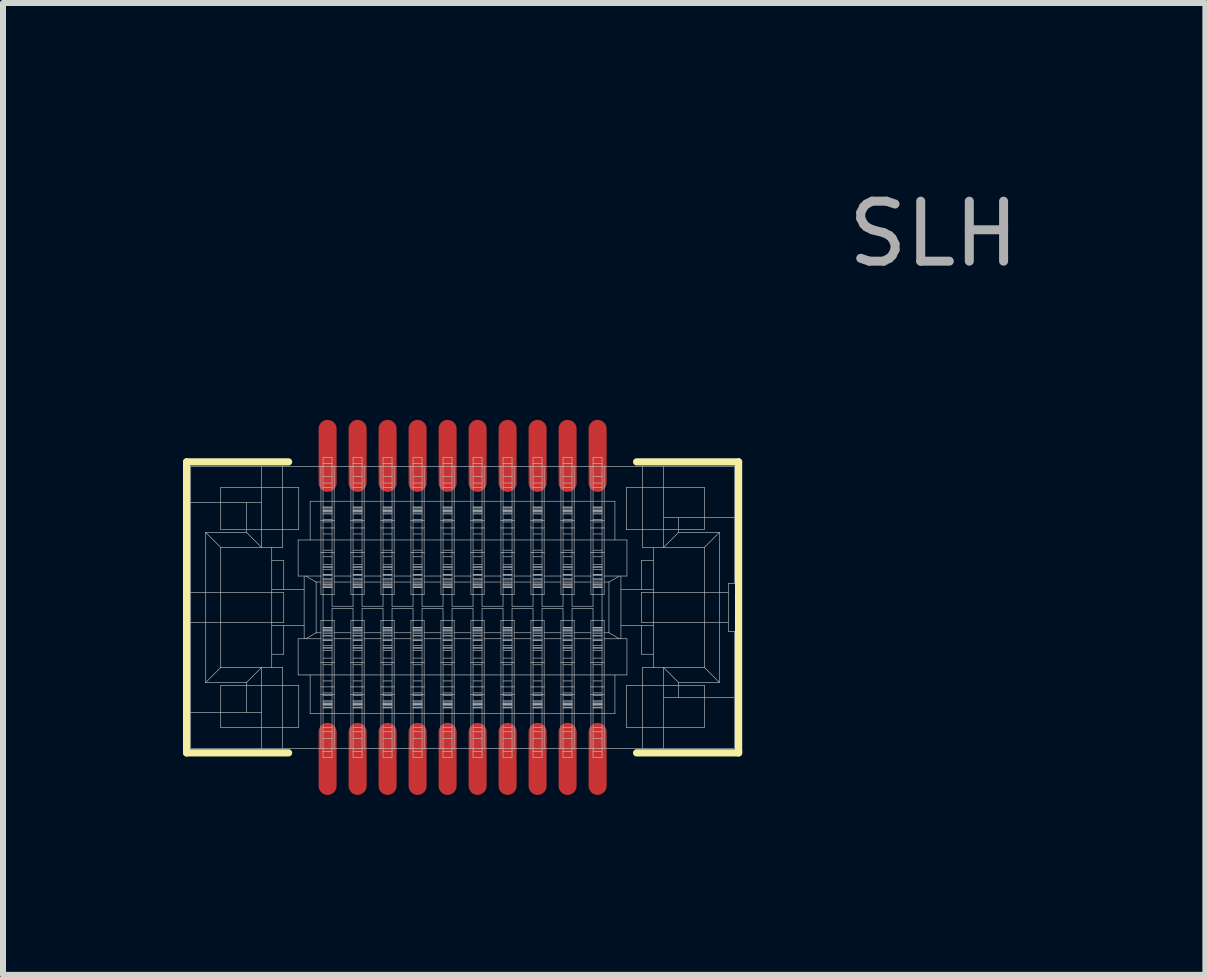
<source format=kicad_pcb>
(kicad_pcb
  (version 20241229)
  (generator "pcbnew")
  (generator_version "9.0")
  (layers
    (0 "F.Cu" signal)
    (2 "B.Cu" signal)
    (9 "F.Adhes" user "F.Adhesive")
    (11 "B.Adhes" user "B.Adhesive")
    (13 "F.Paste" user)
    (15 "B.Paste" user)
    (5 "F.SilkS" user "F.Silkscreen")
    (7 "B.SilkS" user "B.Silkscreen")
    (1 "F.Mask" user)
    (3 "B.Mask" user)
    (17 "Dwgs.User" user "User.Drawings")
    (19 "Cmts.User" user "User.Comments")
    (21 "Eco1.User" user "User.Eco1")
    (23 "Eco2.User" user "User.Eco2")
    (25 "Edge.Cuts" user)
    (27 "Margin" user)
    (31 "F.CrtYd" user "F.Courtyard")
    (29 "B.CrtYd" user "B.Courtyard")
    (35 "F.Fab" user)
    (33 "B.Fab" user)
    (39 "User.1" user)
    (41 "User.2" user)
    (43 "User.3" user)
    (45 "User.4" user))
  (footprint "SLH"
    (layer "F.Cu")
    (at 4.66 7.073)
    (property "Reference" "SLH" (at 7.85 -6.225 0) (layer "F.Fab") (effects (font (size 1 1) (thickness 0.15))))
    (attr through_hole)
    (fp_line (start -4.6 -2.425) (end -2.9 -2.425) (stroke (width 0.12) (type solid)) (layer "F.SilkS"))
    (fp_line (start -4.6 -2.4) (end -4.6 -2.425) (stroke (width 0.12) (type solid)) (layer "F.SilkS"))
    (fp_line (start -4.6 2.425) (end -4.6 -2.4) (stroke (width 0.12) (type solid)) (layer "F.SilkS"))
    (fp_line (start -2.9 2.425) (end -4.6 2.425) (stroke (width 0.12) (type solid)) (layer "F.SilkS"))
    (fp_line (start 2.9 -2.425) (end 4.6 -2.425) (stroke (width 0.12) (type solid)) (layer "F.SilkS"))
    (fp_line (start 4.6 -2.425) (end 4.6 2.4) (stroke (width 0.12) (type solid)) (layer "F.SilkS"))
    (fp_line (start 4.6 2.4) (end 4.6 2.425) (stroke (width 0.12) (type solid)) (layer "F.SilkS"))
    (fp_line (start 4.6 2.425) (end 2.9 2.425) (stroke (width 0.12) (type solid)) (layer "F.SilkS"))
    (fp_line (start -4.531 -0.249) (end -4.031 -0.249) (stroke (width 0.01) (type solid)) (layer "Dwgs.User"))
    (fp_line (start -4.531 0.251) (end -4.031 0.251) (stroke (width 0.01) (type solid)) (layer "Dwgs.User"))
    (fp_line (start -4.531 2.351) (end -4.531 -2.349) (stroke (width 0.01) (type solid)) (layer "Dwgs.User"))
    (fp_line (start -4.281 -1.249) (end -4.281 1.251) (stroke (width 0.01) (type solid)) (layer "Dwgs.User"))
    (fp_line (start -4.281 1.251) (end -3.601 1.251) (stroke (width 0.01) (type solid)) (layer "Dwgs.User"))
    (fp_line (start -4.031 -1.999) (end -4.031 -1.299) (stroke (width 0.01) (type solid)) (layer "Dwgs.User"))
    (fp_line (start -4.031 -1.299) (end -2.731 -1.299) (stroke (width 0.01) (type solid)) (layer "Dwgs.User"))
    (fp_line (start -4.031 -0.249) (end -3.181 -0.249) (stroke (width 0.01) (type solid)) (layer "Dwgs.User"))
    (fp_line (start -4.031 1.001) (end -4.281 1.251) (stroke (width 0.01) (type solid)) (layer "Dwgs.User"))
    (fp_line (start -4.031 1.301) (end -4.031 2.001) (stroke (width 0.01) (type solid)) (layer "Dwgs.User"))
    (fp_line (start -4.031 2.001) (end -2.731 2.001) (stroke (width 0.01) (type solid)) (layer "Dwgs.User"))
    (fp_line (start -4.031 -0.999) (end -4.281 -1.249) (stroke (width 0.01) (type solid)) (layer "Dwgs.User"))
    (fp_line (start -4.031 -0.999) (end -4.031 1.001) (stroke (width 0.01) (type solid)) (layer "Dwgs.User"))
    (fp_line (start -4.031 -0.999) (end -3.001 -0.999) (stroke (width 0.01) (type solid)) (layer "Dwgs.User"))
    (fp_line (start -3.601 -1.749) (end -3.601 -1.249) (stroke (width 0.01) (type solid)) (layer "Dwgs.User"))
    (fp_line (start -3.601 -1.249) (end -4.281 -1.249) (stroke (width 0.01) (type solid)) (layer "Dwgs.User"))
    (fp_line (start -3.601 -1.249) (end -3.351 -0.999) (stroke (width 0.01) (type solid)) (layer "Dwgs.User"))
    (fp_line (start -3.601 1.251) (end -3.601 1.751) (stroke (width 0.01) (type solid)) (layer "Dwgs.User"))
    (fp_line (start -3.351 -1.749) (end -4.531 -1.749) (stroke (width 0.01) (type solid)) (layer "Dwgs.User"))
    (fp_line (start -3.351 -0.999) (end -3.351 -2.349) (stroke (width 0.01) (type solid)) (layer "Dwgs.User"))
    (fp_line (start -3.351 1.001) (end -3.601 1.251) (stroke (width 0.01) (type solid)) (layer "Dwgs.User"))
    (fp_line (start -3.351 1.751) (end -4.531 1.751) (stroke (width 0.01) (type solid)) (layer "Dwgs.User"))
    (fp_line (start -3.351 2.351) (end -3.351 1.001) (stroke (width 0.01) (type solid)) (layer "Dwgs.User"))
    (fp_line (start -3.181 -0.249) (end -2.981 -0.249) (stroke (width 0.01) (type solid)) (layer "Dwgs.User"))
    (fp_line (start -3.181 0.251) (end -2.981 0.251) (stroke (width 0.01) (type solid)) (layer "Dwgs.User"))
    (fp_line (start -3.181 1.001) (end -3.181 -0.999) (stroke (width 0.01) (type solid)) (layer "Dwgs.User"))
    (fp_line (start -3.181 0.251) (end -4.031 0.251) (stroke (width 0.01) (type solid)) (layer "Dwgs.User"))
    (fp_line (start -3.001 -0.999) (end -3.001 -2.349) (stroke (width 0.01) (type solid)) (layer "Dwgs.User"))
    (fp_line (start -3.001 1.001) (end -4.031 1.001) (stroke (width 0.01) (type solid)) (layer "Dwgs.User"))
    (fp_line (start -3.001 2.351) (end -3.001 1.001) (stroke (width 0.01) (type solid)) (layer "Dwgs.User"))
    (fp_line (start -2.981 0.251) (end -2.981 -0.249) (stroke (width 0.01) (type solid)) (layer "Dwgs.User"))
    (fp_line (start -2.981 -0.779) (end -3.181 -0.779) (stroke (width 0.01) (type solid)) (layer "Dwgs.User"))
    (fp_line (start -2.981 -0.299) (end -2.981 -0.779) (stroke (width 0.01) (type solid)) (layer "Dwgs.User"))
    (fp_line (start -2.981 0.781) (end -3.181 0.781) (stroke (width 0.01) (type solid)) (layer "Dwgs.User"))
    (fp_line (start -2.981 0.781) (end -2.981 0.3) (stroke (width 0.01) (type solid)) (layer "Dwgs.User"))
    (fp_line (start -2.741 -1.124) (end -2.741 -0.522) (stroke (width 0.01) (type solid)) (layer "Dwgs.User"))
    (fp_line (start -2.741 0.523) (end -2.741 1.126) (stroke (width 0.01) (type solid)) (layer "Dwgs.User"))
    (fp_line (start -2.741 1.126) (end 2.739 1.126) (stroke (width 0.01) (type solid)) (layer "Dwgs.User"))
    (fp_line (start -2.731 -1.999) (end -4.031 -1.999) (stroke (width 0.01) (type solid)) (layer "Dwgs.User"))
    (fp_line (start -2.731 -1.299) (end -2.731 -1.999) (stroke (width 0.01) (type solid)) (layer "Dwgs.User"))
    (fp_line (start -2.731 1.301) (end -4.031 1.301) (stroke (width 0.01) (type solid)) (layer "Dwgs.User"))
    (fp_line (start -2.731 2.001) (end -2.731 1.301) (stroke (width 0.01) (type solid)) (layer "Dwgs.User"))
    (fp_line (start -2.641 -0.299) (end -3.181 -0.299) (stroke (width 0.01) (type solid)) (layer "Dwgs.User"))
    (fp_line (start -2.641 0.3) (end -3.181 0.301) (stroke (width 0.01) (type solid)) (layer "Dwgs.User"))
    (fp_line (start -2.641 0.523) (end -2.641 -0.522) (stroke (width 0.01) (type solid)) (layer "Dwgs.User"))
    (fp_line (start -2.614 -0.522) (end -2.441 -0.422) (stroke (width 0.01) (type solid)) (layer "Dwgs.User"))
    (fp_line (start -2.541 -1.769) (end -2.541 -1.124) (stroke (width 0.01) (type solid)) (layer "Dwgs.User"))
    (fp_line (start -2.541 1.126) (end -2.541 1.771) (stroke (width 0.01) (type solid)) (layer "Dwgs.User"))
    (fp_line (start -2.441 0.423) (end -2.614 0.523) (stroke (width 0.01) (type solid)) (layer "Dwgs.User"))
    (fp_line (start -2.441 0.423) (end -2.441 -0.422) (stroke (width 0.01) (type solid)) (layer "Dwgs.User"))
    (fp_line (start -2.361 -1.449) (end -2.361 -2.349) (stroke (width 0.01) (type solid)) (layer "Dwgs.User"))
    (fp_line (start -2.361 -0.914) (end -2.361 -1.324) (stroke (width 0.01) (type solid)) (layer "Dwgs.User"))
    (fp_line (start -2.361 -0.214) (end -2.141 -0.214) (stroke (width 0.01) (type solid)) (layer "Dwgs.User"))
    (fp_line (start -2.361 1.325) (end -2.361 1.45) (stroke (width 0.01) (type solid)) (layer "Dwgs.User"))
    (fp_line (start -2.361 1.45) (end -2.141 1.45) (stroke (width 0.01) (type solid)) (layer "Dwgs.User"))
    (fp_line (start -2.361 -1.449) (end -2.361 -1.324) (stroke (width 0.01) (type solid)) (layer "Dwgs.User"))
    (fp_line (start -2.361 -1.324) (end -2.141 -1.324) (stroke (width 0.01) (type solid)) (layer "Dwgs.User"))
    (fp_line (start -2.361 -0.914) (end -2.361 -0.214) (stroke (width 0.01) (type solid)) (layer "Dwgs.User"))
    (fp_line (start -2.361 -0.522) (end -2.741 -0.522) (stroke (width 0.01) (type solid)) (layer "Dwgs.User"))
    (fp_line (start -2.361 -0.422) (end -2.441 -0.422) (stroke (width 0.01) (type solid)) (layer "Dwgs.User"))
    (fp_line (start -2.361 0.215) (end -2.361 0.916) (stroke (width 0.01) (type solid)) (layer "Dwgs.User"))
    (fp_line (start -2.361 0.423) (end -2.441 0.423) (stroke (width 0.01) (type solid)) (layer "Dwgs.User"))
    (fp_line (start -2.361 0.523) (end -2.741 0.523) (stroke (width 0.01) (type solid)) (layer "Dwgs.User"))
    (fp_line (start -2.361 0.916) (end -2.141 0.916) (stroke (width 0.01) (type solid)) (layer "Dwgs.User"))
    (fp_line (start -2.361 1.325) (end -2.361 0.916) (stroke (width 0.01) (type solid)) (layer "Dwgs.User"))
    (fp_line (start -2.361 2.351) (end -2.361 1.45) (stroke (width 0.01) (type solid)) (layer "Dwgs.User"))
    (fp_line (start -2.326 -2.499) (end -2.326 -2.349) (stroke (width 0.01) (type solid)) (layer "Dwgs.User"))
    (fp_line (start -2.326 -2.349) (end -2.326 -1.449) (stroke (width 0.01) (type solid)) (layer "Dwgs.User"))
    (fp_line (start -2.326 -1.574) (end -2.176 -1.574) (stroke (width 0.01) (type solid)) (layer "Dwgs.User"))
    (fp_line (start -2.326 -1.449) (end -2.326 -1.324) (stroke (width 0.01) (type solid)) (layer "Dwgs.User"))
    (fp_line (start -2.326 -0.914) (end -2.326 -1.324) (stroke (width 0.01) (type solid)) (layer "Dwgs.User"))
    (fp_line (start -2.326 -0.914) (end -2.326 -0.214) (stroke (width 0.01) (type solid)) (layer "Dwgs.User"))
    (fp_line (start -2.326 -0.544) (end -2.176 -0.544) (stroke (width 0.01) (type solid)) (layer "Dwgs.User"))
    (fp_line (start -2.326 -0.374) (end -2.176 -0.374) (stroke (width 0.01) (type solid)) (layer "Dwgs.User"))
    (fp_line (start -2.326 -0.214) (end -2.326 0.215) (stroke (width 0.01) (type solid)) (layer "Dwgs.User"))
    (fp_line (start -2.326 0.215) (end -2.326 0.916) (stroke (width 0.01) (type solid)) (layer "Dwgs.User"))
    (fp_line (start -2.326 0.476) (end -2.176 0.476) (stroke (width 0.01) (type solid)) (layer "Dwgs.User"))
    (fp_line (start -2.326 0.716) (end -2.176 0.716) (stroke (width 0.01) (type solid)) (layer "Dwgs.User"))
    (fp_line (start -2.326 1.326) (end -2.326 0.916) (stroke (width 0.01) (type solid)) (layer "Dwgs.User"))
    (fp_line (start -2.326 1.326) (end -2.326 1.45) (stroke (width 0.01) (type solid)) (layer "Dwgs.User"))
    (fp_line (start -2.326 1.45) (end -2.326 2.351) (stroke (width 0.01) (type solid)) (layer "Dwgs.User"))
    (fp_line (start -2.326 1.616) (end -2.176 1.616) (stroke (width 0.01) (type solid)) (layer "Dwgs.User"))
    (fp_line (start -2.326 1.666) (end -2.176 1.666) (stroke (width 0.01) (type solid)) (layer "Dwgs.User"))
    (fp_line (start -2.326 2.351) (end -2.326 2.501) (stroke (width 0.01) (type solid)) (layer "Dwgs.User"))
    (fp_line (start -2.176 -2.499) (end -2.326 -2.499) (stroke (width 0.01) (type solid)) (layer "Dwgs.User"))
    (fp_line (start -2.176 -2.399) (end -2.326 -2.399) (stroke (width 0.01) (type solid)) (layer "Dwgs.User"))
    (fp_line (start -2.176 -2.349) (end -2.176 -2.499) (stroke (width 0.01) (type solid)) (layer "Dwgs.User"))
    (fp_line (start -2.176 -2.185) (end -2.326 -2.185) (stroke (width 0.01) (type solid)) (layer "Dwgs.User"))
    (fp_line (start -2.176 -2.072) (end -2.326 -2.072) (stroke (width 0.01) (type solid)) (layer "Dwgs.User"))
    (fp_line (start -2.176 -1.998) (end -2.326 -1.998) (stroke (width 0.01) (type solid)) (layer "Dwgs.User"))
    (fp_line (start -2.176 -1.674) (end -2.326 -1.674) (stroke (width 0.01) (type solid)) (layer "Dwgs.User"))
    (fp_line (start -2.176 -1.664) (end -2.326 -1.664) (stroke (width 0.01) (type solid)) (layer "Dwgs.User"))
    (fp_line (start -2.176 -1.641) (end -2.326 -1.641) (stroke (width 0.01) (type solid)) (layer "Dwgs.User"))
    (fp_line (start -2.176 -1.622) (end -2.326 -1.622) (stroke (width 0.01) (type solid)) (layer "Dwgs.User"))
    (fp_line (start -2.176 -1.615) (end -2.326 -1.615) (stroke (width 0.01) (type solid)) (layer "Dwgs.User"))
    (fp_line (start -2.176 -1.606) (end -2.326 -1.606) (stroke (width 0.01) (type solid)) (layer "Dwgs.User"))
    (fp_line (start -2.176 -1.596) (end -2.326 -1.596) (stroke (width 0.01) (type solid)) (layer "Dwgs.User"))
    (fp_line (start -2.176 -1.557) (end -2.326 -1.557) (stroke (width 0.01) (type solid)) (layer "Dwgs.User"))
    (fp_line (start -2.176 -1.467) (end -2.326 -1.467) (stroke (width 0.01) (type solid)) (layer "Dwgs.User"))
    (fp_line (start -2.176 -1.449) (end -2.176 -2.349) (stroke (width 0.01) (type solid)) (layer "Dwgs.User"))
    (fp_line (start -2.176 -1.424) (end -2.326 -1.424) (stroke (width 0.01) (type solid)) (layer "Dwgs.User"))
    (fp_line (start -2.176 -1.324) (end -2.176 -1.449) (stroke (width 0.01) (type solid)) (layer "Dwgs.User"))
    (fp_line (start -2.176 -1.324) (end -2.176 -0.914) (stroke (width 0.01) (type solid)) (layer "Dwgs.User"))
    (fp_line (start -2.176 -1.224) (end -2.326 -1.224) (stroke (width 0.01) (type solid)) (layer "Dwgs.User"))
    (fp_line (start -2.176 -0.954) (end -2.326 -0.954) (stroke (width 0.01) (type solid)) (layer "Dwgs.User"))
    (fp_line (start -2.176 -0.843) (end -2.326 -0.843) (stroke (width 0.01) (type solid)) (layer "Dwgs.User"))
    (fp_line (start -2.176 -0.714) (end -2.326 -0.714) (stroke (width 0.01) (type solid)) (layer "Dwgs.User"))
    (fp_line (start -2.176 -0.679) (end -2.326 -0.679) (stroke (width 0.01) (type solid)) (layer "Dwgs.User"))
    (fp_line (start -2.176 -0.668) (end -2.326 -0.668) (stroke (width 0.01) (type solid)) (layer "Dwgs.User"))
    (fp_line (start -2.176 -0.632) (end -2.326 -0.632) (stroke (width 0.01) (type solid)) (layer "Dwgs.User"))
    (fp_line (start -2.176 -0.547) (end -2.326 -0.547) (stroke (width 0.01) (type solid)) (layer "Dwgs.User"))
    (fp_line (start -2.176 -0.528) (end -2.326 -0.528) (stroke (width 0.01) (type solid)) (layer "Dwgs.User"))
    (fp_line (start -2.176 -0.474) (end -2.326 -0.474) (stroke (width 0.01) (type solid)) (layer "Dwgs.User"))
    (fp_line (start -2.176 -0.472) (end -2.326 -0.472) (stroke (width 0.01) (type solid)) (layer "Dwgs.User"))
    (fp_line (start -2.176 -0.439) (end -2.326 -0.439) (stroke (width 0.01) (type solid)) (layer "Dwgs.User"))
    (fp_line (start -2.176 -0.41) (end -2.326 -0.41) (stroke (width 0.01) (type solid)) (layer "Dwgs.User"))
    (fp_line (start -2.176 -0.39) (end -2.326 -0.39) (stroke (width 0.01) (type solid)) (layer "Dwgs.User"))
    (fp_line (start -2.176 -0.375) (end -2.326 -0.375) (stroke (width 0.01) (type solid)) (layer "Dwgs.User"))
    (fp_line (start -2.176 -0.344) (end -2.326 -0.344) (stroke (width 0.01) (type solid)) (layer "Dwgs.User"))
    (fp_line (start -2.176 -0.332) (end -2.326 -0.332) (stroke (width 0.01) (type solid)) (layer "Dwgs.User"))
    (fp_line (start -2.176 -0.331) (end -2.326 -0.331) (stroke (width 0.01) (type solid)) (layer "Dwgs.User"))
    (fp_line (start -2.176 -0.214) (end -2.176 -0.914) (stroke (width 0.01) (type solid)) (layer "Dwgs.User"))
    (fp_line (start -2.176 -0.019) (end -2.176 -0.214) (stroke (width 0.01) (type solid)) (layer "Dwgs.User"))
    (fp_line (start -2.176 0.021) (end -1.826 0.021) (stroke (width 0.01) (type solid)) (layer "Dwgs.User"))
    (fp_line (start -2.176 0.215) (end -2.176 0.021) (stroke (width 0.01) (type solid)) (layer "Dwgs.User"))
    (fp_line (start -2.176 0.333) (end -2.326 0.333) (stroke (width 0.01) (type solid)) (layer "Dwgs.User"))
    (fp_line (start -2.176 0.333) (end -2.326 0.333) (stroke (width 0.01) (type solid)) (layer "Dwgs.User"))
    (fp_line (start -2.176 0.345) (end -2.326 0.345) (stroke (width 0.01) (type solid)) (layer "Dwgs.User"))
    (fp_line (start -2.176 0.376) (end -2.326 0.376) (stroke (width 0.01) (type solid)) (layer "Dwgs.User"))
    (fp_line (start -2.176 0.376) (end -2.326 0.376) (stroke (width 0.01) (type solid)) (layer "Dwgs.User"))
    (fp_line (start -2.176 0.391) (end -2.326 0.391) (stroke (width 0.01) (type solid)) (layer "Dwgs.User"))
    (fp_line (start -2.176 0.411) (end -2.326 0.411) (stroke (width 0.01) (type solid)) (layer "Dwgs.User"))
    (fp_line (start -2.176 0.44) (end -2.326 0.44) (stroke (width 0.01) (type solid)) (layer "Dwgs.User"))
    (fp_line (start -2.176 0.473) (end -2.326 0.473) (stroke (width 0.01) (type solid)) (layer "Dwgs.User"))
    (fp_line (start -2.176 0.529) (end -2.326 0.529) (stroke (width 0.01) (type solid)) (layer "Dwgs.User"))
    (fp_line (start -2.176 0.546) (end -2.326 0.546) (stroke (width 0.01) (type solid)) (layer "Dwgs.User"))
    (fp_line (start -2.176 0.548) (end -2.326 0.548) (stroke (width 0.01) (type solid)) (layer "Dwgs.User"))
    (fp_line (start -2.176 0.633) (end -2.326 0.633) (stroke (width 0.01) (type solid)) (layer "Dwgs.User"))
    (fp_line (start -2.176 0.669) (end -2.326 0.669) (stroke (width 0.01) (type solid)) (layer "Dwgs.User"))
    (fp_line (start -2.176 0.68) (end -2.326 0.68) (stroke (width 0.01) (type solid)) (layer "Dwgs.User"))
    (fp_line (start -2.176 0.845) (end -2.326 0.845) (stroke (width 0.01) (type solid)) (layer "Dwgs.User"))
    (fp_line (start -2.176 0.916) (end -2.176 0.215) (stroke (width 0.01) (type solid)) (layer "Dwgs.User"))
    (fp_line (start -2.176 0.916) (end -2.176 1.326) (stroke (width 0.01) (type solid)) (layer "Dwgs.User"))
    (fp_line (start -2.176 0.956) (end -2.326 0.956) (stroke (width 0.01) (type solid)) (layer "Dwgs.User"))
    (fp_line (start -2.176 1.226) (end -2.326 1.226) (stroke (width 0.01) (type solid)) (layer "Dwgs.User"))
    (fp_line (start -2.176 1.426) (end -2.326 1.426) (stroke (width 0.01) (type solid)) (layer "Dwgs.User"))
    (fp_line (start -2.176 1.45) (end -2.176 1.326) (stroke (width 0.01) (type solid)) (layer "Dwgs.User"))
    (fp_line (start -2.176 1.468) (end -2.326 1.468) (stroke (width 0.01) (type solid)) (layer "Dwgs.User"))
    (fp_line (start -2.176 1.558) (end -2.326 1.558) (stroke (width 0.01) (type solid)) (layer "Dwgs.User"))
    (fp_line (start -2.176 1.576) (end -2.326 1.576) (stroke (width 0.01) (type solid)) (layer "Dwgs.User"))
    (fp_line (start -2.176 1.597) (end -2.326 1.597) (stroke (width 0.01) (type solid)) (layer "Dwgs.User"))
    (fp_line (start -2.176 1.607) (end -2.326 1.607) (stroke (width 0.01) (type solid)) (layer "Dwgs.User"))
    (fp_line (start -2.176 1.623) (end -2.326 1.623) (stroke (width 0.01) (type solid)) (layer "Dwgs.User"))
    (fp_line (start -2.176 1.642) (end -2.326 1.642) (stroke (width 0.01) (type solid)) (layer "Dwgs.User"))
    (fp_line (start -2.176 1.676) (end -2.326 1.676) (stroke (width 0.01) (type solid)) (layer "Dwgs.User"))
    (fp_line (start -2.176 1.999) (end -2.326 1.999) (stroke (width 0.01) (type solid)) (layer "Dwgs.User"))
    (fp_line (start -2.176 2.073) (end -2.326 2.073) (stroke (width 0.01) (type solid)) (layer "Dwgs.User"))
    (fp_line (start -2.176 2.186) (end -2.326 2.186) (stroke (width 0.01) (type solid)) (layer "Dwgs.User"))
    (fp_line (start -2.176 2.351) (end -2.176 1.45) (stroke (width 0.01) (type solid)) (layer "Dwgs.User"))
    (fp_line (start -2.176 2.401) (end -2.326 2.401) (stroke (width 0.01) (type solid)) (layer "Dwgs.User"))
    (fp_line (start -2.176 2.501) (end -2.326 2.501) (stroke (width 0.01) (type solid)) (layer "Dwgs.User"))
    (fp_line (start -2.176 2.501) (end -2.176 2.351) (stroke (width 0.01) (type solid)) (layer "Dwgs.User"))
    (fp_line (start -2.141 -2.349) (end -2.141 -1.449) (stroke (width 0.01) (type solid)) (layer "Dwgs.User"))
    (fp_line (start -2.141 -1.449) (end -2.361 -1.449) (stroke (width 0.01) (type solid)) (layer "Dwgs.User"))
    (fp_line (start -2.141 -1.324) (end -2.141 -1.449) (stroke (width 0.01) (type solid)) (layer "Dwgs.User"))
    (fp_line (start -2.141 -1.324) (end -2.141 -0.914) (stroke (width 0.01) (type solid)) (layer "Dwgs.User"))
    (fp_line (start -2.141 -0.914) (end -2.361 -0.914) (stroke (width 0.01) (type solid)) (layer "Dwgs.User"))
    (fp_line (start -2.141 -0.214) (end -2.141 -0.914) (stroke (width 0.01) (type solid)) (layer "Dwgs.User"))
    (fp_line (start -2.141 0.215) (end -2.361 0.215) (stroke (width 0.01) (type solid)) (layer "Dwgs.User"))
    (fp_line (start -2.141 0.916) (end -2.141 0.215) (stroke (width 0.01) (type solid)) (layer "Dwgs.User"))
    (fp_line (start -2.141 0.916) (end -2.141 1.325) (stroke (width 0.01) (type solid)) (layer "Dwgs.User"))
    (fp_line (start -2.141 1.325) (end -2.361 1.325) (stroke (width 0.01) (type solid)) (layer "Dwgs.User"))
    (fp_line (start -2.141 1.45) (end -2.141 1.325) (stroke (width 0.01) (type solid)) (layer "Dwgs.User"))
    (fp_line (start -2.141 1.45) (end -2.141 2.351) (stroke (width 0.01) (type solid)) (layer "Dwgs.User"))
    (fp_line (start -1.861 -1.449) (end -1.861 -2.349) (stroke (width 0.01) (type solid)) (layer "Dwgs.User"))
    (fp_line (start -1.861 -0.914) (end -1.861 -1.324) (stroke (width 0.01) (type solid)) (layer "Dwgs.User"))
    (fp_line (start -1.861 1.325) (end -1.861 1.45) (stroke (width 0.01) (type solid)) (layer "Dwgs.User"))
    (fp_line (start -1.861 1.45) (end -1.641 1.45) (stroke (width 0.01) (type solid)) (layer "Dwgs.User"))
    (fp_line (start -1.861 -1.449) (end -1.861 -1.324) (stroke (width 0.01) (type solid)) (layer "Dwgs.User"))
    (fp_line (start -1.861 -1.324) (end -1.641 -1.324) (stroke (width 0.01) (type solid)) (layer "Dwgs.User"))
    (fp_line (start -1.861 -0.914) (end -1.861 -0.214) (stroke (width 0.01) (type solid)) (layer "Dwgs.User"))
    (fp_line (start -1.861 -0.522) (end -2.141 -0.522) (stroke (width 0.01) (type solid)) (layer "Dwgs.User"))
    (fp_line (start -1.861 -0.422) (end -2.141 -0.422) (stroke (width 0.01) (type solid)) (layer "Dwgs.User"))
    (fp_line (start -1.861 -0.214) (end -1.641 -0.214) (stroke (width 0.01) (type solid)) (layer "Dwgs.User"))
    (fp_line (start -1.861 0.215) (end -1.861 0.916) (stroke (width 0.01) (type solid)) (layer "Dwgs.User"))
    (fp_line (start -1.861 0.423) (end -2.141 0.423) (stroke (width 0.01) (type solid)) (layer "Dwgs.User"))
    (fp_line (start -1.861 0.523) (end -2.141 0.523) (stroke (width 0.01) (type solid)) (layer "Dwgs.User"))
    (fp_line (start -1.861 0.916) (end -1.641 0.916) (stroke (width 0.01) (type solid)) (layer "Dwgs.User"))
    (fp_line (start -1.861 1.325) (end -1.861 0.916) (stroke (width 0.01) (type solid)) (layer "Dwgs.User"))
    (fp_line (start -1.861 2.351) (end -1.861 1.45) (stroke (width 0.01) (type solid)) (layer "Dwgs.User"))
    (fp_line (start -1.826 -2.499) (end -1.826 -2.349) (stroke (width 0.01) (type solid)) (layer "Dwgs.User"))
    (fp_line (start -1.826 -2.349) (end -1.826 -1.449) (stroke (width 0.01) (type solid)) (layer "Dwgs.User"))
    (fp_line (start -1.826 -1.574) (end -1.676 -1.574) (stroke (width 0.01) (type solid)) (layer "Dwgs.User"))
    (fp_line (start -1.826 -1.449) (end -1.826 -1.324) (stroke (width 0.01) (type solid)) (layer "Dwgs.User"))
    (fp_line (start -1.826 -0.914) (end -1.826 -1.324) (stroke (width 0.01) (type solid)) (layer "Dwgs.User"))
    (fp_line (start -1.826 -0.914) (end -1.826 -0.214) (stroke (width 0.01) (type solid)) (layer "Dwgs.User"))
    (fp_line (start -1.826 -0.544) (end -1.676 -0.544) (stroke (width 0.01) (type solid)) (layer "Dwgs.User"))
    (fp_line (start -1.826 -0.374) (end -1.676 -0.374) (stroke (width 0.01) (type solid)) (layer "Dwgs.User"))
    (fp_line (start -1.826 -0.214) (end -1.826 -0.019) (stroke (width 0.01) (type solid)) (layer "Dwgs.User"))
    (fp_line (start -1.826 -0.019) (end -2.176 -0.019) (stroke (width 0.01) (type solid)) (layer "Dwgs.User"))
    (fp_line (start -1.826 0.021) (end -1.826 0.215) (stroke (width 0.01) (type solid)) (layer "Dwgs.User"))
    (fp_line (start -1.826 0.215) (end -1.826 0.916) (stroke (width 0.01) (type solid)) (layer "Dwgs.User"))
    (fp_line (start -1.826 0.476) (end -1.676 0.476) (stroke (width 0.01) (type solid)) (layer "Dwgs.User"))
    (fp_line (start -1.826 0.716) (end -1.676 0.716) (stroke (width 0.01) (type solid)) (layer "Dwgs.User"))
    (fp_line (start -1.826 1.326) (end -1.826 0.916) (stroke (width 0.01) (type solid)) (layer "Dwgs.User"))
    (fp_line (start -1.826 1.326) (end -1.826 1.45) (stroke (width 0.01) (type solid)) (layer "Dwgs.User"))
    (fp_line (start -1.826 1.45) (end -1.826 2.351) (stroke (width 0.01) (type solid)) (layer "Dwgs.User"))
    (fp_line (start -1.826 1.616) (end -1.676 1.616) (stroke (width 0.01) (type solid)) (layer "Dwgs.User"))
    (fp_line (start -1.826 1.666) (end -1.676 1.666) (stroke (width 0.01) (type solid)) (layer "Dwgs.User"))
    (fp_line (start -1.826 2.351) (end -1.826 2.501) (stroke (width 0.01) (type solid)) (layer "Dwgs.User"))
    (fp_line (start -1.676 -2.499) (end -1.826 -2.499) (stroke (width 0.01) (type solid)) (layer "Dwgs.User"))
    (fp_line (start -1.676 -2.399) (end -1.826 -2.399) (stroke (width 0.01) (type solid)) (layer "Dwgs.User"))
    (fp_line (start -1.676 -2.349) (end -1.676 -2.499) (stroke (width 0.01) (type solid)) (layer "Dwgs.User"))
    (fp_line (start -1.676 -2.185) (end -1.826 -2.185) (stroke (width 0.01) (type solid)) (layer "Dwgs.User"))
    (fp_line (start -1.676 -2.072) (end -1.826 -2.072) (stroke (width 0.01) (type solid)) (layer "Dwgs.User"))
    (fp_line (start -1.676 -1.998) (end -1.826 -1.998) (stroke (width 0.01) (type solid)) (layer "Dwgs.User"))
    (fp_line (start -1.676 -1.674) (end -1.826 -1.674) (stroke (width 0.01) (type solid)) (layer "Dwgs.User"))
    (fp_line (start -1.676 -1.664) (end -1.826 -1.664) (stroke (width 0.01) (type solid)) (layer "Dwgs.User"))
    (fp_line (start -1.676 -1.641) (end -1.826 -1.641) (stroke (width 0.01) (type solid)) (layer "Dwgs.User"))
    (fp_line (start -1.676 -1.622) (end -1.826 -1.622) (stroke (width 0.01) (type solid)) (layer "Dwgs.User"))
    (fp_line (start -1.676 -1.615) (end -1.826 -1.615) (stroke (width 0.01) (type solid)) (layer "Dwgs.User"))
    (fp_line (start -1.676 -1.606) (end -1.826 -1.606) (stroke (width 0.01) (type solid)) (layer "Dwgs.User"))
    (fp_line (start -1.676 -1.596) (end -1.826 -1.596) (stroke (width 0.01) (type solid)) (layer "Dwgs.User"))
    (fp_line (start -1.676 -1.557) (end -1.826 -1.557) (stroke (width 0.01) (type solid)) (layer "Dwgs.User"))
    (fp_line (start -1.676 -1.467) (end -1.826 -1.467) (stroke (width 0.01) (type solid)) (layer "Dwgs.User"))
    (fp_line (start -1.676 -1.449) (end -1.676 -2.349) (stroke (width 0.01) (type solid)) (layer "Dwgs.User"))
    (fp_line (start -1.676 -1.424) (end -1.826 -1.424) (stroke (width 0.01) (type solid)) (layer "Dwgs.User"))
    (fp_line (start -1.676 -1.324) (end -1.676 -1.449) (stroke (width 0.01) (type solid)) (layer "Dwgs.User"))
    (fp_line (start -1.676 -1.324) (end -1.676 -0.914) (stroke (width 0.01) (type solid)) (layer "Dwgs.User"))
    (fp_line (start -1.676 -1.224) (end -1.826 -1.224) (stroke (width 0.01) (type solid)) (layer "Dwgs.User"))
    (fp_line (start -1.676 -0.954) (end -1.826 -0.954) (stroke (width 0.01) (type solid)) (layer "Dwgs.User"))
    (fp_line (start -1.676 -0.843) (end -1.826 -0.843) (stroke (width 0.01) (type solid)) (layer "Dwgs.User"))
    (fp_line (start -1.676 -0.714) (end -1.826 -0.714) (stroke (width 0.01) (type solid)) (layer "Dwgs.User"))
    (fp_line (start -1.676 -0.679) (end -1.826 -0.679) (stroke (width 0.01) (type solid)) (layer "Dwgs.User"))
    (fp_line (start -1.676 -0.668) (end -1.826 -0.668) (stroke (width 0.01) (type solid)) (layer "Dwgs.User"))
    (fp_line (start -1.676 -0.632) (end -1.826 -0.632) (stroke (width 0.01) (type solid)) (layer "Dwgs.User"))
    (fp_line (start -1.676 -0.547) (end -1.826 -0.547) (stroke (width 0.01) (type solid)) (layer "Dwgs.User"))
    (fp_line (start -1.676 -0.528) (end -1.826 -0.528) (stroke (width 0.01) (type solid)) (layer "Dwgs.User"))
    (fp_line (start -1.676 -0.474) (end -1.826 -0.474) (stroke (width 0.01) (type solid)) (layer "Dwgs.User"))
    (fp_line (start -1.676 -0.472) (end -1.826 -0.472) (stroke (width 0.01) (type solid)) (layer "Dwgs.User"))
    (fp_line (start -1.676 -0.439) (end -1.826 -0.439) (stroke (width 0.01) (type solid)) (layer "Dwgs.User"))
    (fp_line (start -1.676 -0.41) (end -1.826 -0.41) (stroke (width 0.01) (type solid)) (layer "Dwgs.User"))
    (fp_line (start -1.676 -0.39) (end -1.826 -0.39) (stroke (width 0.01) (type solid)) (layer "Dwgs.User"))
    (fp_line (start -1.676 -0.375) (end -1.826 -0.375) (stroke (width 0.01) (type solid)) (layer "Dwgs.User"))
    (fp_line (start -1.676 -0.344) (end -1.826 -0.344) (stroke (width 0.01) (type solid)) (layer "Dwgs.User"))
    (fp_line (start -1.676 -0.332) (end -1.826 -0.332) (stroke (width 0.01) (type solid)) (layer "Dwgs.User"))
    (fp_line (start -1.676 -0.331) (end -1.826 -0.331) (stroke (width 0.01) (type solid)) (layer "Dwgs.User"))
    (fp_line (start -1.676 -0.214) (end -1.676 -0.914) (stroke (width 0.01) (type solid)) (layer "Dwgs.User"))
    (fp_line (start -1.676 -0.019) (end -1.676 -0.214) (stroke (width 0.01) (type solid)) (layer "Dwgs.User"))
    (fp_line (start -1.676 0.021) (end -1.326 0.021) (stroke (width 0.01) (type solid)) (layer "Dwgs.User"))
    (fp_line (start -1.676 0.215) (end -1.676 0.021) (stroke (width 0.01) (type solid)) (layer "Dwgs.User"))
    (fp_line (start -1.676 0.333) (end -1.826 0.333) (stroke (width 0.01) (type solid)) (layer "Dwgs.User"))
    (fp_line (start -1.676 0.333) (end -1.826 0.333) (stroke (width 0.01) (type solid)) (layer "Dwgs.User"))
    (fp_line (start -1.676 0.345) (end -1.826 0.345) (stroke (width 0.01) (type solid)) (layer "Dwgs.User"))
    (fp_line (start -1.676 0.376) (end -1.826 0.376) (stroke (width 0.01) (type solid)) (layer "Dwgs.User"))
    (fp_line (start -1.676 0.376) (end -1.826 0.376) (stroke (width 0.01) (type solid)) (layer "Dwgs.User"))
    (fp_line (start -1.676 0.391) (end -1.826 0.391) (stroke (width 0.01) (type solid)) (layer "Dwgs.User"))
    (fp_line (start -1.676 0.411) (end -1.826 0.411) (stroke (width 0.01) (type solid)) (layer "Dwgs.User"))
    (fp_line (start -1.676 0.44) (end -1.826 0.44) (stroke (width 0.01) (type solid)) (layer "Dwgs.User"))
    (fp_line (start -1.676 0.473) (end -1.826 0.473) (stroke (width 0.01) (type solid)) (layer "Dwgs.User"))
    (fp_line (start -1.676 0.529) (end -1.826 0.529) (stroke (width 0.01) (type solid)) (layer "Dwgs.User"))
    (fp_line (start -1.676 0.546) (end -1.826 0.546) (stroke (width 0.01) (type solid)) (layer "Dwgs.User"))
    (fp_line (start -1.676 0.548) (end -1.826 0.548) (stroke (width 0.01) (type solid)) (layer "Dwgs.User"))
    (fp_line (start -1.676 0.633) (end -1.826 0.633) (stroke (width 0.01) (type solid)) (layer "Dwgs.User"))
    (fp_line (start -1.676 0.669) (end -1.826 0.669) (stroke (width 0.01) (type solid)) (layer "Dwgs.User"))
    (fp_line (start -1.676 0.68) (end -1.826 0.68) (stroke (width 0.01) (type solid)) (layer "Dwgs.User"))
    (fp_line (start -1.676 0.845) (end -1.826 0.845) (stroke (width 0.01) (type solid)) (layer "Dwgs.User"))
    (fp_line (start -1.676 0.916) (end -1.676 0.215) (stroke (width 0.01) (type solid)) (layer "Dwgs.User"))
    (fp_line (start -1.676 0.916) (end -1.676 1.326) (stroke (width 0.01) (type solid)) (layer "Dwgs.User"))
    (fp_line (start -1.676 0.956) (end -1.826 0.956) (stroke (width 0.01) (type solid)) (layer "Dwgs.User"))
    (fp_line (start -1.676 1.226) (end -1.826 1.226) (stroke (width 0.01) (type solid)) (layer "Dwgs.User"))
    (fp_line (start -1.676 1.426) (end -1.826 1.426) (stroke (width 0.01) (type solid)) (layer "Dwgs.User"))
    (fp_line (start -1.676 1.45) (end -1.676 1.326) (stroke (width 0.01) (type solid)) (layer "Dwgs.User"))
    (fp_line (start -1.676 1.468) (end -1.826 1.468) (stroke (width 0.01) (type solid)) (layer "Dwgs.User"))
    (fp_line (start -1.676 1.558) (end -1.826 1.558) (stroke (width 0.01) (type solid)) (layer "Dwgs.User"))
    (fp_line (start -1.676 1.576) (end -1.826 1.576) (stroke (width 0.01) (type solid)) (layer "Dwgs.User"))
    (fp_line (start -1.676 1.597) (end -1.826 1.597) (stroke (width 0.01) (type solid)) (layer "Dwgs.User"))
    (fp_line (start -1.676 1.607) (end -1.826 1.607) (stroke (width 0.01) (type solid)) (layer "Dwgs.User"))
    (fp_line (start -1.676 1.623) (end -1.826 1.623) (stroke (width 0.01) (type solid)) (layer "Dwgs.User"))
    (fp_line (start -1.676 1.642) (end -1.826 1.642) (stroke (width 0.01) (type solid)) (layer "Dwgs.User"))
    (fp_line (start -1.676 1.676) (end -1.826 1.676) (stroke (width 0.01) (type solid)) (layer "Dwgs.User"))
    (fp_line (start -1.676 1.999) (end -1.826 1.999) (stroke (width 0.01) (type solid)) (layer "Dwgs.User"))
    (fp_line (start -1.676 2.073) (end -1.826 2.073) (stroke (width 0.01) (type solid)) (layer "Dwgs.User"))
    (fp_line (start -1.676 2.186) (end -1.826 2.186) (stroke (width 0.01) (type solid)) (layer "Dwgs.User"))
    (fp_line (start -1.676 2.351) (end -1.676 1.45) (stroke (width 0.01) (type solid)) (layer "Dwgs.User"))
    (fp_line (start -1.676 2.401) (end -1.826 2.401) (stroke (width 0.01) (type solid)) (layer "Dwgs.User"))
    (fp_line (start -1.676 2.501) (end -1.826 2.501) (stroke (width 0.01) (type solid)) (layer "Dwgs.User"))
    (fp_line (start -1.676 2.501) (end -1.676 2.351) (stroke (width 0.01) (type solid)) (layer "Dwgs.User"))
    (fp_line (start -1.641 -2.349) (end -1.641 -1.449) (stroke (width 0.01) (type solid)) (layer "Dwgs.User"))
    (fp_line (start -1.641 -1.449) (end -1.861 -1.449) (stroke (width 0.01) (type solid)) (layer "Dwgs.User"))
    (fp_line (start -1.641 -1.324) (end -1.641 -1.449) (stroke (width 0.01) (type solid)) (layer "Dwgs.User"))
    (fp_line (start -1.641 -1.324) (end -1.641 -0.914) (stroke (width 0.01) (type solid)) (layer "Dwgs.User"))
    (fp_line (start -1.641 -0.914) (end -1.861 -0.914) (stroke (width 0.01) (type solid)) (layer "Dwgs.User"))
    (fp_line (start -1.641 -0.214) (end -1.641 -0.914) (stroke (width 0.01) (type solid)) (layer "Dwgs.User"))
    (fp_line (start -1.641 0.215) (end -1.861 0.215) (stroke (width 0.01) (type solid)) (layer "Dwgs.User"))
    (fp_line (start -1.641 0.916) (end -1.641 0.215) (stroke (width 0.01) (type solid)) (layer "Dwgs.User"))
    (fp_line (start -1.641 0.916) (end -1.641 1.325) (stroke (width 0.01) (type solid)) (layer "Dwgs.User"))
    (fp_line (start -1.641 1.325) (end -1.861 1.325) (stroke (width 0.01) (type solid)) (layer "Dwgs.User"))
    (fp_line (start -1.641 1.45) (end -1.641 1.325) (stroke (width 0.01) (type solid)) (layer "Dwgs.User"))
    (fp_line (start -1.641 1.45) (end -1.641 2.351) (stroke (width 0.01) (type solid)) (layer "Dwgs.User"))
    (fp_line (start -1.361 -1.449) (end -1.361 -2.349) (stroke (width 0.01) (type solid)) (layer "Dwgs.User"))
    (fp_line (start -1.361 -0.914) (end -1.361 -1.324) (stroke (width 0.01) (type solid)) (layer "Dwgs.User"))
    (fp_line (start -1.361 1.325) (end -1.361 1.45) (stroke (width 0.01) (type solid)) (layer "Dwgs.User"))
    (fp_line (start -1.361 1.45) (end -1.141 1.45) (stroke (width 0.01) (type solid)) (layer "Dwgs.User"))
    (fp_line (start -1.361 -1.449) (end -1.361 -1.324) (stroke (width 0.01) (type solid)) (layer "Dwgs.User"))
    (fp_line (start -1.361 -1.324) (end -1.141 -1.324) (stroke (width 0.01) (type solid)) (layer "Dwgs.User"))
    (fp_line (start -1.361 -0.914) (end -1.361 -0.214) (stroke (width 0.01) (type solid)) (layer "Dwgs.User"))
    (fp_line (start -1.361 -0.522) (end -1.641 -0.522) (stroke (width 0.01) (type solid)) (layer "Dwgs.User"))
    (fp_line (start -1.361 -0.422) (end -1.641 -0.422) (stroke (width 0.01) (type solid)) (layer "Dwgs.User"))
    (fp_line (start -1.361 -0.214) (end -1.141 -0.214) (stroke (width 0.01) (type solid)) (layer "Dwgs.User"))
    (fp_line (start -1.361 0.215) (end -1.361 0.916) (stroke (width 0.01) (type solid)) (layer "Dwgs.User"))
    (fp_line (start -1.361 0.423) (end -1.641 0.423) (stroke (width 0.01) (type solid)) (layer "Dwgs.User"))
    (fp_line (start -1.361 0.523) (end -1.641 0.523) (stroke (width 0.01) (type solid)) (layer "Dwgs.User"))
    (fp_line (start -1.361 0.916) (end -1.141 0.916) (stroke (width 0.01) (type solid)) (layer "Dwgs.User"))
    (fp_line (start -1.361 1.325) (end -1.361 0.916) (stroke (width 0.01) (type solid)) (layer "Dwgs.User"))
    (fp_line (start -1.361 2.351) (end -1.361 1.45) (stroke (width 0.01) (type solid)) (layer "Dwgs.User"))
    (fp_line (start -1.326 -2.499) (end -1.326 -2.349) (stroke (width 0.01) (type solid)) (layer "Dwgs.User"))
    (fp_line (start -1.326 -2.349) (end -1.326 -1.449) (stroke (width 0.01) (type solid)) (layer "Dwgs.User"))
    (fp_line (start -1.326 -1.574) (end -1.176 -1.574) (stroke (width 0.01) (type solid)) (layer "Dwgs.User"))
    (fp_line (start -1.326 -1.449) (end -1.326 -1.324) (stroke (width 0.01) (type solid)) (layer "Dwgs.User"))
    (fp_line (start -1.326 -0.914) (end -1.326 -1.324) (stroke (width 0.01) (type solid)) (layer "Dwgs.User"))
    (fp_line (start -1.326 -0.914) (end -1.326 -0.214) (stroke (width 0.01) (type solid)) (layer "Dwgs.User"))
    (fp_line (start -1.326 -0.544) (end -1.176 -0.544) (stroke (width 0.01) (type solid)) (layer "Dwgs.User"))
    (fp_line (start -1.326 -0.374) (end -1.176 -0.374) (stroke (width 0.01) (type solid)) (layer "Dwgs.User"))
    (fp_line (start -1.326 -0.214) (end -1.326 -0.019) (stroke (width 0.01) (type solid)) (layer "Dwgs.User"))
    (fp_line (start -1.326 -0.019) (end -1.676 -0.019) (stroke (width 0.01) (type solid)) (layer "Dwgs.User"))
    (fp_line (start -1.326 0.021) (end -1.326 0.215) (stroke (width 0.01) (type solid)) (layer "Dwgs.User"))
    (fp_line (start -1.326 0.215) (end -1.326 0.916) (stroke (width 0.01) (type solid)) (layer "Dwgs.User"))
    (fp_line (start -1.326 0.476) (end -1.176 0.476) (stroke (width 0.01) (type solid)) (layer "Dwgs.User"))
    (fp_line (start -1.326 0.716) (end -1.176 0.716) (stroke (width 0.01) (type solid)) (layer "Dwgs.User"))
    (fp_line (start -1.326 1.326) (end -1.326 0.916) (stroke (width 0.01) (type solid)) (layer "Dwgs.User"))
    (fp_line (start -1.326 1.326) (end -1.326 1.45) (stroke (width 0.01) (type solid)) (layer "Dwgs.User"))
    (fp_line (start -1.326 1.45) (end -1.326 2.351) (stroke (width 0.01) (type solid)) (layer "Dwgs.User"))
    (fp_line (start -1.326 1.616) (end -1.176 1.616) (stroke (width 0.01) (type solid)) (layer "Dwgs.User"))
    (fp_line (start -1.326 1.666) (end -1.176 1.666) (stroke (width 0.01) (type solid)) (layer "Dwgs.User"))
    (fp_line (start -1.326 2.351) (end -1.326 2.501) (stroke (width 0.01) (type solid)) (layer "Dwgs.User"))
    (fp_line (start -1.176 -2.499) (end -1.326 -2.499) (stroke (width 0.01) (type solid)) (layer "Dwgs.User"))
    (fp_line (start -1.176 -2.399) (end -1.326 -2.399) (stroke (width 0.01) (type solid)) (layer "Dwgs.User"))
    (fp_line (start -1.176 -2.349) (end -1.176 -2.499) (stroke (width 0.01) (type solid)) (layer "Dwgs.User"))
    (fp_line (start -1.176 -2.185) (end -1.326 -2.185) (stroke (width 0.01) (type solid)) (layer "Dwgs.User"))
    (fp_line (start -1.176 -2.072) (end -1.326 -2.072) (stroke (width 0.01) (type solid)) (layer "Dwgs.User"))
    (fp_line (start -1.176 -1.998) (end -1.326 -1.998) (stroke (width 0.01) (type solid)) (layer "Dwgs.User"))
    (fp_line (start -1.176 -1.674) (end -1.326 -1.674) (stroke (width 0.01) (type solid)) (layer "Dwgs.User"))
    (fp_line (start -1.176 -1.664) (end -1.326 -1.664) (stroke (width 0.01) (type solid)) (layer "Dwgs.User"))
    (fp_line (start -1.176 -1.641) (end -1.326 -1.641) (stroke (width 0.01) (type solid)) (layer "Dwgs.User"))
    (fp_line (start -1.176 -1.622) (end -1.326 -1.622) (stroke (width 0.01) (type solid)) (layer "Dwgs.User"))
    (fp_line (start -1.176 -1.615) (end -1.326 -1.615) (stroke (width 0.01) (type solid)) (layer "Dwgs.User"))
    (fp_line (start -1.176 -1.606) (end -1.326 -1.606) (stroke (width 0.01) (type solid)) (layer "Dwgs.User"))
    (fp_line (start -1.176 -1.596) (end -1.326 -1.596) (stroke (width 0.01) (type solid)) (layer "Dwgs.User"))
    (fp_line (start -1.176 -1.557) (end -1.326 -1.557) (stroke (width 0.01) (type solid)) (layer "Dwgs.User"))
    (fp_line (start -1.176 -1.467) (end -1.326 -1.467) (stroke (width 0.01) (type solid)) (layer "Dwgs.User"))
    (fp_line (start -1.176 -1.449) (end -1.176 -2.349) (stroke (width 0.01) (type solid)) (layer "Dwgs.User"))
    (fp_line (start -1.176 -1.424) (end -1.326 -1.424) (stroke (width 0.01) (type solid)) (layer "Dwgs.User"))
    (fp_line (start -1.176 -1.324) (end -1.176 -1.449) (stroke (width 0.01) (type solid)) (layer "Dwgs.User"))
    (fp_line (start -1.176 -1.324) (end -1.176 -0.914) (stroke (width 0.01) (type solid)) (layer "Dwgs.User"))
    (fp_line (start -1.176 -1.224) (end -1.326 -1.224) (stroke (width 0.01) (type solid)) (layer "Dwgs.User"))
    (fp_line (start -1.176 -0.954) (end -1.326 -0.954) (stroke (width 0.01) (type solid)) (layer "Dwgs.User"))
    (fp_line (start -1.176 -0.843) (end -1.326 -0.843) (stroke (width 0.01) (type solid)) (layer "Dwgs.User"))
    (fp_line (start -1.176 -0.714) (end -1.326 -0.714) (stroke (width 0.01) (type solid)) (layer "Dwgs.User"))
    (fp_line (start -1.176 -0.679) (end -1.326 -0.679) (stroke (width 0.01) (type solid)) (layer "Dwgs.User"))
    (fp_line (start -1.176 -0.668) (end -1.326 -0.668) (stroke (width 0.01) (type solid)) (layer "Dwgs.User"))
    (fp_line (start -1.176 -0.632) (end -1.326 -0.632) (stroke (width 0.01) (type solid)) (layer "Dwgs.User"))
    (fp_line (start -1.176 -0.547) (end -1.326 -0.547) (stroke (width 0.01) (type solid)) (layer "Dwgs.User"))
    (fp_line (start -1.176 -0.528) (end -1.326 -0.528) (stroke (width 0.01) (type solid)) (layer "Dwgs.User"))
    (fp_line (start -1.176 -0.474) (end -1.326 -0.474) (stroke (width 0.01) (type solid)) (layer "Dwgs.User"))
    (fp_line (start -1.176 -0.472) (end -1.326 -0.472) (stroke (width 0.01) (type solid)) (layer "Dwgs.User"))
    (fp_line (start -1.176 -0.439) (end -1.326 -0.439) (stroke (width 0.01) (type solid)) (layer "Dwgs.User"))
    (fp_line (start -1.176 -0.41) (end -1.326 -0.41) (stroke (width 0.01) (type solid)) (layer "Dwgs.User"))
    (fp_line (start -1.176 -0.39) (end -1.326 -0.39) (stroke (width 0.01) (type solid)) (layer "Dwgs.User"))
    (fp_line (start -1.176 -0.375) (end -1.326 -0.375) (stroke (width 0.01) (type solid)) (layer "Dwgs.User"))
    (fp_line (start -1.176 -0.344) (end -1.326 -0.344) (stroke (width 0.01) (type solid)) (layer "Dwgs.User"))
    (fp_line (start -1.176 -0.332) (end -1.326 -0.332) (stroke (width 0.01) (type solid)) (layer "Dwgs.User"))
    (fp_line (start -1.176 -0.331) (end -1.326 -0.331) (stroke (width 0.01) (type solid)) (layer "Dwgs.User"))
    (fp_line (start -1.176 -0.214) (end -1.176 -0.914) (stroke (width 0.01) (type solid)) (layer "Dwgs.User"))
    (fp_line (start -1.176 -0.019) (end -1.176 -0.214) (stroke (width 0.01) (type solid)) (layer "Dwgs.User"))
    (fp_line (start -1.176 0.021) (end -0.826 0.021) (stroke (width 0.01) (type solid)) (layer "Dwgs.User"))
    (fp_line (start -1.176 0.215) (end -1.176 0.021) (stroke (width 0.01) (type solid)) (layer "Dwgs.User"))
    (fp_line (start -1.176 0.333) (end -1.326 0.333) (stroke (width 0.01) (type solid)) (layer "Dwgs.User"))
    (fp_line (start -1.176 0.333) (end -1.326 0.333) (stroke (width 0.01) (type solid)) (layer "Dwgs.User"))
    (fp_line (start -1.176 0.345) (end -1.326 0.345) (stroke (width 0.01) (type solid)) (layer "Dwgs.User"))
    (fp_line (start -1.176 0.376) (end -1.326 0.376) (stroke (width 0.01) (type solid)) (layer "Dwgs.User"))
    (fp_line (start -1.176 0.376) (end -1.326 0.376) (stroke (width 0.01) (type solid)) (layer "Dwgs.User"))
    (fp_line (start -1.176 0.391) (end -1.326 0.391) (stroke (width 0.01) (type solid)) (layer "Dwgs.User"))
    (fp_line (start -1.176 0.411) (end -1.326 0.411) (stroke (width 0.01) (type solid)) (layer "Dwgs.User"))
    (fp_line (start -1.176 0.44) (end -1.326 0.44) (stroke (width 0.01) (type solid)) (layer "Dwgs.User"))
    (fp_line (start -1.176 0.473) (end -1.326 0.473) (stroke (width 0.01) (type solid)) (layer "Dwgs.User"))
    (fp_line (start -1.176 0.529) (end -1.326 0.529) (stroke (width 0.01) (type solid)) (layer "Dwgs.User"))
    (fp_line (start -1.176 0.546) (end -1.326 0.546) (stroke (width 0.01) (type solid)) (layer "Dwgs.User"))
    (fp_line (start -1.176 0.548) (end -1.326 0.548) (stroke (width 0.01) (type solid)) (layer "Dwgs.User"))
    (fp_line (start -1.176 0.633) (end -1.326 0.633) (stroke (width 0.01) (type solid)) (layer "Dwgs.User"))
    (fp_line (start -1.176 0.669) (end -1.326 0.669) (stroke (width 0.01) (type solid)) (layer "Dwgs.User"))
    (fp_line (start -1.176 0.68) (end -1.326 0.68) (stroke (width 0.01) (type solid)) (layer "Dwgs.User"))
    (fp_line (start -1.176 0.845) (end -1.326 0.845) (stroke (width 0.01) (type solid)) (layer "Dwgs.User"))
    (fp_line (start -1.176 0.916) (end -1.176 0.215) (stroke (width 0.01) (type solid)) (layer "Dwgs.User"))
    (fp_line (start -1.176 0.916) (end -1.176 1.326) (stroke (width 0.01) (type solid)) (layer "Dwgs.User"))
    (fp_line (start -1.176 0.956) (end -1.326 0.956) (stroke (width 0.01) (type solid)) (layer "Dwgs.User"))
    (fp_line (start -1.176 1.226) (end -1.326 1.226) (stroke (width 0.01) (type solid)) (layer "Dwgs.User"))
    (fp_line (start -1.176 1.426) (end -1.326 1.426) (stroke (width 0.01) (type solid)) (layer "Dwgs.User"))
    (fp_line (start -1.176 1.45) (end -1.176 1.326) (stroke (width 0.01) (type solid)) (layer "Dwgs.User"))
    (fp_line (start -1.176 1.468) (end -1.326 1.468) (stroke (width 0.01) (type solid)) (layer "Dwgs.User"))
    (fp_line (start -1.176 1.558) (end -1.326 1.558) (stroke (width 0.01) (type solid)) (layer "Dwgs.User"))
    (fp_line (start -1.176 1.576) (end -1.326 1.576) (stroke (width 0.01) (type solid)) (layer "Dwgs.User"))
    (fp_line (start -1.176 1.597) (end -1.326 1.597) (stroke (width 0.01) (type solid)) (layer "Dwgs.User"))
    (fp_line (start -1.176 1.607) (end -1.326 1.607) (stroke (width 0.01) (type solid)) (layer "Dwgs.User"))
    (fp_line (start -1.176 1.623) (end -1.326 1.623) (stroke (width 0.01) (type solid)) (layer "Dwgs.User"))
    (fp_line (start -1.176 1.642) (end -1.326 1.642) (stroke (width 0.01) (type solid)) (layer "Dwgs.User"))
    (fp_line (start -1.176 1.676) (end -1.326 1.676) (stroke (width 0.01) (type solid)) (layer "Dwgs.User"))
    (fp_line (start -1.176 1.999) (end -1.326 1.999) (stroke (width 0.01) (type solid)) (layer "Dwgs.User"))
    (fp_line (start -1.176 2.073) (end -1.326 2.073) (stroke (width 0.01) (type solid)) (layer "Dwgs.User"))
    (fp_line (start -1.176 2.186) (end -1.326 2.186) (stroke (width 0.01) (type solid)) (layer "Dwgs.User"))
    (fp_line (start -1.176 2.351) (end -1.176 1.45) (stroke (width 0.01) (type solid)) (layer "Dwgs.User"))
    (fp_line (start -1.176 2.401) (end -1.326 2.401) (stroke (width 0.01) (type solid)) (layer "Dwgs.User"))
    (fp_line (start -1.176 2.501) (end -1.326 2.501) (stroke (width 0.01) (type solid)) (layer "Dwgs.User"))
    (fp_line (start -1.176 2.501) (end -1.176 2.351) (stroke (width 0.01) (type solid)) (layer "Dwgs.User"))
    (fp_line (start -1.141 -2.349) (end -1.141 -1.449) (stroke (width 0.01) (type solid)) (layer "Dwgs.User"))
    (fp_line (start -1.141 -1.449) (end -1.361 -1.449) (stroke (width 0.01) (type solid)) (layer "Dwgs.User"))
    (fp_line (start -1.141 -1.324) (end -1.141 -1.449) (stroke (width 0.01) (type solid)) (layer "Dwgs.User"))
    (fp_line (start -1.141 -1.324) (end -1.141 -0.914) (stroke (width 0.01) (type solid)) (layer "Dwgs.User"))
    (fp_line (start -1.141 -0.914) (end -1.361 -0.914) (stroke (width 0.01) (type solid)) (layer "Dwgs.User"))
    (fp_line (start -1.141 -0.214) (end -1.141 -0.914) (stroke (width 0.01) (type solid)) (layer "Dwgs.User"))
    (fp_line (start -1.141 0.215) (end -1.361 0.215) (stroke (width 0.01) (type solid)) (layer "Dwgs.User"))
    (fp_line (start -1.141 0.916) (end -1.141 0.215) (stroke (width 0.01) (type solid)) (layer "Dwgs.User"))
    (fp_line (start -1.141 0.916) (end -1.141 1.325) (stroke (width 0.01) (type solid)) (layer "Dwgs.User"))
    (fp_line (start -1.141 1.325) (end -1.361 1.325) (stroke (width 0.01) (type solid)) (layer "Dwgs.User"))
    (fp_line (start -1.141 1.45) (end -1.141 1.325) (stroke (width 0.01) (type solid)) (layer "Dwgs.User"))
    (fp_line (start -1.141 1.45) (end -1.141 2.351) (stroke (width 0.01) (type solid)) (layer "Dwgs.User"))
    (fp_line (start -0.861 -1.449) (end -0.861 -2.349) (stroke (width 0.01) (type solid)) (layer "Dwgs.User"))
    (fp_line (start -0.861 -1.449) (end -0.861 -1.324) (stroke (width 0.01) (type solid)) (layer "Dwgs.User"))
    (fp_line (start -0.861 -1.324) (end -0.641 -1.324) (stroke (width 0.01) (type solid)) (layer "Dwgs.User"))
    (fp_line (start -0.861 -0.914) (end -0.861 -1.324) (stroke (width 0.01) (type solid)) (layer "Dwgs.User"))
    (fp_line (start -0.861 -0.914) (end -0.861 -0.214) (stroke (width 0.01) (type solid)) (layer "Dwgs.User"))
    (fp_line (start -0.861 -0.522) (end -1.141 -0.522) (stroke (width 0.01) (type solid)) (layer "Dwgs.User"))
    (fp_line (start -0.861 -0.422) (end -1.141 -0.422) (stroke (width 0.01) (type solid)) (layer "Dwgs.User"))
    (fp_line (start -0.861 -0.214) (end -0.641 -0.214) (stroke (width 0.01) (type solid)) (layer "Dwgs.User"))
    (fp_line (start -0.861 0.215) (end -0.861 0.916) (stroke (width 0.01) (type solid)) (layer "Dwgs.User"))
    (fp_line (start -0.861 0.423) (end -1.141 0.423) (stroke (width 0.01) (type solid)) (layer "Dwgs.User"))
    (fp_line (start -0.861 0.523) (end -1.141 0.523) (stroke (width 0.01) (type solid)) (layer "Dwgs.User"))
    (fp_line (start -0.861 0.916) (end -0.641 0.916) (stroke (width 0.01) (type solid)) (layer "Dwgs.User"))
    (fp_line (start -0.861 1.325) (end -0.861 0.916) (stroke (width 0.01) (type solid)) (layer "Dwgs.User"))
    (fp_line (start -0.861 1.325) (end -0.861 1.45) (stroke (width 0.01) (type solid)) (layer "Dwgs.User"))
    (fp_line (start -0.861 1.45) (end -0.641 1.45) (stroke (width 0.01) (type solid)) (layer "Dwgs.User"))
    (fp_line (start -0.861 2.351) (end -0.861 1.45) (stroke (width 0.01) (type solid)) (layer "Dwgs.User"))
    (fp_line (start -0.826 -2.499) (end -0.826 -2.349) (stroke (width 0.01) (type solid)) (layer "Dwgs.User"))
    (fp_line (start -0.826 -2.349) (end -0.826 -1.449) (stroke (width 0.01) (type solid)) (layer "Dwgs.User"))
    (fp_line (start -0.826 -1.574) (end -0.676 -1.574) (stroke (width 0.01) (type solid)) (layer "Dwgs.User"))
    (fp_line (start -0.826 -1.449) (end -0.826 -1.324) (stroke (width 0.01) (type solid)) (layer "Dwgs.User"))
    (fp_line (start -0.826 -0.914) (end -0.826 -1.324) (stroke (width 0.01) (type solid)) (layer "Dwgs.User"))
    (fp_line (start -0.826 -0.914) (end -0.826 -0.214) (stroke (width 0.01) (type solid)) (layer "Dwgs.User"))
    (fp_line (start -0.826 -0.544) (end -0.676 -0.544) (stroke (width 0.01) (type solid)) (layer "Dwgs.User"))
    (fp_line (start -0.826 -0.374) (end -0.676 -0.374) (stroke (width 0.01) (type solid)) (layer "Dwgs.User"))
    (fp_line (start -0.826 -0.214) (end -0.826 -0.019) (stroke (width 0.01) (type solid)) (layer "Dwgs.User"))
    (fp_line (start -0.826 -0.019) (end -1.176 -0.019) (stroke (width 0.01) (type solid)) (layer "Dwgs.User"))
    (fp_line (start -0.826 0.021) (end -0.826 0.215) (stroke (width 0.01) (type solid)) (layer "Dwgs.User"))
    (fp_line (start -0.826 0.215) (end -0.826 0.916) (stroke (width 0.01) (type solid)) (layer "Dwgs.User"))
    (fp_line (start -0.826 0.476) (end -0.676 0.476) (stroke (width 0.01) (type solid)) (layer "Dwgs.User"))
    (fp_line (start -0.826 0.716) (end -0.676 0.716) (stroke (width 0.01) (type solid)) (layer "Dwgs.User"))
    (fp_line (start -0.826 1.326) (end -0.826 0.916) (stroke (width 0.01) (type solid)) (layer "Dwgs.User"))
    (fp_line (start -0.826 1.326) (end -0.826 1.45) (stroke (width 0.01) (type solid)) (layer "Dwgs.User"))
    (fp_line (start -0.826 1.45) (end -0.826 2.351) (stroke (width 0.01) (type solid)) (layer "Dwgs.User"))
    (fp_line (start -0.826 1.616) (end -0.676 1.616) (stroke (width 0.01) (type solid)) (layer "Dwgs.User"))
    (fp_line (start -0.826 1.666) (end -0.676 1.666) (stroke (width 0.01) (type solid)) (layer "Dwgs.User"))
    (fp_line (start -0.826 2.351) (end -0.826 2.501) (stroke (width 0.01) (type solid)) (layer "Dwgs.User"))
    (fp_line (start -0.676 -2.499) (end -0.826 -2.499) (stroke (width 0.01) (type solid)) (layer "Dwgs.User"))
    (fp_line (start -0.676 -2.399) (end -0.826 -2.399) (stroke (width 0.01) (type solid)) (layer "Dwgs.User"))
    (fp_line (start -0.676 -2.349) (end -0.676 -2.499) (stroke (width 0.01) (type solid)) (layer "Dwgs.User"))
    (fp_line (start -0.676 -2.185) (end -0.826 -2.185) (stroke (width 0.01) (type solid)) (layer "Dwgs.User"))
    (fp_line (start -0.676 -2.072) (end -0.826 -2.072) (stroke (width 0.01) (type solid)) (layer "Dwgs.User"))
    (fp_line (start -0.676 -1.998) (end -0.826 -1.998) (stroke (width 0.01) (type solid)) (layer "Dwgs.User"))
    (fp_line (start -0.676 -1.674) (end -0.826 -1.674) (stroke (width 0.01) (type solid)) (layer "Dwgs.User"))
    (fp_line (start -0.676 -1.664) (end -0.826 -1.664) (stroke (width 0.01) (type solid)) (layer "Dwgs.User"))
    (fp_line (start -0.676 -1.641) (end -0.826 -1.641) (stroke (width 0.01) (type solid)) (layer "Dwgs.User"))
    (fp_line (start -0.676 -1.622) (end -0.826 -1.622) (stroke (width 0.01) (type solid)) (layer "Dwgs.User"))
    (fp_line (start -0.676 -1.615) (end -0.826 -1.615) (stroke (width 0.01) (type solid)) (layer "Dwgs.User"))
    (fp_line (start -0.676 -1.606) (end -0.826 -1.606) (stroke (width 0.01) (type solid)) (layer "Dwgs.User"))
    (fp_line (start -0.676 -1.596) (end -0.826 -1.596) (stroke (width 0.01) (type solid)) (layer "Dwgs.User"))
    (fp_line (start -0.676 -1.557) (end -0.826 -1.557) (stroke (width 0.01) (type solid)) (layer "Dwgs.User"))
    (fp_line (start -0.676 -1.467) (end -0.826 -1.467) (stroke (width 0.01) (type solid)) (layer "Dwgs.User"))
    (fp_line (start -0.676 -1.449) (end -0.676 -2.349) (stroke (width 0.01) (type solid)) (layer "Dwgs.User"))
    (fp_line (start -0.676 -1.424) (end -0.826 -1.424) (stroke (width 0.01) (type solid)) (layer "Dwgs.User"))
    (fp_line (start -0.676 -1.324) (end -0.676 -1.449) (stroke (width 0.01) (type solid)) (layer "Dwgs.User"))
    (fp_line (start -0.676 -1.324) (end -0.676 -0.914) (stroke (width 0.01) (type solid)) (layer "Dwgs.User"))
    (fp_line (start -0.676 -1.224) (end -0.826 -1.224) (stroke (width 0.01) (type solid)) (layer "Dwgs.User"))
    (fp_line (start -0.676 -0.954) (end -0.826 -0.954) (stroke (width 0.01) (type solid)) (layer "Dwgs.User"))
    (fp_line (start -0.676 -0.843) (end -0.826 -0.843) (stroke (width 0.01) (type solid)) (layer "Dwgs.User"))
    (fp_line (start -0.676 -0.714) (end -0.826 -0.714) (stroke (width 0.01) (type solid)) (layer "Dwgs.User"))
    (fp_line (start -0.676 -0.679) (end -0.826 -0.679) (stroke (width 0.01) (type solid)) (layer "Dwgs.User"))
    (fp_line (start -0.676 -0.668) (end -0.826 -0.668) (stroke (width 0.01) (type solid)) (layer "Dwgs.User"))
    (fp_line (start -0.676 -0.632) (end -0.826 -0.632) (stroke (width 0.01) (type solid)) (layer "Dwgs.User"))
    (fp_line (start -0.676 -0.547) (end -0.826 -0.547) (stroke (width 0.01) (type solid)) (layer "Dwgs.User"))
    (fp_line (start -0.676 -0.528) (end -0.826 -0.528) (stroke (width 0.01) (type solid)) (layer "Dwgs.User"))
    (fp_line (start -0.676 -0.474) (end -0.826 -0.474) (stroke (width 0.01) (type solid)) (layer "Dwgs.User"))
    (fp_line (start -0.676 -0.472) (end -0.826 -0.472) (stroke (width 0.01) (type solid)) (layer "Dwgs.User"))
    (fp_line (start -0.676 -0.439) (end -0.826 -0.439) (stroke (width 0.01) (type solid)) (layer "Dwgs.User"))
    (fp_line (start -0.676 -0.41) (end -0.826 -0.41) (stroke (width 0.01) (type solid)) (layer "Dwgs.User"))
    (fp_line (start -0.676 -0.39) (end -0.826 -0.39) (stroke (width 0.01) (type solid)) (layer "Dwgs.User"))
    (fp_line (start -0.676 -0.375) (end -0.826 -0.375) (stroke (width 0.01) (type solid)) (layer "Dwgs.User"))
    (fp_line (start -0.676 -0.344) (end -0.826 -0.344) (stroke (width 0.01) (type solid)) (layer "Dwgs.User"))
    (fp_line (start -0.676 -0.332) (end -0.826 -0.332) (stroke (width 0.01) (type solid)) (layer "Dwgs.User"))
    (fp_line (start -0.676 -0.331) (end -0.826 -0.331) (stroke (width 0.01) (type solid)) (layer "Dwgs.User"))
    (fp_line (start -0.676 -0.214) (end -0.676 -0.914) (stroke (width 0.01) (type solid)) (layer "Dwgs.User"))
    (fp_line (start -0.676 -0.019) (end -0.676 -0.214) (stroke (width 0.01) (type solid)) (layer "Dwgs.User"))
    (fp_line (start -0.676 0.021) (end -0.326 0.021) (stroke (width 0.01) (type solid)) (layer "Dwgs.User"))
    (fp_line (start -0.676 0.215) (end -0.676 0.021) (stroke (width 0.01) (type solid)) (layer "Dwgs.User"))
    (fp_line (start -0.676 0.333) (end -0.826 0.333) (stroke (width 0.01) (type solid)) (layer "Dwgs.User"))
    (fp_line (start -0.676 0.333) (end -0.826 0.333) (stroke (width 0.01) (type solid)) (layer "Dwgs.User"))
    (fp_line (start -0.676 0.345) (end -0.826 0.345) (stroke (width 0.01) (type solid)) (layer "Dwgs.User"))
    (fp_line (start -0.676 0.376) (end -0.826 0.376) (stroke (width 0.01) (type solid)) (layer "Dwgs.User"))
    (fp_line (start -0.676 0.376) (end -0.826 0.376) (stroke (width 0.01) (type solid)) (layer "Dwgs.User"))
    (fp_line (start -0.676 0.391) (end -0.826 0.391) (stroke (width 0.01) (type solid)) (layer "Dwgs.User"))
    (fp_line (start -0.676 0.411) (end -0.826 0.411) (stroke (width 0.01) (type solid)) (layer "Dwgs.User"))
    (fp_line (start -0.676 0.44) (end -0.826 0.44) (stroke (width 0.01) (type solid)) (layer "Dwgs.User"))
    (fp_line (start -0.676 0.473) (end -0.826 0.473) (stroke (width 0.01) (type solid)) (layer "Dwgs.User"))
    (fp_line (start -0.676 0.529) (end -0.826 0.529) (stroke (width 0.01) (type solid)) (layer "Dwgs.User"))
    (fp_line (start -0.676 0.546) (end -0.826 0.546) (stroke (width 0.01) (type solid)) (layer "Dwgs.User"))
    (fp_line (start -0.676 0.548) (end -0.826 0.548) (stroke (width 0.01) (type solid)) (layer "Dwgs.User"))
    (fp_line (start -0.676 0.633) (end -0.826 0.633) (stroke (width 0.01) (type solid)) (layer "Dwgs.User"))
    (fp_line (start -0.676 0.669) (end -0.826 0.669) (stroke (width 0.01) (type solid)) (layer "Dwgs.User"))
    (fp_line (start -0.676 0.68) (end -0.826 0.68) (stroke (width 0.01) (type solid)) (layer "Dwgs.User"))
    (fp_line (start -0.676 0.845) (end -0.826 0.845) (stroke (width 0.01) (type solid)) (layer "Dwgs.User"))
    (fp_line (start -0.676 0.916) (end -0.676 0.215) (stroke (width 0.01) (type solid)) (layer "Dwgs.User"))
    (fp_line (start -0.676 0.916) (end -0.676 1.326) (stroke (width 0.01) (type solid)) (layer "Dwgs.User"))
    (fp_line (start -0.676 0.956) (end -0.826 0.956) (stroke (width 0.01) (type solid)) (layer "Dwgs.User"))
    (fp_line (start -0.676 1.226) (end -0.826 1.226) (stroke (width 0.01) (type solid)) (layer "Dwgs.User"))
    (fp_line (start -0.676 1.426) (end -0.826 1.426) (stroke (width 0.01) (type solid)) (layer "Dwgs.User"))
    (fp_line (start -0.676 1.45) (end -0.676 1.326) (stroke (width 0.01) (type solid)) (layer "Dwgs.User"))
    (fp_line (start -0.676 1.468) (end -0.826 1.468) (stroke (width 0.01) (type solid)) (layer "Dwgs.User"))
    (fp_line (start -0.676 1.558) (end -0.826 1.558) (stroke (width 0.01) (type solid)) (layer "Dwgs.User"))
    (fp_line (start -0.676 1.576) (end -0.826 1.576) (stroke (width 0.01) (type solid)) (layer "Dwgs.User"))
    (fp_line (start -0.676 1.597) (end -0.826 1.597) (stroke (width 0.01) (type solid)) (layer "Dwgs.User"))
    (fp_line (start -0.676 1.607) (end -0.826 1.607) (stroke (width 0.01) (type solid)) (layer "Dwgs.User"))
    (fp_line (start -0.676 1.623) (end -0.826 1.623) (stroke (width 0.01) (type solid)) (layer "Dwgs.User"))
    (fp_line (start -0.676 1.642) (end -0.826 1.642) (stroke (width 0.01) (type solid)) (layer "Dwgs.User"))
    (fp_line (start -0.676 1.676) (end -0.826 1.676) (stroke (width 0.01) (type solid)) (layer "Dwgs.User"))
    (fp_line (start -0.676 1.999) (end -0.826 1.999) (stroke (width 0.01) (type solid)) (layer "Dwgs.User"))
    (fp_line (start -0.676 2.073) (end -0.826 2.073) (stroke (width 0.01) (type solid)) (layer "Dwgs.User"))
    (fp_line (start -0.676 2.186) (end -0.826 2.186) (stroke (width 0.01) (type solid)) (layer "Dwgs.User"))
    (fp_line (start -0.676 2.351) (end -0.676 1.45) (stroke (width 0.01) (type solid)) (layer "Dwgs.User"))
    (fp_line (start -0.676 2.401) (end -0.826 2.401) (stroke (width 0.01) (type solid)) (layer "Dwgs.User"))
    (fp_line (start -0.676 2.501) (end -0.826 2.501) (stroke (width 0.01) (type solid)) (layer "Dwgs.User"))
    (fp_line (start -0.676 2.501) (end -0.676 2.351) (stroke (width 0.01) (type solid)) (layer "Dwgs.User"))
    (fp_line (start -0.641 -2.349) (end -0.641 -1.449) (stroke (width 0.01) (type solid)) (layer "Dwgs.User"))
    (fp_line (start -0.641 -1.449) (end -0.861 -1.449) (stroke (width 0.01) (type solid)) (layer "Dwgs.User"))
    (fp_line (start -0.641 -1.324) (end -0.641 -1.449) (stroke (width 0.01) (type solid)) (layer "Dwgs.User"))
    (fp_line (start -0.641 -1.324) (end -0.641 -0.914) (stroke (width 0.01) (type solid)) (layer "Dwgs.User"))
    (fp_line (start -0.641 -0.914) (end -0.861 -0.914) (stroke (width 0.01) (type solid)) (layer "Dwgs.User"))
    (fp_line (start -0.641 -0.214) (end -0.641 -0.914) (stroke (width 0.01) (type solid)) (layer "Dwgs.User"))
    (fp_line (start -0.641 0.215) (end -0.861 0.215) (stroke (width 0.01) (type solid)) (layer "Dwgs.User"))
    (fp_line (start -0.641 0.916) (end -0.641 0.215) (stroke (width 0.01) (type solid)) (layer "Dwgs.User"))
    (fp_line (start -0.641 0.916) (end -0.641 1.325) (stroke (width 0.01) (type solid)) (layer "Dwgs.User"))
    (fp_line (start -0.641 1.325) (end -0.861 1.325) (stroke (width 0.01) (type solid)) (layer "Dwgs.User"))
    (fp_line (start -0.641 1.45) (end -0.641 1.325) (stroke (width 0.01) (type solid)) (layer "Dwgs.User"))
    (fp_line (start -0.641 1.45) (end -0.641 2.351) (stroke (width 0.01) (type solid)) (layer "Dwgs.User"))
    (fp_line (start -0.361 -1.449) (end -0.361 -2.349) (stroke (width 0.01) (type solid)) (layer "Dwgs.User"))
    (fp_line (start -0.361 -1.449) (end -0.361 -1.324) (stroke (width 0.01) (type solid)) (layer "Dwgs.User"))
    (fp_line (start -0.361 -1.324) (end -0.141 -1.324) (stroke (width 0.01) (type solid)) (layer "Dwgs.User"))
    (fp_line (start -0.361 -0.914) (end -0.361 -1.324) (stroke (width 0.01) (type solid)) (layer "Dwgs.User"))
    (fp_line (start -0.361 -0.914) (end -0.361 -0.214) (stroke (width 0.01) (type solid)) (layer "Dwgs.User"))
    (fp_line (start -0.361 -0.522) (end -0.641 -0.522) (stroke (width 0.01) (type solid)) (layer "Dwgs.User"))
    (fp_line (start -0.361 -0.422) (end -0.641 -0.422) (stroke (width 0.01) (type solid)) (layer "Dwgs.User"))
    (fp_line (start -0.361 -0.214) (end -0.141 -0.214) (stroke (width 0.01) (type solid)) (layer "Dwgs.User"))
    (fp_line (start -0.361 0.215) (end -0.361 0.916) (stroke (width 0.01) (type solid)) (layer "Dwgs.User"))
    (fp_line (start -0.361 0.423) (end -0.641 0.423) (stroke (width 0.01) (type solid)) (layer "Dwgs.User"))
    (fp_line (start -0.361 0.523) (end -0.641 0.523) (stroke (width 0.01) (type solid)) (layer "Dwgs.User"))
    (fp_line (start -0.361 0.916) (end -0.141 0.916) (stroke (width 0.01) (type solid)) (layer "Dwgs.User"))
    (fp_line (start -0.361 1.325) (end -0.361 0.916) (stroke (width 0.01) (type solid)) (layer "Dwgs.User"))
    (fp_line (start -0.361 1.325) (end -0.361 1.45) (stroke (width 0.01) (type solid)) (layer "Dwgs.User"))
    (fp_line (start -0.361 1.45) (end -0.141 1.45) (stroke (width 0.01) (type solid)) (layer "Dwgs.User"))
    (fp_line (start -0.361 2.351) (end -0.361 1.45) (stroke (width 0.01) (type solid)) (layer "Dwgs.User"))
    (fp_line (start -0.326 -2.499) (end -0.326 -2.349) (stroke (width 0.01) (type solid)) (layer "Dwgs.User"))
    (fp_line (start -0.326 -2.349) (end -0.326 -1.449) (stroke (width 0.01) (type solid)) (layer "Dwgs.User"))
    (fp_line (start -0.326 -1.574) (end -0.176 -1.574) (stroke (width 0.01) (type solid)) (layer "Dwgs.User"))
    (fp_line (start -0.326 -1.449) (end -0.326 -1.324) (stroke (width 0.01) (type solid)) (layer "Dwgs.User"))
    (fp_line (start -0.326 -0.914) (end -0.326 -1.324) (stroke (width 0.01) (type solid)) (layer "Dwgs.User"))
    (fp_line (start -0.326 -0.914) (end -0.326 -0.214) (stroke (width 0.01) (type solid)) (layer "Dwgs.User"))
    (fp_line (start -0.326 -0.544) (end -0.176 -0.544) (stroke (width 0.01) (type solid)) (layer "Dwgs.User"))
    (fp_line (start -0.326 -0.374) (end -0.176 -0.374) (stroke (width 0.01) (type solid)) (layer "Dwgs.User"))
    (fp_line (start -0.326 -0.214) (end -0.326 -0.019) (stroke (width 0.01) (type solid)) (layer "Dwgs.User"))
    (fp_line (start -0.326 -0.019) (end -0.676 -0.019) (stroke (width 0.01) (type solid)) (layer "Dwgs.User"))
    (fp_line (start -0.326 0.021) (end -0.326 0.215) (stroke (width 0.01) (type solid)) (layer "Dwgs.User"))
    (fp_line (start -0.326 0.215) (end -0.326 0.916) (stroke (width 0.01) (type solid)) (layer "Dwgs.User"))
    (fp_line (start -0.326 0.476) (end -0.176 0.476) (stroke (width 0.01) (type solid)) (layer "Dwgs.User"))
    (fp_line (start -0.326 0.716) (end -0.176 0.716) (stroke (width 0.01) (type solid)) (layer "Dwgs.User"))
    (fp_line (start -0.326 1.326) (end -0.326 0.916) (stroke (width 0.01) (type solid)) (layer "Dwgs.User"))
    (fp_line (start -0.326 1.326) (end -0.326 1.45) (stroke (width 0.01) (type solid)) (layer "Dwgs.User"))
    (fp_line (start -0.326 1.45) (end -0.326 2.351) (stroke (width 0.01) (type solid)) (layer "Dwgs.User"))
    (fp_line (start -0.326 1.616) (end -0.176 1.616) (stroke (width 0.01) (type solid)) (layer "Dwgs.User"))
    (fp_line (start -0.326 1.666) (end -0.176 1.666) (stroke (width 0.01) (type solid)) (layer "Dwgs.User"))
    (fp_line (start -0.326 2.351) (end -0.326 2.501) (stroke (width 0.01) (type solid)) (layer "Dwgs.User"))
    (fp_line (start -0.176 -2.499) (end -0.326 -2.499) (stroke (width 0.01) (type solid)) (layer "Dwgs.User"))
    (fp_line (start -0.176 -2.399) (end -0.326 -2.399) (stroke (width 0.01) (type solid)) (layer "Dwgs.User"))
    (fp_line (start -0.176 -2.349) (end -0.176 -2.499) (stroke (width 0.01) (type solid)) (layer "Dwgs.User"))
    (fp_line (start -0.176 -2.185) (end -0.326 -2.185) (stroke (width 0.01) (type solid)) (layer "Dwgs.User"))
    (fp_line (start -0.176 -2.072) (end -0.326 -2.072) (stroke (width 0.01) (type solid)) (layer "Dwgs.User"))
    (fp_line (start -0.176 -1.998) (end -0.326 -1.998) (stroke (width 0.01) (type solid)) (layer "Dwgs.User"))
    (fp_line (start -0.176 -1.674) (end -0.326 -1.674) (stroke (width 0.01) (type solid)) (layer "Dwgs.User"))
    (fp_line (start -0.176 -1.664) (end -0.326 -1.664) (stroke (width 0.01) (type solid)) (layer "Dwgs.User"))
    (fp_line (start -0.176 -1.641) (end -0.326 -1.641) (stroke (width 0.01) (type solid)) (layer "Dwgs.User"))
    (fp_line (start -0.176 -1.622) (end -0.326 -1.622) (stroke (width 0.01) (type solid)) (layer "Dwgs.User"))
    (fp_line (start -0.176 -1.615) (end -0.326 -1.615) (stroke (width 0.01) (type solid)) (layer "Dwgs.User"))
    (fp_line (start -0.176 -1.606) (end -0.326 -1.606) (stroke (width 0.01) (type solid)) (layer "Dwgs.User"))
    (fp_line (start -0.176 -1.596) (end -0.326 -1.596) (stroke (width 0.01) (type solid)) (layer "Dwgs.User"))
    (fp_line (start -0.176 -1.557) (end -0.326 -1.557) (stroke (width 0.01) (type solid)) (layer "Dwgs.User"))
    (fp_line (start -0.176 -1.467) (end -0.326 -1.467) (stroke (width 0.01) (type solid)) (layer "Dwgs.User"))
    (fp_line (start -0.176 -1.449) (end -0.176 -2.349) (stroke (width 0.01) (type solid)) (layer "Dwgs.User"))
    (fp_line (start -0.176 -1.424) (end -0.326 -1.424) (stroke (width 0.01) (type solid)) (layer "Dwgs.User"))
    (fp_line (start -0.176 -1.324) (end -0.176 -1.449) (stroke (width 0.01) (type solid)) (layer "Dwgs.User"))
    (fp_line (start -0.176 -1.324) (end -0.176 -0.914) (stroke (width 0.01) (type solid)) (layer "Dwgs.User"))
    (fp_line (start -0.176 -1.224) (end -0.326 -1.224) (stroke (width 0.01) (type solid)) (layer "Dwgs.User"))
    (fp_line (start -0.176 -0.954) (end -0.326 -0.954) (stroke (width 0.01) (type solid)) (layer "Dwgs.User"))
    (fp_line (start -0.176 -0.843) (end -0.326 -0.843) (stroke (width 0.01) (type solid)) (layer "Dwgs.User"))
    (fp_line (start -0.176 -0.714) (end -0.326 -0.714) (stroke (width 0.01) (type solid)) (layer "Dwgs.User"))
    (fp_line (start -0.176 -0.679) (end -0.326 -0.679) (stroke (width 0.01) (type solid)) (layer "Dwgs.User"))
    (fp_line (start -0.176 -0.668) (end -0.326 -0.668) (stroke (width 0.01) (type solid)) (layer "Dwgs.User"))
    (fp_line (start -0.176 -0.632) (end -0.326 -0.632) (stroke (width 0.01) (type solid)) (layer "Dwgs.User"))
    (fp_line (start -0.176 -0.547) (end -0.326 -0.547) (stroke (width 0.01) (type solid)) (layer "Dwgs.User"))
    (fp_line (start -0.176 -0.528) (end -0.326 -0.528) (stroke (width 0.01) (type solid)) (layer "Dwgs.User"))
    (fp_line (start -0.176 -0.474) (end -0.326 -0.474) (stroke (width 0.01) (type solid)) (layer "Dwgs.User"))
    (fp_line (start -0.176 -0.472) (end -0.326 -0.472) (stroke (width 0.01) (type solid)) (layer "Dwgs.User"))
    (fp_line (start -0.176 -0.439) (end -0.326 -0.439) (stroke (width 0.01) (type solid)) (layer "Dwgs.User"))
    (fp_line (start -0.176 -0.41) (end -0.326 -0.41) (stroke (width 0.01) (type solid)) (layer "Dwgs.User"))
    (fp_line (start -0.176 -0.39) (end -0.326 -0.39) (stroke (width 0.01) (type solid)) (layer "Dwgs.User"))
    (fp_line (start -0.176 -0.375) (end -0.326 -0.375) (stroke (width 0.01) (type solid)) (layer "Dwgs.User"))
    (fp_line (start -0.176 -0.344) (end -0.326 -0.344) (stroke (width 0.01) (type solid)) (layer "Dwgs.User"))
    (fp_line (start -0.176 -0.332) (end -0.326 -0.332) (stroke (width 0.01) (type solid)) (layer "Dwgs.User"))
    (fp_line (start -0.176 -0.331) (end -0.326 -0.331) (stroke (width 0.01) (type solid)) (layer "Dwgs.User"))
    (fp_line (start -0.176 -0.214) (end -0.176 -0.914) (stroke (width 0.01) (type solid)) (layer "Dwgs.User"))
    (fp_line (start -0.176 -0.019) (end -0.176 -0.214) (stroke (width 0.01) (type solid)) (layer "Dwgs.User"))
    (fp_line (start -0.176 0.021) (end 0.174 0.021) (stroke (width 0.01) (type solid)) (layer "Dwgs.User"))
    (fp_line (start -0.176 0.215) (end -0.176 0.021) (stroke (width 0.01) (type solid)) (layer "Dwgs.User"))
    (fp_line (start -0.176 0.333) (end -0.326 0.333) (stroke (width 0.01) (type solid)) (layer "Dwgs.User"))
    (fp_line (start -0.176 0.333) (end -0.326 0.333) (stroke (width 0.01) (type solid)) (layer "Dwgs.User"))
    (fp_line (start -0.176 0.345) (end -0.326 0.345) (stroke (width 0.01) (type solid)) (layer "Dwgs.User"))
    (fp_line (start -0.176 0.376) (end -0.326 0.376) (stroke (width 0.01) (type solid)) (layer "Dwgs.User"))
    (fp_line (start -0.176 0.376) (end -0.326 0.376) (stroke (width 0.01) (type solid)) (layer "Dwgs.User"))
    (fp_line (start -0.176 0.391) (end -0.326 0.391) (stroke (width 0.01) (type solid)) (layer "Dwgs.User"))
    (fp_line (start -0.176 0.411) (end -0.326 0.411) (stroke (width 0.01) (type solid)) (layer "Dwgs.User"))
    (fp_line (start -0.176 0.44) (end -0.326 0.44) (stroke (width 0.01) (type solid)) (layer "Dwgs.User"))
    (fp_line (start -0.176 0.473) (end -0.326 0.473) (stroke (width 0.01) (type solid)) (layer "Dwgs.User"))
    (fp_line (start -0.176 0.529) (end -0.326 0.529) (stroke (width 0.01) (type solid)) (layer "Dwgs.User"))
    (fp_line (start -0.176 0.546) (end -0.326 0.546) (stroke (width 0.01) (type solid)) (layer "Dwgs.User"))
    (fp_line (start -0.176 0.548) (end -0.326 0.548) (stroke (width 0.01) (type solid)) (layer "Dwgs.User"))
    (fp_line (start -0.176 0.633) (end -0.326 0.633) (stroke (width 0.01) (type solid)) (layer "Dwgs.User"))
    (fp_line (start -0.176 0.669) (end -0.326 0.669) (stroke (width 0.01) (type solid)) (layer "Dwgs.User"))
    (fp_line (start -0.176 0.68) (end -0.326 0.68) (stroke (width 0.01) (type solid)) (layer "Dwgs.User"))
    (fp_line (start -0.176 0.845) (end -0.326 0.845) (stroke (width 0.01) (type solid)) (layer "Dwgs.User"))
    (fp_line (start -0.176 0.916) (end -0.176 0.215) (stroke (width 0.01) (type solid)) (layer "Dwgs.User"))
    (fp_line (start -0.176 0.916) (end -0.176 1.326) (stroke (width 0.01) (type solid)) (layer "Dwgs.User"))
    (fp_line (start -0.176 0.956) (end -0.326 0.956) (stroke (width 0.01) (type solid)) (layer "Dwgs.User"))
    (fp_line (start -0.176 1.226) (end -0.326 1.226) (stroke (width 0.01) (type solid)) (layer "Dwgs.User"))
    (fp_line (start -0.176 1.426) (end -0.326 1.426) (stroke (width 0.01) (type solid)) (layer "Dwgs.User"))
    (fp_line (start -0.176 1.45) (end -0.176 1.326) (stroke (width 0.01) (type solid)) (layer "Dwgs.User"))
    (fp_line (start -0.176 1.468) (end -0.326 1.468) (stroke (width 0.01) (type solid)) (layer "Dwgs.User"))
    (fp_line (start -0.176 1.558) (end -0.326 1.558) (stroke (width 0.01) (type solid)) (layer "Dwgs.User"))
    (fp_line (start -0.176 1.576) (end -0.326 1.576) (stroke (width 0.01) (type solid)) (layer "Dwgs.User"))
    (fp_line (start -0.176 1.597) (end -0.326 1.597) (stroke (width 0.01) (type solid)) (layer "Dwgs.User"))
    (fp_line (start -0.176 1.607) (end -0.326 1.607) (stroke (width 0.01) (type solid)) (layer "Dwgs.User"))
    (fp_line (start -0.176 1.623) (end -0.326 1.623) (stroke (width 0.01) (type solid)) (layer "Dwgs.User"))
    (fp_line (start -0.176 1.642) (end -0.326 1.642) (stroke (width 0.01) (type solid)) (layer "Dwgs.User"))
    (fp_line (start -0.176 1.676) (end -0.326 1.676) (stroke (width 0.01) (type solid)) (layer "Dwgs.User"))
    (fp_line (start -0.176 1.999) (end -0.326 1.999) (stroke (width 0.01) (type solid)) (layer "Dwgs.User"))
    (fp_line (start -0.176 2.073) (end -0.326 2.073) (stroke (width 0.01) (type solid)) (layer "Dwgs.User"))
    (fp_line (start -0.176 2.186) (end -0.326 2.186) (stroke (width 0.01) (type solid)) (layer "Dwgs.User"))
    (fp_line (start -0.176 2.351) (end -0.176 1.45) (stroke (width 0.01) (type solid)) (layer "Dwgs.User"))
    (fp_line (start -0.176 2.401) (end -0.326 2.401) (stroke (width 0.01) (type solid)) (layer "Dwgs.User"))
    (fp_line (start -0.176 2.501) (end -0.326 2.501) (stroke (width 0.01) (type solid)) (layer "Dwgs.User"))
    (fp_line (start -0.176 2.501) (end -0.176 2.351) (stroke (width 0.01) (type solid)) (layer "Dwgs.User"))
    (fp_line (start -0.141 -2.349) (end -0.141 -1.449) (stroke (width 0.01) (type solid)) (layer "Dwgs.User"))
    (fp_line (start -0.141 -1.449) (end -0.361 -1.449) (stroke (width 0.01) (type solid)) (layer "Dwgs.User"))
    (fp_line (start -0.141 -1.324) (end -0.141 -1.449) (stroke (width 0.01) (type solid)) (layer "Dwgs.User"))
    (fp_line (start -0.141 -1.324) (end -0.141 -0.914) (stroke (width 0.01) (type solid)) (layer "Dwgs.User"))
    (fp_line (start -0.141 -0.914) (end -0.361 -0.914) (stroke (width 0.01) (type solid)) (layer "Dwgs.User"))
    (fp_line (start -0.141 -0.214) (end -0.141 -0.914) (stroke (width 0.01) (type solid)) (layer "Dwgs.User"))
    (fp_line (start -0.141 0.215) (end -0.361 0.215) (stroke (width 0.01) (type solid)) (layer "Dwgs.User"))
    (fp_line (start -0.141 0.916) (end -0.141 0.215) (stroke (width 0.01) (type solid)) (layer "Dwgs.User"))
    (fp_line (start -0.141 0.916) (end -0.141 1.325) (stroke (width 0.01) (type solid)) (layer "Dwgs.User"))
    (fp_line (start -0.141 1.325) (end -0.361 1.325) (stroke (width 0.01) (type solid)) (layer "Dwgs.User"))
    (fp_line (start -0.141 1.45) (end -0.141 1.325) (stroke (width 0.01) (type solid)) (layer "Dwgs.User"))
    (fp_line (start -0.141 1.45) (end -0.141 2.351) (stroke (width 0.01) (type solid)) (layer "Dwgs.User"))
    (fp_line (start 0.139 -1.449) (end 0.139 -2.349) (stroke (width 0.01) (type solid)) (layer "Dwgs.User"))
    (fp_line (start 0.139 -1.449) (end 0.139 -1.324) (stroke (width 0.01) (type solid)) (layer "Dwgs.User"))
    (fp_line (start 0.139 -1.324) (end 0.359 -1.324) (stroke (width 0.01) (type solid)) (layer "Dwgs.User"))
    (fp_line (start 0.139 -0.914) (end 0.139 -1.324) (stroke (width 0.01) (type solid)) (layer "Dwgs.User"))
    (fp_line (start 0.139 -0.914) (end 0.139 -0.214) (stroke (width 0.01) (type solid)) (layer "Dwgs.User"))
    (fp_line (start 0.139 -0.522) (end -0.141 -0.522) (stroke (width 0.01) (type solid)) (layer "Dwgs.User"))
    (fp_line (start 0.139 -0.422) (end -0.141 -0.422) (stroke (width 0.01) (type solid)) (layer "Dwgs.User"))
    (fp_line (start 0.139 -0.214) (end 0.359 -0.214) (stroke (width 0.01) (type solid)) (layer "Dwgs.User"))
    (fp_line (start 0.139 0.215) (end 0.139 0.916) (stroke (width 0.01) (type solid)) (layer "Dwgs.User"))
    (fp_line (start 0.139 0.423) (end -0.141 0.423) (stroke (width 0.01) (type solid)) (layer "Dwgs.User"))
    (fp_line (start 0.139 0.523) (end -0.141 0.523) (stroke (width 0.01) (type solid)) (layer "Dwgs.User"))
    (fp_line (start 0.139 0.916) (end 0.359 0.916) (stroke (width 0.01) (type solid)) (layer "Dwgs.User"))
    (fp_line (start 0.139 1.325) (end 0.139 0.916) (stroke (width 0.01) (type solid)) (layer "Dwgs.User"))
    (fp_line (start 0.139 1.325) (end 0.139 1.45) (stroke (width 0.01) (type solid)) (layer "Dwgs.User"))
    (fp_line (start 0.139 1.45) (end 0.359 1.45) (stroke (width 0.01) (type solid)) (layer "Dwgs.User"))
    (fp_line (start 0.139 2.351) (end 0.139 1.45) (stroke (width 0.01) (type solid)) (layer "Dwgs.User"))
    (fp_line (start 0.174 -2.499) (end 0.174 -2.349) (stroke (width 0.01) (type solid)) (layer "Dwgs.User"))
    (fp_line (start 0.174 -2.349) (end 0.174 -1.449) (stroke (width 0.01) (type solid)) (layer "Dwgs.User"))
    (fp_line (start 0.174 -1.574) (end 0.324 -1.574) (stroke (width 0.01) (type solid)) (layer "Dwgs.User"))
    (fp_line (start 0.174 -1.449) (end 0.174 -1.324) (stroke (width 0.01) (type solid)) (layer "Dwgs.User"))
    (fp_line (start 0.174 -0.914) (end 0.174 -1.324) (stroke (width 0.01) (type solid)) (layer "Dwgs.User"))
    (fp_line (start 0.174 -0.914) (end 0.174 -0.214) (stroke (width 0.01) (type solid)) (layer "Dwgs.User"))
    (fp_line (start 0.174 -0.544) (end 0.324 -0.544) (stroke (width 0.01) (type solid)) (layer "Dwgs.User"))
    (fp_line (start 0.174 -0.374) (end 0.324 -0.374) (stroke (width 0.01) (type solid)) (layer "Dwgs.User"))
    (fp_line (start 0.174 -0.214) (end 0.174 -0.019) (stroke (width 0.01) (type solid)) (layer "Dwgs.User"))
    (fp_line (start 0.174 -0.019) (end -0.176 -0.019) (stroke (width 0.01) (type solid)) (layer "Dwgs.User"))
    (fp_line (start 0.174 0.021) (end 0.174 0.215) (stroke (width 0.01) (type solid)) (layer "Dwgs.User"))
    (fp_line (start 0.174 0.215) (end 0.174 0.916) (stroke (width 0.01) (type solid)) (layer "Dwgs.User"))
    (fp_line (start 0.174 0.476) (end 0.324 0.476) (stroke (width 0.01) (type solid)) (layer "Dwgs.User"))
    (fp_line (start 0.174 0.716) (end 0.324 0.716) (stroke (width 0.01) (type solid)) (layer "Dwgs.User"))
    (fp_line (start 0.174 1.326) (end 0.174 0.916) (stroke (width 0.01) (type solid)) (layer "Dwgs.User"))
    (fp_line (start 0.174 1.326) (end 0.174 1.45) (stroke (width 0.01) (type solid)) (layer "Dwgs.User"))
    (fp_line (start 0.174 1.45) (end 0.174 2.351) (stroke (width 0.01) (type solid)) (layer "Dwgs.User"))
    (fp_line (start 0.174 1.616) (end 0.324 1.616) (stroke (width 0.01) (type solid)) (layer "Dwgs.User"))
    (fp_line (start 0.174 1.666) (end 0.324 1.666) (stroke (width 0.01) (type solid)) (layer "Dwgs.User"))
    (fp_line (start 0.174 2.351) (end 0.174 2.501) (stroke (width 0.01) (type solid)) (layer "Dwgs.User"))
    (fp_line (start 0.324 -2.499) (end 0.174 -2.499) (stroke (width 0.01) (type solid)) (layer "Dwgs.User"))
    (fp_line (start 0.324 -2.399) (end 0.174 -2.399) (stroke (width 0.01) (type solid)) (layer "Dwgs.User"))
    (fp_line (start 0.324 -2.349) (end 0.324 -2.499) (stroke (width 0.01) (type solid)) (layer "Dwgs.User"))
    (fp_line (start 0.324 -2.185) (end 0.174 -2.185) (stroke (width 0.01) (type solid)) (layer "Dwgs.User"))
    (fp_line (start 0.324 -2.072) (end 0.174 -2.072) (stroke (width 0.01) (type solid)) (layer "Dwgs.User"))
    (fp_line (start 0.324 -1.998) (end 0.174 -1.998) (stroke (width 0.01) (type solid)) (layer "Dwgs.User"))
    (fp_line (start 0.324 -1.674) (end 0.174 -1.674) (stroke (width 0.01) (type solid)) (layer "Dwgs.User"))
    (fp_line (start 0.324 -1.664) (end 0.174 -1.664) (stroke (width 0.01) (type solid)) (layer "Dwgs.User"))
    (fp_line (start 0.324 -1.641) (end 0.174 -1.641) (stroke (width 0.01) (type solid)) (layer "Dwgs.User"))
    (fp_line (start 0.324 -1.622) (end 0.174 -1.622) (stroke (width 0.01) (type solid)) (layer "Dwgs.User"))
    (fp_line (start 0.324 -1.615) (end 0.174 -1.615) (stroke (width 0.01) (type solid)) (layer "Dwgs.User"))
    (fp_line (start 0.324 -1.606) (end 0.174 -1.606) (stroke (width 0.01) (type solid)) (layer "Dwgs.User"))
    (fp_line (start 0.324 -1.596) (end 0.174 -1.596) (stroke (width 0.01) (type solid)) (layer "Dwgs.User"))
    (fp_line (start 0.324 -1.557) (end 0.174 -1.557) (stroke (width 0.01) (type solid)) (layer "Dwgs.User"))
    (fp_line (start 0.324 -1.467) (end 0.174 -1.467) (stroke (width 0.01) (type solid)) (layer "Dwgs.User"))
    (fp_line (start 0.324 -1.449) (end 0.324 -2.349) (stroke (width 0.01) (type solid)) (layer "Dwgs.User"))
    (fp_line (start 0.324 -1.424) (end 0.174 -1.424) (stroke (width 0.01) (type solid)) (layer "Dwgs.User"))
    (fp_line (start 0.324 -1.324) (end 0.324 -1.449) (stroke (width 0.01) (type solid)) (layer "Dwgs.User"))
    (fp_line (start 0.324 -1.324) (end 0.324 -0.914) (stroke (width 0.01) (type solid)) (layer "Dwgs.User"))
    (fp_line (start 0.324 -1.224) (end 0.174 -1.224) (stroke (width 0.01) (type solid)) (layer "Dwgs.User"))
    (fp_line (start 0.324 -0.954) (end 0.174 -0.954) (stroke (width 0.01) (type solid)) (layer "Dwgs.User"))
    (fp_line (start 0.324 -0.843) (end 0.174 -0.843) (stroke (width 0.01) (type solid)) (layer "Dwgs.User"))
    (fp_line (start 0.324 -0.714) (end 0.174 -0.714) (stroke (width 0.01) (type solid)) (layer "Dwgs.User"))
    (fp_line (start 0.324 -0.679) (end 0.174 -0.679) (stroke (width 0.01) (type solid)) (layer "Dwgs.User"))
    (fp_line (start 0.324 -0.668) (end 0.174 -0.668) (stroke (width 0.01) (type solid)) (layer "Dwgs.User"))
    (fp_line (start 0.324 -0.632) (end 0.174 -0.632) (stroke (width 0.01) (type solid)) (layer "Dwgs.User"))
    (fp_line (start 0.324 -0.547) (end 0.174 -0.547) (stroke (width 0.01) (type solid)) (layer "Dwgs.User"))
    (fp_line (start 0.324 -0.528) (end 0.174 -0.528) (stroke (width 0.01) (type solid)) (layer "Dwgs.User"))
    (fp_line (start 0.324 -0.474) (end 0.174 -0.474) (stroke (width 0.01) (type solid)) (layer "Dwgs.User"))
    (fp_line (start 0.324 -0.472) (end 0.174 -0.472) (stroke (width 0.01) (type solid)) (layer "Dwgs.User"))
    (fp_line (start 0.324 -0.439) (end 0.174 -0.439) (stroke (width 0.01) (type solid)) (layer "Dwgs.User"))
    (fp_line (start 0.324 -0.41) (end 0.174 -0.41) (stroke (width 0.01) (type solid)) (layer "Dwgs.User"))
    (fp_line (start 0.324 -0.39) (end 0.174 -0.39) (stroke (width 0.01) (type solid)) (layer "Dwgs.User"))
    (fp_line (start 0.324 -0.375) (end 0.174 -0.375) (stroke (width 0.01) (type solid)) (layer "Dwgs.User"))
    (fp_line (start 0.324 -0.344) (end 0.174 -0.344) (stroke (width 0.01) (type solid)) (layer "Dwgs.User"))
    (fp_line (start 0.324 -0.332) (end 0.174 -0.332) (stroke (width 0.01) (type solid)) (layer "Dwgs.User"))
    (fp_line (start 0.324 -0.331) (end 0.174 -0.331) (stroke (width 0.01) (type solid)) (layer "Dwgs.User"))
    (fp_line (start 0.324 -0.214) (end 0.324 -0.914) (stroke (width 0.01) (type solid)) (layer "Dwgs.User"))
    (fp_line (start 0.324 -0.019) (end 0.324 -0.214) (stroke (width 0.01) (type solid)) (layer "Dwgs.User"))
    (fp_line (start 0.324 0.021) (end 0.674 0.021) (stroke (width 0.01) (type solid)) (layer "Dwgs.User"))
    (fp_line (start 0.324 0.215) (end 0.324 0.021) (stroke (width 0.01) (type solid)) (layer "Dwgs.User"))
    (fp_line (start 0.324 0.333) (end 0.174 0.333) (stroke (width 0.01) (type solid)) (layer "Dwgs.User"))
    (fp_line (start 0.324 0.333) (end 0.174 0.333) (stroke (width 0.01) (type solid)) (layer "Dwgs.User"))
    (fp_line (start 0.324 0.345) (end 0.174 0.345) (stroke (width 0.01) (type solid)) (layer "Dwgs.User"))
    (fp_line (start 0.324 0.376) (end 0.174 0.376) (stroke (width 0.01) (type solid)) (layer "Dwgs.User"))
    (fp_line (start 0.324 0.376) (end 0.174 0.376) (stroke (width 0.01) (type solid)) (layer "Dwgs.User"))
    (fp_line (start 0.324 0.391) (end 0.174 0.391) (stroke (width 0.01) (type solid)) (layer "Dwgs.User"))
    (fp_line (start 0.324 0.411) (end 0.174 0.411) (stroke (width 0.01) (type solid)) (layer "Dwgs.User"))
    (fp_line (start 0.324 0.44) (end 0.174 0.44) (stroke (width 0.01) (type solid)) (layer "Dwgs.User"))
    (fp_line (start 0.324 0.473) (end 0.174 0.473) (stroke (width 0.01) (type solid)) (layer "Dwgs.User"))
    (fp_line (start 0.324 0.529) (end 0.174 0.529) (stroke (width 0.01) (type solid)) (layer "Dwgs.User"))
    (fp_line (start 0.324 0.546) (end 0.174 0.546) (stroke (width 0.01) (type solid)) (layer "Dwgs.User"))
    (fp_line (start 0.324 0.548) (end 0.174 0.548) (stroke (width 0.01) (type solid)) (layer "Dwgs.User"))
    (fp_line (start 0.324 0.633) (end 0.174 0.633) (stroke (width 0.01) (type solid)) (layer "Dwgs.User"))
    (fp_line (start 0.324 0.669) (end 0.174 0.669) (stroke (width 0.01) (type solid)) (layer "Dwgs.User"))
    (fp_line (start 0.324 0.68) (end 0.174 0.68) (stroke (width 0.01) (type solid)) (layer "Dwgs.User"))
    (fp_line (start 0.324 0.845) (end 0.174 0.845) (stroke (width 0.01) (type solid)) (layer "Dwgs.User"))
    (fp_line (start 0.324 0.916) (end 0.324 0.215) (stroke (width 0.01) (type solid)) (layer "Dwgs.User"))
    (fp_line (start 0.324 0.916) (end 0.324 1.326) (stroke (width 0.01) (type solid)) (layer "Dwgs.User"))
    (fp_line (start 0.324 0.956) (end 0.174 0.956) (stroke (width 0.01) (type solid)) (layer "Dwgs.User"))
    (fp_line (start 0.324 1.226) (end 0.174 1.226) (stroke (width 0.01) (type solid)) (layer "Dwgs.User"))
    (fp_line (start 0.324 1.426) (end 0.174 1.426) (stroke (width 0.01) (type solid)) (layer "Dwgs.User"))
    (fp_line (start 0.324 1.45) (end 0.324 1.326) (stroke (width 0.01) (type solid)) (layer "Dwgs.User"))
    (fp_line (start 0.324 1.468) (end 0.174 1.468) (stroke (width 0.01) (type solid)) (layer "Dwgs.User"))
    (fp_line (start 0.324 1.558) (end 0.174 1.558) (stroke (width 0.01) (type solid)) (layer "Dwgs.User"))
    (fp_line (start 0.324 1.576) (end 0.174 1.576) (stroke (width 0.01) (type solid)) (layer "Dwgs.User"))
    (fp_line (start 0.324 1.597) (end 0.174 1.597) (stroke (width 0.01) (type solid)) (layer "Dwgs.User"))
    (fp_line (start 0.324 1.607) (end 0.174 1.607) (stroke (width 0.01) (type solid)) (layer "Dwgs.User"))
    (fp_line (start 0.324 1.623) (end 0.174 1.623) (stroke (width 0.01) (type solid)) (layer "Dwgs.User"))
    (fp_line (start 0.324 1.642) (end 0.174 1.642) (stroke (width 0.01) (type solid)) (layer "Dwgs.User"))
    (fp_line (start 0.324 1.676) (end 0.174 1.676) (stroke (width 0.01) (type solid)) (layer "Dwgs.User"))
    (fp_line (start 0.324 1.999) (end 0.174 1.999) (stroke (width 0.01) (type solid)) (layer "Dwgs.User"))
    (fp_line (start 0.324 2.073) (end 0.174 2.073) (stroke (width 0.01) (type solid)) (layer "Dwgs.User"))
    (fp_line (start 0.324 2.186) (end 0.174 2.186) (stroke (width 0.01) (type solid)) (layer "Dwgs.User"))
    (fp_line (start 0.324 2.351) (end 0.324 1.45) (stroke (width 0.01) (type solid)) (layer "Dwgs.User"))
    (fp_line (start 0.324 2.401) (end 0.174 2.401) (stroke (width 0.01) (type solid)) (layer "Dwgs.User"))
    (fp_line (start 0.324 2.501) (end 0.174 2.501) (stroke (width 0.01) (type solid)) (layer "Dwgs.User"))
    (fp_line (start 0.324 2.501) (end 0.324 2.351) (stroke (width 0.01) (type solid)) (layer "Dwgs.User"))
    (fp_line (start 0.359 -2.349) (end 0.359 -1.449) (stroke (width 0.01) (type solid)) (layer "Dwgs.User"))
    (fp_line (start 0.359 -1.449) (end 0.139 -1.449) (stroke (width 0.01) (type solid)) (layer "Dwgs.User"))
    (fp_line (start 0.359 -1.324) (end 0.359 -1.449) (stroke (width 0.01) (type solid)) (layer "Dwgs.User"))
    (fp_line (start 0.359 -1.324) (end 0.359 -0.914) (stroke (width 0.01) (type solid)) (layer "Dwgs.User"))
    (fp_line (start 0.359 -0.914) (end 0.139 -0.914) (stroke (width 0.01) (type solid)) (layer "Dwgs.User"))
    (fp_line (start 0.359 -0.214) (end 0.359 -0.914) (stroke (width 0.01) (type solid)) (layer "Dwgs.User"))
    (fp_line (start 0.359 0.215) (end 0.139 0.215) (stroke (width 0.01) (type solid)) (layer "Dwgs.User"))
    (fp_line (start 0.359 0.916) (end 0.359 0.215) (stroke (width 0.01) (type solid)) (layer "Dwgs.User"))
    (fp_line (start 0.359 0.916) (end 0.359 1.325) (stroke (width 0.01) (type solid)) (layer "Dwgs.User"))
    (fp_line (start 0.359 1.325) (end 0.139 1.325) (stroke (width 0.01) (type solid)) (layer "Dwgs.User"))
    (fp_line (start 0.359 1.45) (end 0.359 1.325) (stroke (width 0.01) (type solid)) (layer "Dwgs.User"))
    (fp_line (start 0.359 1.45) (end 0.359 2.351) (stroke (width 0.01) (type solid)) (layer "Dwgs.User"))
    (fp_line (start 0.639 -1.449) (end 0.639 -2.349) (stroke (width 0.01) (type solid)) (layer "Dwgs.User"))
    (fp_line (start 0.639 -1.449) (end 0.639 -1.324) (stroke (width 0.01) (type solid)) (layer "Dwgs.User"))
    (fp_line (start 0.639 -1.324) (end 0.859 -1.324) (stroke (width 0.01) (type solid)) (layer "Dwgs.User"))
    (fp_line (start 0.639 -0.914) (end 0.639 -1.324) (stroke (width 0.01) (type solid)) (layer "Dwgs.User"))
    (fp_line (start 0.639 -0.914) (end 0.639 -0.214) (stroke (width 0.01) (type solid)) (layer "Dwgs.User"))
    (fp_line (start 0.639 -0.522) (end 0.359 -0.522) (stroke (width 0.01) (type solid)) (layer "Dwgs.User"))
    (fp_line (start 0.639 -0.422) (end 0.359 -0.422) (stroke (width 0.01) (type solid)) (layer "Dwgs.User"))
    (fp_line (start 0.639 -0.214) (end 0.859 -0.214) (stroke (width 0.01) (type solid)) (layer "Dwgs.User"))
    (fp_line (start 0.639 0.215) (end 0.639 0.916) (stroke (width 0.01) (type solid)) (layer "Dwgs.User"))
    (fp_line (start 0.639 0.423) (end 0.359 0.423) (stroke (width 0.01) (type solid)) (layer "Dwgs.User"))
    (fp_line (start 0.639 0.523) (end 0.359 0.523) (stroke (width 0.01) (type solid)) (layer "Dwgs.User"))
    (fp_line (start 0.639 0.916) (end 0.859 0.916) (stroke (width 0.01) (type solid)) (layer "Dwgs.User"))
    (fp_line (start 0.639 1.325) (end 0.639 0.916) (stroke (width 0.01) (type solid)) (layer "Dwgs.User"))
    (fp_line (start 0.639 1.325) (end 0.639 1.45) (stroke (width 0.01) (type solid)) (layer "Dwgs.User"))
    (fp_line (start 0.639 1.45) (end 0.859 1.45) (stroke (width 0.01) (type solid)) (layer "Dwgs.User"))
    (fp_line (start 0.639 2.351) (end 0.639 1.45) (stroke (width 0.01) (type solid)) (layer "Dwgs.User"))
    (fp_line (start 0.674 -2.499) (end 0.674 -2.349) (stroke (width 0.01) (type solid)) (layer "Dwgs.User"))
    (fp_line (start 0.674 -2.349) (end 0.674 -1.449) (stroke (width 0.01) (type solid)) (layer "Dwgs.User"))
    (fp_line (start 0.674 -1.574) (end 0.824 -1.574) (stroke (width 0.01) (type solid)) (layer "Dwgs.User"))
    (fp_line (start 0.674 -1.449) (end 0.674 -1.324) (stroke (width 0.01) (type solid)) (layer "Dwgs.User"))
    (fp_line (start 0.674 -0.914) (end 0.674 -1.324) (stroke (width 0.01) (type solid)) (layer "Dwgs.User"))
    (fp_line (start 0.674 -0.914) (end 0.674 -0.214) (stroke (width 0.01) (type solid)) (layer "Dwgs.User"))
    (fp_line (start 0.674 -0.544) (end 0.824 -0.544) (stroke (width 0.01) (type solid)) (layer "Dwgs.User"))
    (fp_line (start 0.674 -0.374) (end 0.824 -0.374) (stroke (width 0.01) (type solid)) (layer "Dwgs.User"))
    (fp_line (start 0.674 -0.214) (end 0.674 -0.019) (stroke (width 0.01) (type solid)) (layer "Dwgs.User"))
    (fp_line (start 0.674 -0.019) (end 0.324 -0.019) (stroke (width 0.01) (type solid)) (layer "Dwgs.User"))
    (fp_line (start 0.674 0.021) (end 0.674 0.215) (stroke (width 0.01) (type solid)) (layer "Dwgs.User"))
    (fp_line (start 0.674 0.215) (end 0.674 0.916) (stroke (width 0.01) (type solid)) (layer "Dwgs.User"))
    (fp_line (start 0.674 0.476) (end 0.824 0.476) (stroke (width 0.01) (type solid)) (layer "Dwgs.User"))
    (fp_line (start 0.674 0.716) (end 0.824 0.716) (stroke (width 0.01) (type solid)) (layer "Dwgs.User"))
    (fp_line (start 0.674 1.326) (end 0.674 0.916) (stroke (width 0.01) (type solid)) (layer "Dwgs.User"))
    (fp_line (start 0.674 1.326) (end 0.674 1.45) (stroke (width 0.01) (type solid)) (layer "Dwgs.User"))
    (fp_line (start 0.674 1.45) (end 0.674 2.351) (stroke (width 0.01) (type solid)) (layer "Dwgs.User"))
    (fp_line (start 0.674 1.616) (end 0.824 1.616) (stroke (width 0.01) (type solid)) (layer "Dwgs.User"))
    (fp_line (start 0.674 1.666) (end 0.824 1.666) (stroke (width 0.01) (type solid)) (layer "Dwgs.User"))
    (fp_line (start 0.674 2.351) (end 0.674 2.501) (stroke (width 0.01) (type solid)) (layer "Dwgs.User"))
    (fp_line (start 0.824 -2.499) (end 0.674 -2.499) (stroke (width 0.01) (type solid)) (layer "Dwgs.User"))
    (fp_line (start 0.824 -2.399) (end 0.674 -2.399) (stroke (width 0.01) (type solid)) (layer "Dwgs.User"))
    (fp_line (start 0.824 -2.349) (end 0.824 -2.499) (stroke (width 0.01) (type solid)) (layer "Dwgs.User"))
    (fp_line (start 0.824 -2.185) (end 0.674 -2.185) (stroke (width 0.01) (type solid)) (layer "Dwgs.User"))
    (fp_line (start 0.824 -2.072) (end 0.674 -2.072) (stroke (width 0.01) (type solid)) (layer "Dwgs.User"))
    (fp_line (start 0.824 -1.998) (end 0.674 -1.998) (stroke (width 0.01) (type solid)) (layer "Dwgs.User"))
    (fp_line (start 0.824 -1.674) (end 0.674 -1.674) (stroke (width 0.01) (type solid)) (layer "Dwgs.User"))
    (fp_line (start 0.824 -1.664) (end 0.674 -1.664) (stroke (width 0.01) (type solid)) (layer "Dwgs.User"))
    (fp_line (start 0.824 -1.641) (end 0.674 -1.641) (stroke (width 0.01) (type solid)) (layer "Dwgs.User"))
    (fp_line (start 0.824 -1.622) (end 0.674 -1.622) (stroke (width 0.01) (type solid)) (layer "Dwgs.User"))
    (fp_line (start 0.824 -1.615) (end 0.674 -1.615) (stroke (width 0.01) (type solid)) (layer "Dwgs.User"))
    (fp_line (start 0.824 -1.606) (end 0.674 -1.606) (stroke (width 0.01) (type solid)) (layer "Dwgs.User"))
    (fp_line (start 0.824 -1.596) (end 0.674 -1.596) (stroke (width 0.01) (type solid)) (layer "Dwgs.User"))
    (fp_line (start 0.824 -1.557) (end 0.674 -1.557) (stroke (width 0.01) (type solid)) (layer "Dwgs.User"))
    (fp_line (start 0.824 -1.467) (end 0.674 -1.467) (stroke (width 0.01) (type solid)) (layer "Dwgs.User"))
    (fp_line (start 0.824 -1.449) (end 0.824 -2.349) (stroke (width 0.01) (type solid)) (layer "Dwgs.User"))
    (fp_line (start 0.824 -1.424) (end 0.674 -1.424) (stroke (width 0.01) (type solid)) (layer "Dwgs.User"))
    (fp_line (start 0.824 -1.324) (end 0.824 -1.449) (stroke (width 0.01) (type solid)) (layer "Dwgs.User"))
    (fp_line (start 0.824 -1.324) (end 0.824 -0.914) (stroke (width 0.01) (type solid)) (layer "Dwgs.User"))
    (fp_line (start 0.824 -1.224) (end 0.674 -1.224) (stroke (width 0.01) (type solid)) (layer "Dwgs.User"))
    (fp_line (start 0.824 -0.954) (end 0.674 -0.954) (stroke (width 0.01) (type solid)) (layer "Dwgs.User"))
    (fp_line (start 0.824 -0.843) (end 0.674 -0.843) (stroke (width 0.01) (type solid)) (layer "Dwgs.User"))
    (fp_line (start 0.824 -0.714) (end 0.674 -0.714) (stroke (width 0.01) (type solid)) (layer "Dwgs.User"))
    (fp_line (start 0.824 -0.679) (end 0.674 -0.679) (stroke (width 0.01) (type solid)) (layer "Dwgs.User"))
    (fp_line (start 0.824 -0.668) (end 0.674 -0.668) (stroke (width 0.01) (type solid)) (layer "Dwgs.User"))
    (fp_line (start 0.824 -0.632) (end 0.674 -0.632) (stroke (width 0.01) (type solid)) (layer "Dwgs.User"))
    (fp_line (start 0.824 -0.547) (end 0.674 -0.547) (stroke (width 0.01) (type solid)) (layer "Dwgs.User"))
    (fp_line (start 0.824 -0.528) (end 0.674 -0.528) (stroke (width 0.01) (type solid)) (layer "Dwgs.User"))
    (fp_line (start 0.824 -0.474) (end 0.674 -0.474) (stroke (width 0.01) (type solid)) (layer "Dwgs.User"))
    (fp_line (start 0.824 -0.472) (end 0.674 -0.472) (stroke (width 0.01) (type solid)) (layer "Dwgs.User"))
    (fp_line (start 0.824 -0.439) (end 0.674 -0.439) (stroke (width 0.01) (type solid)) (layer "Dwgs.User"))
    (fp_line (start 0.824 -0.41) (end 0.674 -0.41) (stroke (width 0.01) (type solid)) (layer "Dwgs.User"))
    (fp_line (start 0.824 -0.39) (end 0.674 -0.39) (stroke (width 0.01) (type solid)) (layer "Dwgs.User"))
    (fp_line (start 0.824 -0.375) (end 0.674 -0.375) (stroke (width 0.01) (type solid)) (layer "Dwgs.User"))
    (fp_line (start 0.824 -0.344) (end 0.674 -0.344) (stroke (width 0.01) (type solid)) (layer "Dwgs.User"))
    (fp_line (start 0.824 -0.332) (end 0.674 -0.332) (stroke (width 0.01) (type solid)) (layer "Dwgs.User"))
    (fp_line (start 0.824 -0.331) (end 0.674 -0.331) (stroke (width 0.01) (type solid)) (layer "Dwgs.User"))
    (fp_line (start 0.824 -0.214) (end 0.824 -0.914) (stroke (width 0.01) (type solid)) (layer "Dwgs.User"))
    (fp_line (start 0.824 -0.019) (end 0.824 -0.214) (stroke (width 0.01) (type solid)) (layer "Dwgs.User"))
    (fp_line (start 0.824 0.021) (end 1.174 0.021) (stroke (width 0.01) (type solid)) (layer "Dwgs.User"))
    (fp_line (start 0.824 0.215) (end 0.824 0.021) (stroke (width 0.01) (type solid)) (layer "Dwgs.User"))
    (fp_line (start 0.824 0.333) (end 0.674 0.333) (stroke (width 0.01) (type solid)) (layer "Dwgs.User"))
    (fp_line (start 0.824 0.333) (end 0.674 0.333) (stroke (width 0.01) (type solid)) (layer "Dwgs.User"))
    (fp_line (start 0.824 0.345) (end 0.674 0.345) (stroke (width 0.01) (type solid)) (layer "Dwgs.User"))
    (fp_line (start 0.824 0.376) (end 0.674 0.376) (stroke (width 0.01) (type solid)) (layer "Dwgs.User"))
    (fp_line (start 0.824 0.376) (end 0.674 0.376) (stroke (width 0.01) (type solid)) (layer "Dwgs.User"))
    (fp_line (start 0.824 0.391) (end 0.674 0.391) (stroke (width 0.01) (type solid)) (layer "Dwgs.User"))
    (fp_line (start 0.824 0.411) (end 0.674 0.411) (stroke (width 0.01) (type solid)) (layer "Dwgs.User"))
    (fp_line (start 0.824 0.44) (end 0.674 0.44) (stroke (width 0.01) (type solid)) (layer "Dwgs.User"))
    (fp_line (start 0.824 0.473) (end 0.674 0.473) (stroke (width 0.01) (type solid)) (layer "Dwgs.User"))
    (fp_line (start 0.824 0.529) (end 0.674 0.529) (stroke (width 0.01) (type solid)) (layer "Dwgs.User"))
    (fp_line (start 0.824 0.546) (end 0.674 0.546) (stroke (width 0.01) (type solid)) (layer "Dwgs.User"))
    (fp_line (start 0.824 0.548) (end 0.674 0.548) (stroke (width 0.01) (type solid)) (layer "Dwgs.User"))
    (fp_line (start 0.824 0.633) (end 0.674 0.633) (stroke (width 0.01) (type solid)) (layer "Dwgs.User"))
    (fp_line (start 0.824 0.669) (end 0.674 0.669) (stroke (width 0.01) (type solid)) (layer "Dwgs.User"))
    (fp_line (start 0.824 0.68) (end 0.674 0.68) (stroke (width 0.01) (type solid)) (layer "Dwgs.User"))
    (fp_line (start 0.824 0.845) (end 0.674 0.845) (stroke (width 0.01) (type solid)) (layer "Dwgs.User"))
    (fp_line (start 0.824 0.916) (end 0.824 0.215) (stroke (width 0.01) (type solid)) (layer "Dwgs.User"))
    (fp_line (start 0.824 0.916) (end 0.824 1.326) (stroke (width 0.01) (type solid)) (layer "Dwgs.User"))
    (fp_line (start 0.824 0.956) (end 0.674 0.956) (stroke (width 0.01) (type solid)) (layer "Dwgs.User"))
    (fp_line (start 0.824 1.226) (end 0.674 1.226) (stroke (width 0.01) (type solid)) (layer "Dwgs.User"))
    (fp_line (start 0.824 1.426) (end 0.674 1.426) (stroke (width 0.01) (type solid)) (layer "Dwgs.User"))
    (fp_line (start 0.824 1.45) (end 0.824 1.326) (stroke (width 0.01) (type solid)) (layer "Dwgs.User"))
    (fp_line (start 0.824 1.468) (end 0.674 1.468) (stroke (width 0.01) (type solid)) (layer "Dwgs.User"))
    (fp_line (start 0.824 1.558) (end 0.674 1.558) (stroke (width 0.01) (type solid)) (layer "Dwgs.User"))
    (fp_line (start 0.824 1.576) (end 0.674 1.576) (stroke (width 0.01) (type solid)) (layer "Dwgs.User"))
    (fp_line (start 0.824 1.597) (end 0.674 1.597) (stroke (width 0.01) (type solid)) (layer "Dwgs.User"))
    (fp_line (start 0.824 1.607) (end 0.674 1.607) (stroke (width 0.01) (type solid)) (layer "Dwgs.User"))
    (fp_line (start 0.824 1.623) (end 0.674 1.623) (stroke (width 0.01) (type solid)) (layer "Dwgs.User"))
    (fp_line (start 0.824 1.642) (end 0.674 1.642) (stroke (width 0.01) (type solid)) (layer "Dwgs.User"))
    (fp_line (start 0.824 1.676) (end 0.674 1.676) (stroke (width 0.01) (type solid)) (layer "Dwgs.User"))
    (fp_line (start 0.824 1.999) (end 0.674 1.999) (stroke (width 0.01) (type solid)) (layer "Dwgs.User"))
    (fp_line (start 0.824 2.073) (end 0.674 2.073) (stroke (width 0.01) (type solid)) (layer "Dwgs.User"))
    (fp_line (start 0.824 2.186) (end 0.674 2.186) (stroke (width 0.01) (type solid)) (layer "Dwgs.User"))
    (fp_line (start 0.824 2.351) (end 0.824 1.45) (stroke (width 0.01) (type solid)) (layer "Dwgs.User"))
    (fp_line (start 0.824 2.401) (end 0.674 2.401) (stroke (width 0.01) (type solid)) (layer "Dwgs.User"))
    (fp_line (start 0.824 2.501) (end 0.674 2.501) (stroke (width 0.01) (type solid)) (layer "Dwgs.User"))
    (fp_line (start 0.824 2.501) (end 0.824 2.351) (stroke (width 0.01) (type solid)) (layer "Dwgs.User"))
    (fp_line (start 0.859 -2.349) (end 0.859 -1.449) (stroke (width 0.01) (type solid)) (layer "Dwgs.User"))
    (fp_line (start 0.859 -1.449) (end 0.639 -1.449) (stroke (width 0.01) (type solid)) (layer "Dwgs.User"))
    (fp_line (start 0.859 -1.324) (end 0.859 -1.449) (stroke (width 0.01) (type solid)) (layer "Dwgs.User"))
    (fp_line (start 0.859 -1.324) (end 0.859 -0.914) (stroke (width 0.01) (type solid)) (layer "Dwgs.User"))
    (fp_line (start 0.859 -0.914) (end 0.639 -0.914) (stroke (width 0.01) (type solid)) (layer "Dwgs.User"))
    (fp_line (start 0.859 -0.214) (end 0.859 -0.914) (stroke (width 0.01) (type solid)) (layer "Dwgs.User"))
    (fp_line (start 0.859 0.215) (end 0.639 0.215) (stroke (width 0.01) (type solid)) (layer "Dwgs.User"))
    (fp_line (start 0.859 0.916) (end 0.859 0.215) (stroke (width 0.01) (type solid)) (layer "Dwgs.User"))
    (fp_line (start 0.859 0.916) (end 0.859 1.325) (stroke (width 0.01) (type solid)) (layer "Dwgs.User"))
    (fp_line (start 0.859 1.325) (end 0.639 1.325) (stroke (width 0.01) (type solid)) (layer "Dwgs.User"))
    (fp_line (start 0.859 1.45) (end 0.859 1.325) (stroke (width 0.01) (type solid)) (layer "Dwgs.User"))
    (fp_line (start 0.859 1.45) (end 0.859 2.351) (stroke (width 0.01) (type solid)) (layer "Dwgs.User"))
    (fp_line (start 1.139 -1.449) (end 1.139 -2.349) (stroke (width 0.01) (type solid)) (layer "Dwgs.User"))
    (fp_line (start 1.139 -1.449) (end 1.139 -1.324) (stroke (width 0.01) (type solid)) (layer "Dwgs.User"))
    (fp_line (start 1.139 -1.324) (end 1.359 -1.324) (stroke (width 0.01) (type solid)) (layer "Dwgs.User"))
    (fp_line (start 1.139 -0.914) (end 1.139 -1.324) (stroke (width 0.01) (type solid)) (layer "Dwgs.User"))
    (fp_line (start 1.139 -0.914) (end 1.139 -0.214) (stroke (width 0.01) (type solid)) (layer "Dwgs.User"))
    (fp_line (start 1.139 -0.522) (end 0.859 -0.522) (stroke (width 0.01) (type solid)) (layer "Dwgs.User"))
    (fp_line (start 1.139 -0.422) (end 0.859 -0.422) (stroke (width 0.01) (type solid)) (layer "Dwgs.User"))
    (fp_line (start 1.139 -0.214) (end 1.359 -0.214) (stroke (width 0.01) (type solid)) (layer "Dwgs.User"))
    (fp_line (start 1.139 0.215) (end 1.139 0.916) (stroke (width 0.01) (type solid)) (layer "Dwgs.User"))
    (fp_line (start 1.139 0.423) (end 0.859 0.423) (stroke (width 0.01) (type solid)) (layer "Dwgs.User"))
    (fp_line (start 1.139 0.523) (end 0.859 0.523) (stroke (width 0.01) (type solid)) (layer "Dwgs.User"))
    (fp_line (start 1.139 0.916) (end 1.359 0.916) (stroke (width 0.01) (type solid)) (layer "Dwgs.User"))
    (fp_line (start 1.139 1.325) (end 1.139 0.916) (stroke (width 0.01) (type solid)) (layer "Dwgs.User"))
    (fp_line (start 1.139 1.325) (end 1.139 1.45) (stroke (width 0.01) (type solid)) (layer "Dwgs.User"))
    (fp_line (start 1.139 1.45) (end 1.359 1.45) (stroke (width 0.01) (type solid)) (layer "Dwgs.User"))
    (fp_line (start 1.139 2.351) (end 1.139 1.45) (stroke (width 0.01) (type solid)) (layer "Dwgs.User"))
    (fp_line (start 1.174 0.021) (end 1.174 0.215) (stroke (width 0.01) (type solid)) (layer "Dwgs.User"))
    (fp_line (start 1.174 0.215) (end 1.174 0.916) (stroke (width 0.01) (type solid)) (layer "Dwgs.User"))
    (fp_line (start 1.174 0.476) (end 1.324 0.476) (stroke (width 0.01) (type solid)) (layer "Dwgs.User"))
    (fp_line (start 1.174 0.716) (end 1.324 0.716) (stroke (width 0.01) (type solid)) (layer "Dwgs.User"))
    (fp_line (start 1.174 1.326) (end 1.174 0.916) (stroke (width 0.01) (type solid)) (layer "Dwgs.User"))
    (fp_line (start 1.174 1.326) (end 1.174 1.45) (stroke (width 0.01) (type solid)) (layer "Dwgs.User"))
    (fp_line (start 1.174 1.45) (end 1.174 2.351) (stroke (width 0.01) (type solid)) (layer "Dwgs.User"))
    (fp_line (start 1.174 1.616) (end 1.324 1.616) (stroke (width 0.01) (type solid)) (layer "Dwgs.User"))
    (fp_line (start 1.174 1.666) (end 1.324 1.666) (stroke (width 0.01) (type solid)) (layer "Dwgs.User"))
    (fp_line (start 1.174 2.351) (end 1.174 2.501) (stroke (width 0.01) (type solid)) (layer "Dwgs.User"))
    (fp_line (start 1.174 -2.499) (end 1.174 -2.349) (stroke (width 0.01) (type solid)) (layer "Dwgs.User"))
    (fp_line (start 1.174 -2.349) (end 1.174 -1.449) (stroke (width 0.01) (type solid)) (layer "Dwgs.User"))
    (fp_line (start 1.174 -1.574) (end 1.324 -1.574) (stroke (width 0.01) (type solid)) (layer "Dwgs.User"))
    (fp_line (start 1.174 -1.449) (end 1.174 -1.324) (stroke (width 0.01) (type solid)) (layer "Dwgs.User"))
    (fp_line (start 1.174 -0.914) (end 1.174 -1.324) (stroke (width 0.01) (type solid)) (layer "Dwgs.User"))
    (fp_line (start 1.174 -0.914) (end 1.174 -0.214) (stroke (width 0.01) (type solid)) (layer "Dwgs.User"))
    (fp_line (start 1.174 -0.544) (end 1.324 -0.544) (stroke (width 0.01) (type solid)) (layer "Dwgs.User"))
    (fp_line (start 1.174 -0.374) (end 1.324 -0.374) (stroke (width 0.01) (type solid)) (layer "Dwgs.User"))
    (fp_line (start 1.174 -0.214) (end 1.174 -0.019) (stroke (width 0.01) (type solid)) (layer "Dwgs.User"))
    (fp_line (start 1.174 -0.019) (end 0.824 -0.019) (stroke (width 0.01) (type solid)) (layer "Dwgs.User"))
    (fp_line (start 1.324 -2.499) (end 1.174 -2.499) (stroke (width 0.01) (type solid)) (layer "Dwgs.User"))
    (fp_line (start 1.324 -2.399) (end 1.174 -2.399) (stroke (width 0.01) (type solid)) (layer "Dwgs.User"))
    (fp_line (start 1.324 -2.349) (end 1.324 -2.499) (stroke (width 0.01) (type solid)) (layer "Dwgs.User"))
    (fp_line (start 1.324 -2.185) (end 1.174 -2.185) (stroke (width 0.01) (type solid)) (layer "Dwgs.User"))
    (fp_line (start 1.324 -2.072) (end 1.174 -2.072) (stroke (width 0.01) (type solid)) (layer "Dwgs.User"))
    (fp_line (start 1.324 -1.998) (end 1.174 -1.998) (stroke (width 0.01) (type solid)) (layer "Dwgs.User"))
    (fp_line (start 1.324 -1.674) (end 1.174 -1.674) (stroke (width 0.01) (type solid)) (layer "Dwgs.User"))
    (fp_line (start 1.324 -1.664) (end 1.174 -1.664) (stroke (width 0.01) (type solid)) (layer "Dwgs.User"))
    (fp_line (start 1.324 -1.641) (end 1.174 -1.641) (stroke (width 0.01) (type solid)) (layer "Dwgs.User"))
    (fp_line (start 1.324 -1.622) (end 1.174 -1.622) (stroke (width 0.01) (type solid)) (layer "Dwgs.User"))
    (fp_line (start 1.324 -1.615) (end 1.174 -1.615) (stroke (width 0.01) (type solid)) (layer "Dwgs.User"))
    (fp_line (start 1.324 -1.606) (end 1.174 -1.606) (stroke (width 0.01) (type solid)) (layer "Dwgs.User"))
    (fp_line (start 1.324 -1.596) (end 1.174 -1.596) (stroke (width 0.01) (type solid)) (layer "Dwgs.User"))
    (fp_line (start 1.324 -1.557) (end 1.174 -1.557) (stroke (width 0.01) (type solid)) (layer "Dwgs.User"))
    (fp_line (start 1.324 -1.467) (end 1.174 -1.467) (stroke (width 0.01) (type solid)) (layer "Dwgs.User"))
    (fp_line (start 1.324 -1.449) (end 1.324 -2.349) (stroke (width 0.01) (type solid)) (layer "Dwgs.User"))
    (fp_line (start 1.324 -1.424) (end 1.174 -1.424) (stroke (width 0.01) (type solid)) (layer "Dwgs.User"))
    (fp_line (start 1.324 -1.324) (end 1.324 -1.449) (stroke (width 0.01) (type solid)) (layer "Dwgs.User"))
    (fp_line (start 1.324 -1.324) (end 1.324 -0.914) (stroke (width 0.01) (type solid)) (layer "Dwgs.User"))
    (fp_line (start 1.324 -1.224) (end 1.174 -1.224) (stroke (width 0.01) (type solid)) (layer "Dwgs.User"))
    (fp_line (start 1.324 -0.954) (end 1.174 -0.954) (stroke (width 0.01) (type solid)) (layer "Dwgs.User"))
    (fp_line (start 1.324 -0.843) (end 1.174 -0.843) (stroke (width 0.01) (type solid)) (layer "Dwgs.User"))
    (fp_line (start 1.324 -0.714) (end 1.174 -0.714) (stroke (width 0.01) (type solid)) (layer "Dwgs.User"))
    (fp_line (start 1.324 -0.679) (end 1.174 -0.679) (stroke (width 0.01) (type solid)) (layer "Dwgs.User"))
    (fp_line (start 1.324 -0.668) (end 1.174 -0.668) (stroke (width 0.01) (type solid)) (layer "Dwgs.User"))
    (fp_line (start 1.324 -0.632) (end 1.174 -0.632) (stroke (width 0.01) (type solid)) (layer "Dwgs.User"))
    (fp_line (start 1.324 -0.547) (end 1.174 -0.547) (stroke (width 0.01) (type solid)) (layer "Dwgs.User"))
    (fp_line (start 1.324 -0.528) (end 1.174 -0.528) (stroke (width 0.01) (type solid)) (layer "Dwgs.User"))
    (fp_line (start 1.324 -0.474) (end 1.174 -0.474) (stroke (width 0.01) (type solid)) (layer "Dwgs.User"))
    (fp_line (start 1.324 -0.472) (end 1.174 -0.472) (stroke (width 0.01) (type solid)) (layer "Dwgs.User"))
    (fp_line (start 1.324 -0.439) (end 1.174 -0.439) (stroke (width 0.01) (type solid)) (layer "Dwgs.User"))
    (fp_line (start 1.324 -0.41) (end 1.174 -0.41) (stroke (width 0.01) (type solid)) (layer "Dwgs.User"))
    (fp_line (start 1.324 -0.39) (end 1.174 -0.39) (stroke (width 0.01) (type solid)) (layer "Dwgs.User"))
    (fp_line (start 1.324 -0.375) (end 1.174 -0.375) (stroke (width 0.01) (type solid)) (layer "Dwgs.User"))
    (fp_line (start 1.324 -0.344) (end 1.174 -0.344) (stroke (width 0.01) (type solid)) (layer "Dwgs.User"))
    (fp_line (start 1.324 -0.332) (end 1.174 -0.332) (stroke (width 0.01) (type solid)) (layer "Dwgs.User"))
    (fp_line (start 1.324 -0.331) (end 1.174 -0.331) (stroke (width 0.01) (type solid)) (layer "Dwgs.User"))
    (fp_line (start 1.324 -0.214) (end 1.324 -0.914) (stroke (width 0.01) (type solid)) (layer "Dwgs.User"))
    (fp_line (start 1.324 -0.019) (end 1.324 -0.214) (stroke (width 0.01) (type solid)) (layer "Dwgs.User"))
    (fp_line (start 1.324 0.021) (end 1.674 0.021) (stroke (width 0.01) (type solid)) (layer "Dwgs.User"))
    (fp_line (start 1.324 0.215) (end 1.324 0.021) (stroke (width 0.01) (type solid)) (layer "Dwgs.User"))
    (fp_line (start 1.324 0.333) (end 1.174 0.333) (stroke (width 0.01) (type solid)) (layer "Dwgs.User"))
    (fp_line (start 1.324 0.333) (end 1.174 0.333) (stroke (width 0.01) (type solid)) (layer "Dwgs.User"))
    (fp_line (start 1.324 0.345) (end 1.174 0.345) (stroke (width 0.01) (type solid)) (layer "Dwgs.User"))
    (fp_line (start 1.324 0.376) (end 1.174 0.376) (stroke (width 0.01) (type solid)) (layer "Dwgs.User"))
    (fp_line (start 1.324 0.376) (end 1.174 0.376) (stroke (width 0.01) (type solid)) (layer "Dwgs.User"))
    (fp_line (start 1.324 0.391) (end 1.174 0.391) (stroke (width 0.01) (type solid)) (layer "Dwgs.User"))
    (fp_line (start 1.324 0.411) (end 1.174 0.411) (stroke (width 0.01) (type solid)) (layer "Dwgs.User"))
    (fp_line (start 1.324 0.44) (end 1.174 0.44) (stroke (width 0.01) (type solid)) (layer "Dwgs.User"))
    (fp_line (start 1.324 0.473) (end 1.174 0.473) (stroke (width 0.01) (type solid)) (layer "Dwgs.User"))
    (fp_line (start 1.324 0.529) (end 1.174 0.529) (stroke (width 0.01) (type solid)) (layer "Dwgs.User"))
    (fp_line (start 1.324 0.546) (end 1.174 0.546) (stroke (width 0.01) (type solid)) (layer "Dwgs.User"))
    (fp_line (start 1.324 0.548) (end 1.174 0.548) (stroke (width 0.01) (type solid)) (layer "Dwgs.User"))
    (fp_line (start 1.324 0.633) (end 1.174 0.633) (stroke (width 0.01) (type solid)) (layer "Dwgs.User"))
    (fp_line (start 1.324 0.669) (end 1.174 0.669) (stroke (width 0.01) (type solid)) (layer "Dwgs.User"))
    (fp_line (start 1.324 0.68) (end 1.174 0.68) (stroke (width 0.01) (type solid)) (layer "Dwgs.User"))
    (fp_line (start 1.324 0.845) (end 1.174 0.845) (stroke (width 0.01) (type solid)) (layer "Dwgs.User"))
    (fp_line (start 1.324 0.916) (end 1.324 0.215) (stroke (width 0.01) (type solid)) (layer "Dwgs.User"))
    (fp_line (start 1.324 0.916) (end 1.324 1.326) (stroke (width 0.01) (type solid)) (layer "Dwgs.User"))
    (fp_line (start 1.324 0.956) (end 1.174 0.956) (stroke (width 0.01) (type solid)) (layer "Dwgs.User"))
    (fp_line (start 1.324 1.226) (end 1.174 1.226) (stroke (width 0.01) (type solid)) (layer "Dwgs.User"))
    (fp_line (start 1.324 1.426) (end 1.174 1.426) (stroke (width 0.01) (type solid)) (layer "Dwgs.User"))
    (fp_line (start 1.324 1.45) (end 1.324 1.326) (stroke (width 0.01) (type solid)) (layer "Dwgs.User"))
    (fp_line (start 1.324 1.468) (end 1.174 1.468) (stroke (width 0.01) (type solid)) (layer "Dwgs.User"))
    (fp_line (start 1.324 1.558) (end 1.174 1.558) (stroke (width 0.01) (type solid)) (layer "Dwgs.User"))
    (fp_line (start 1.324 1.576) (end 1.174 1.576) (stroke (width 0.01) (type solid)) (layer "Dwgs.User"))
    (fp_line (start 1.324 1.597) (end 1.174 1.597) (stroke (width 0.01) (type solid)) (layer "Dwgs.User"))
    (fp_line (start 1.324 1.607) (end 1.174 1.607) (stroke (width 0.01) (type solid)) (layer "Dwgs.User"))
    (fp_line (start 1.324 1.623) (end 1.174 1.623) (stroke (width 0.01) (type solid)) (layer "Dwgs.User"))
    (fp_line (start 1.324 1.642) (end 1.174 1.642) (stroke (width 0.01) (type solid)) (layer "Dwgs.User"))
    (fp_line (start 1.324 1.676) (end 1.174 1.676) (stroke (width 0.01) (type solid)) (layer "Dwgs.User"))
    (fp_line (start 1.324 1.999) (end 1.174 1.999) (stroke (width 0.01) (type solid)) (layer "Dwgs.User"))
    (fp_line (start 1.324 2.073) (end 1.174 2.073) (stroke (width 0.01) (type solid)) (layer "Dwgs.User"))
    (fp_line (start 1.324 2.186) (end 1.174 2.186) (stroke (width 0.01) (type solid)) (layer "Dwgs.User"))
    (fp_line (start 1.324 2.351) (end 1.324 1.45) (stroke (width 0.01) (type solid)) (layer "Dwgs.User"))
    (fp_line (start 1.324 2.401) (end 1.174 2.401) (stroke (width 0.01) (type solid)) (layer "Dwgs.User"))
    (fp_line (start 1.324 2.501) (end 1.174 2.501) (stroke (width 0.01) (type solid)) (layer "Dwgs.User"))
    (fp_line (start 1.324 2.501) (end 1.324 2.351) (stroke (width 0.01) (type solid)) (layer "Dwgs.User"))
    (fp_line (start 1.359 -1.449) (end 1.139 -1.449) (stroke (width 0.01) (type solid)) (layer "Dwgs.User"))
    (fp_line (start 1.359 -1.324) (end 1.359 -1.449) (stroke (width 0.01) (type solid)) (layer "Dwgs.User"))
    (fp_line (start 1.359 -0.914) (end 1.139 -0.914) (stroke (width 0.01) (type solid)) (layer "Dwgs.User"))
    (fp_line (start 1.359 0.916) (end 1.359 1.325) (stroke (width 0.01) (type solid)) (layer "Dwgs.User"))
    (fp_line (start 1.359 1.45) (end 1.359 2.351) (stroke (width 0.01) (type solid)) (layer "Dwgs.User"))
    (fp_line (start 1.359 -2.349) (end 1.359 -1.449) (stroke (width 0.01) (type solid)) (layer "Dwgs.User"))
    (fp_line (start 1.359 -1.324) (end 1.359 -0.914) (stroke (width 0.01) (type solid)) (layer "Dwgs.User"))
    (fp_line (start 1.359 -0.214) (end 1.359 -0.914) (stroke (width 0.01) (type solid)) (layer "Dwgs.User"))
    (fp_line (start 1.359 0.215) (end 1.139 0.215) (stroke (width 0.01) (type solid)) (layer "Dwgs.User"))
    (fp_line (start 1.359 0.916) (end 1.359 0.215) (stroke (width 0.01) (type solid)) (layer "Dwgs.User"))
    (fp_line (start 1.359 1.325) (end 1.139 1.325) (stroke (width 0.01) (type solid)) (layer "Dwgs.User"))
    (fp_line (start 1.359 1.45) (end 1.359 1.325) (stroke (width 0.01) (type solid)) (layer "Dwgs.User"))
    (fp_line (start 1.639 -1.449) (end 1.639 -2.349) (stroke (width 0.01) (type solid)) (layer "Dwgs.User"))
    (fp_line (start 1.639 -1.449) (end 1.639 -1.324) (stroke (width 0.01) (type solid)) (layer "Dwgs.User"))
    (fp_line (start 1.639 -1.324) (end 1.859 -1.324) (stroke (width 0.01) (type solid)) (layer "Dwgs.User"))
    (fp_line (start 1.639 -0.914) (end 1.639 -1.324) (stroke (width 0.01) (type solid)) (layer "Dwgs.User"))
    (fp_line (start 1.639 -0.914) (end 1.639 -0.214) (stroke (width 0.01) (type solid)) (layer "Dwgs.User"))
    (fp_line (start 1.639 -0.522) (end 1.359 -0.522) (stroke (width 0.01) (type solid)) (layer "Dwgs.User"))
    (fp_line (start 1.639 -0.422) (end 1.359 -0.422) (stroke (width 0.01) (type solid)) (layer "Dwgs.User"))
    (fp_line (start 1.639 -0.214) (end 1.859 -0.214) (stroke (width 0.01) (type solid)) (layer "Dwgs.User"))
    (fp_line (start 1.639 0.215) (end 1.639 0.916) (stroke (width 0.01) (type solid)) (layer "Dwgs.User"))
    (fp_line (start 1.639 0.423) (end 1.359 0.423) (stroke (width 0.01) (type solid)) (layer "Dwgs.User"))
    (fp_line (start 1.639 0.523) (end 1.359 0.523) (stroke (width 0.01) (type solid)) (layer "Dwgs.User"))
    (fp_line (start 1.639 0.916) (end 1.859 0.916) (stroke (width 0.01) (type solid)) (layer "Dwgs.User"))
    (fp_line (start 1.639 1.325) (end 1.639 0.916) (stroke (width 0.01) (type solid)) (layer "Dwgs.User"))
    (fp_line (start 1.639 1.325) (end 1.639 1.45) (stroke (width 0.01) (type solid)) (layer "Dwgs.User"))
    (fp_line (start 1.639 1.45) (end 1.859 1.45) (stroke (width 0.01) (type solid)) (layer "Dwgs.User"))
    (fp_line (start 1.639 2.351) (end 1.639 1.45) (stroke (width 0.01) (type solid)) (layer "Dwgs.User"))
    (fp_line (start 1.674 0.021) (end 1.674 0.215) (stroke (width 0.01) (type solid)) (layer "Dwgs.User"))
    (fp_line (start 1.674 0.215) (end 1.674 0.916) (stroke (width 0.01) (type solid)) (layer "Dwgs.User"))
    (fp_line (start 1.674 0.476) (end 1.824 0.476) (stroke (width 0.01) (type solid)) (layer "Dwgs.User"))
    (fp_line (start 1.674 0.716) (end 1.824 0.716) (stroke (width 0.01) (type solid)) (layer "Dwgs.User"))
    (fp_line (start 1.674 1.326) (end 1.674 0.916) (stroke (width 0.01) (type solid)) (layer "Dwgs.User"))
    (fp_line (start 1.674 1.326) (end 1.674 1.45) (stroke (width 0.01) (type solid)) (layer "Dwgs.User"))
    (fp_line (start 1.674 1.45) (end 1.674 2.351) (stroke (width 0.01) (type solid)) (layer "Dwgs.User"))
    (fp_line (start 1.674 1.616) (end 1.824 1.616) (stroke (width 0.01) (type solid)) (layer "Dwgs.User"))
    (fp_line (start 1.674 1.666) (end 1.824 1.666) (stroke (width 0.01) (type solid)) (layer "Dwgs.User"))
    (fp_line (start 1.674 2.351) (end 1.674 2.501) (stroke (width 0.01) (type solid)) (layer "Dwgs.User"))
    (fp_line (start 1.674 -2.499) (end 1.674 -2.349) (stroke (width 0.01) (type solid)) (layer "Dwgs.User"))
    (fp_line (start 1.674 -2.349) (end 1.674 -1.449) (stroke (width 0.01) (type solid)) (layer "Dwgs.User"))
    (fp_line (start 1.674 -1.574) (end 1.824 -1.574) (stroke (width 0.01) (type solid)) (layer "Dwgs.User"))
    (fp_line (start 1.674 -1.449) (end 1.674 -1.324) (stroke (width 0.01) (type solid)) (layer "Dwgs.User"))
    (fp_line (start 1.674 -0.914) (end 1.674 -1.324) (stroke (width 0.01) (type solid)) (layer "Dwgs.User"))
    (fp_line (start 1.674 -0.914) (end 1.674 -0.214) (stroke (width 0.01) (type solid)) (layer "Dwgs.User"))
    (fp_line (start 1.674 -0.544) (end 1.824 -0.544) (stroke (width 0.01) (type solid)) (layer "Dwgs.User"))
    (fp_line (start 1.674 -0.374) (end 1.824 -0.374) (stroke (width 0.01) (type solid)) (layer "Dwgs.User"))
    (fp_line (start 1.674 -0.214) (end 1.674 -0.019) (stroke (width 0.01) (type solid)) (layer "Dwgs.User"))
    (fp_line (start 1.674 -0.019) (end 1.324 -0.019) (stroke (width 0.01) (type solid)) (layer "Dwgs.User"))
    (fp_line (start 1.824 -2.499) (end 1.674 -2.499) (stroke (width 0.01) (type solid)) (layer "Dwgs.User"))
    (fp_line (start 1.824 -2.399) (end 1.674 -2.399) (stroke (width 0.01) (type solid)) (layer "Dwgs.User"))
    (fp_line (start 1.824 -2.349) (end 1.824 -2.499) (stroke (width 0.01) (type solid)) (layer "Dwgs.User"))
    (fp_line (start 1.824 -2.185) (end 1.674 -2.185) (stroke (width 0.01) (type solid)) (layer "Dwgs.User"))
    (fp_line (start 1.824 -2.072) (end 1.674 -2.072) (stroke (width 0.01) (type solid)) (layer "Dwgs.User"))
    (fp_line (start 1.824 -1.998) (end 1.674 -1.998) (stroke (width 0.01) (type solid)) (layer "Dwgs.User"))
    (fp_line (start 1.824 -1.674) (end 1.674 -1.674) (stroke (width 0.01) (type solid)) (layer "Dwgs.User"))
    (fp_line (start 1.824 -1.664) (end 1.674 -1.664) (stroke (width 0.01) (type solid)) (layer "Dwgs.User"))
    (fp_line (start 1.824 -1.641) (end 1.674 -1.641) (stroke (width 0.01) (type solid)) (layer "Dwgs.User"))
    (fp_line (start 1.824 -1.622) (end 1.674 -1.622) (stroke (width 0.01) (type solid)) (layer "Dwgs.User"))
    (fp_line (start 1.824 -1.615) (end 1.674 -1.615) (stroke (width 0.01) (type solid)) (layer "Dwgs.User"))
    (fp_line (start 1.824 -1.606) (end 1.674 -1.606) (stroke (width 0.01) (type solid)) (layer "Dwgs.User"))
    (fp_line (start 1.824 -1.596) (end 1.674 -1.596) (stroke (width 0.01) (type solid)) (layer "Dwgs.User"))
    (fp_line (start 1.824 -1.557) (end 1.674 -1.557) (stroke (width 0.01) (type solid)) (layer "Dwgs.User"))
    (fp_line (start 1.824 -1.467) (end 1.674 -1.467) (stroke (width 0.01) (type solid)) (layer "Dwgs.User"))
    (fp_line (start 1.824 -1.449) (end 1.824 -2.349) (stroke (width 0.01) (type solid)) (layer "Dwgs.User"))
    (fp_line (start 1.824 -1.424) (end 1.674 -1.424) (stroke (width 0.01) (type solid)) (layer "Dwgs.User"))
    (fp_line (start 1.824 -1.324) (end 1.824 -1.449) (stroke (width 0.01) (type solid)) (layer "Dwgs.User"))
    (fp_line (start 1.824 -1.324) (end 1.824 -0.914) (stroke (width 0.01) (type solid)) (layer "Dwgs.User"))
    (fp_line (start 1.824 -1.224) (end 1.674 -1.224) (stroke (width 0.01) (type solid)) (layer "Dwgs.User"))
    (fp_line (start 1.824 -0.954) (end 1.674 -0.954) (stroke (width 0.01) (type solid)) (layer "Dwgs.User"))
    (fp_line (start 1.824 -0.843) (end 1.674 -0.843) (stroke (width 0.01) (type solid)) (layer "Dwgs.User"))
    (fp_line (start 1.824 -0.714) (end 1.674 -0.714) (stroke (width 0.01) (type solid)) (layer "Dwgs.User"))
    (fp_line (start 1.824 -0.679) (end 1.674 -0.679) (stroke (width 0.01) (type solid)) (layer "Dwgs.User"))
    (fp_line (start 1.824 -0.668) (end 1.674 -0.668) (stroke (width 0.01) (type solid)) (layer "Dwgs.User"))
    (fp_line (start 1.824 -0.632) (end 1.674 -0.632) (stroke (width 0.01) (type solid)) (layer "Dwgs.User"))
    (fp_line (start 1.824 -0.547) (end 1.674 -0.547) (stroke (width 0.01) (type solid)) (layer "Dwgs.User"))
    (fp_line (start 1.824 -0.528) (end 1.674 -0.528) (stroke (width 0.01) (type solid)) (layer "Dwgs.User"))
    (fp_line (start 1.824 -0.474) (end 1.674 -0.474) (stroke (width 0.01) (type solid)) (layer "Dwgs.User"))
    (fp_line (start 1.824 -0.472) (end 1.674 -0.472) (stroke (width 0.01) (type solid)) (layer "Dwgs.User"))
    (fp_line (start 1.824 -0.439) (end 1.674 -0.439) (stroke (width 0.01) (type solid)) (layer "Dwgs.User"))
    (fp_line (start 1.824 -0.41) (end 1.674 -0.41) (stroke (width 0.01) (type solid)) (layer "Dwgs.User"))
    (fp_line (start 1.824 -0.39) (end 1.674 -0.39) (stroke (width 0.01) (type solid)) (layer "Dwgs.User"))
    (fp_line (start 1.824 -0.375) (end 1.674 -0.375) (stroke (width 0.01) (type solid)) (layer "Dwgs.User"))
    (fp_line (start 1.824 -0.344) (end 1.674 -0.344) (stroke (width 0.01) (type solid)) (layer "Dwgs.User"))
    (fp_line (start 1.824 -0.332) (end 1.674 -0.332) (stroke (width 0.01) (type solid)) (layer "Dwgs.User"))
    (fp_line (start 1.824 -0.331) (end 1.674 -0.331) (stroke (width 0.01) (type solid)) (layer "Dwgs.User"))
    (fp_line (start 1.824 -0.214) (end 1.824 -0.914) (stroke (width 0.01) (type solid)) (layer "Dwgs.User"))
    (fp_line (start 1.824 -0.019) (end 1.824 -0.214) (stroke (width 0.01) (type solid)) (layer "Dwgs.User"))
    (fp_line (start 1.824 0.021) (end 2.174 0.021) (stroke (width 0.01) (type solid)) (layer "Dwgs.User"))
    (fp_line (start 1.824 0.215) (end 1.824 0.021) (stroke (width 0.01) (type solid)) (layer "Dwgs.User"))
    (fp_line (start 1.824 0.333) (end 1.674 0.333) (stroke (width 0.01) (type solid)) (layer "Dwgs.User"))
    (fp_line (start 1.824 0.333) (end 1.674 0.333) (stroke (width 0.01) (type solid)) (layer "Dwgs.User"))
    (fp_line (start 1.824 0.345) (end 1.674 0.345) (stroke (width 0.01) (type solid)) (layer "Dwgs.User"))
    (fp_line (start 1.824 0.376) (end 1.674 0.376) (stroke (width 0.01) (type solid)) (layer "Dwgs.User"))
    (fp_line (start 1.824 0.376) (end 1.674 0.376) (stroke (width 0.01) (type solid)) (layer "Dwgs.User"))
    (fp_line (start 1.824 0.391) (end 1.674 0.391) (stroke (width 0.01) (type solid)) (layer "Dwgs.User"))
    (fp_line (start 1.824 0.411) (end 1.674 0.411) (stroke (width 0.01) (type solid)) (layer "Dwgs.User"))
    (fp_line (start 1.824 0.44) (end 1.674 0.44) (stroke (width 0.01) (type solid)) (layer "Dwgs.User"))
    (fp_line (start 1.824 0.473) (end 1.674 0.473) (stroke (width 0.01) (type solid)) (layer "Dwgs.User"))
    (fp_line (start 1.824 0.529) (end 1.674 0.529) (stroke (width 0.01) (type solid)) (layer "Dwgs.User"))
    (fp_line (start 1.824 0.546) (end 1.674 0.546) (stroke (width 0.01) (type solid)) (layer "Dwgs.User"))
    (fp_line (start 1.824 0.548) (end 1.674 0.548) (stroke (width 0.01) (type solid)) (layer "Dwgs.User"))
    (fp_line (start 1.824 0.633) (end 1.674 0.633) (stroke (width 0.01) (type solid)) (layer "Dwgs.User"))
    (fp_line (start 1.824 0.669) (end 1.674 0.669) (stroke (width 0.01) (type solid)) (layer "Dwgs.User"))
    (fp_line (start 1.824 0.68) (end 1.674 0.68) (stroke (width 0.01) (type solid)) (layer "Dwgs.User"))
    (fp_line (start 1.824 0.845) (end 1.674 0.845) (stroke (width 0.01) (type solid)) (layer "Dwgs.User"))
    (fp_line (start 1.824 0.916) (end 1.824 0.215) (stroke (width 0.01) (type solid)) (layer "Dwgs.User"))
    (fp_line (start 1.824 0.916) (end 1.824 1.326) (stroke (width 0.01) (type solid)) (layer "Dwgs.User"))
    (fp_line (start 1.824 0.956) (end 1.674 0.956) (stroke (width 0.01) (type solid)) (layer "Dwgs.User"))
    (fp_line (start 1.824 1.226) (end 1.674 1.226) (stroke (width 0.01) (type solid)) (layer "Dwgs.User"))
    (fp_line (start 1.824 1.426) (end 1.674 1.426) (stroke (width 0.01) (type solid)) (layer "Dwgs.User"))
    (fp_line (start 1.824 1.45) (end 1.824 1.326) (stroke (width 0.01) (type solid)) (layer "Dwgs.User"))
    (fp_line (start 1.824 1.468) (end 1.674 1.468) (stroke (width 0.01) (type solid)) (layer "Dwgs.User"))
    (fp_line (start 1.824 1.558) (end 1.674 1.558) (stroke (width 0.01) (type solid)) (layer "Dwgs.User"))
    (fp_line (start 1.824 1.576) (end 1.674 1.576) (stroke (width 0.01) (type solid)) (layer "Dwgs.User"))
    (fp_line (start 1.824 1.597) (end 1.674 1.597) (stroke (width 0.01) (type solid)) (layer "Dwgs.User"))
    (fp_line (start 1.824 1.607) (end 1.674 1.607) (stroke (width 0.01) (type solid)) (layer "Dwgs.User"))
    (fp_line (start 1.824 1.623) (end 1.674 1.623) (stroke (width 0.01) (type solid)) (layer "Dwgs.User"))
    (fp_line (start 1.824 1.642) (end 1.674 1.642) (stroke (width 0.01) (type solid)) (layer "Dwgs.User"))
    (fp_line (start 1.824 1.676) (end 1.674 1.676) (stroke (width 0.01) (type solid)) (layer "Dwgs.User"))
    (fp_line (start 1.824 1.999) (end 1.674 1.999) (stroke (width 0.01) (type solid)) (layer "Dwgs.User"))
    (fp_line (start 1.824 2.073) (end 1.674 2.073) (stroke (width 0.01) (type solid)) (layer "Dwgs.User"))
    (fp_line (start 1.824 2.186) (end 1.674 2.186) (stroke (width 0.01) (type solid)) (layer "Dwgs.User"))
    (fp_line (start 1.824 2.351) (end 1.824 1.45) (stroke (width 0.01) (type solid)) (layer "Dwgs.User"))
    (fp_line (start 1.824 2.401) (end 1.674 2.401) (stroke (width 0.01) (type solid)) (layer "Dwgs.User"))
    (fp_line (start 1.824 2.501) (end 1.674 2.501) (stroke (width 0.01) (type solid)) (layer "Dwgs.User"))
    (fp_line (start 1.824 2.501) (end 1.824 2.351) (stroke (width 0.01) (type solid)) (layer "Dwgs.User"))
    (fp_line (start 1.859 -1.449) (end 1.639 -1.449) (stroke (width 0.01) (type solid)) (layer "Dwgs.User"))
    (fp_line (start 1.859 -1.324) (end 1.859 -1.449) (stroke (width 0.01) (type solid)) (layer "Dwgs.User"))
    (fp_line (start 1.859 -0.914) (end 1.639 -0.914) (stroke (width 0.01) (type solid)) (layer "Dwgs.User"))
    (fp_line (start 1.859 0.916) (end 1.859 1.325) (stroke (width 0.01) (type solid)) (layer "Dwgs.User"))
    (fp_line (start 1.859 1.45) (end 1.859 2.351) (stroke (width 0.01) (type solid)) (layer "Dwgs.User"))
    (fp_line (start 1.859 -2.349) (end 1.859 -1.449) (stroke (width 0.01) (type solid)) (layer "Dwgs.User"))
    (fp_line (start 1.859 -1.324) (end 1.859 -0.914) (stroke (width 0.01) (type solid)) (layer "Dwgs.User"))
    (fp_line (start 1.859 -0.214) (end 1.859 -0.914) (stroke (width 0.01) (type solid)) (layer "Dwgs.User"))
    (fp_line (start 1.859 0.215) (end 1.639 0.215) (stroke (width 0.01) (type solid)) (layer "Dwgs.User"))
    (fp_line (start 1.859 0.916) (end 1.859 0.215) (stroke (width 0.01) (type solid)) (layer "Dwgs.User"))
    (fp_line (start 1.859 1.325) (end 1.639 1.325) (stroke (width 0.01) (type solid)) (layer "Dwgs.User"))
    (fp_line (start 1.859 1.45) (end 1.859 1.325) (stroke (width 0.01) (type solid)) (layer "Dwgs.User"))
    (fp_line (start 2.139 -1.449) (end 2.139 -2.349) (stroke (width 0.01) (type solid)) (layer "Dwgs.User"))
    (fp_line (start 2.139 -1.449) (end 2.139 -1.324) (stroke (width 0.01) (type solid)) (layer "Dwgs.User"))
    (fp_line (start 2.139 -1.324) (end 2.359 -1.324) (stroke (width 0.01) (type solid)) (layer "Dwgs.User"))
    (fp_line (start 2.139 -0.914) (end 2.139 -1.324) (stroke (width 0.01) (type solid)) (layer "Dwgs.User"))
    (fp_line (start 2.139 -0.914) (end 2.139 -0.214) (stroke (width 0.01) (type solid)) (layer "Dwgs.User"))
    (fp_line (start 2.139 -0.522) (end 1.859 -0.522) (stroke (width 0.01) (type solid)) (layer "Dwgs.User"))
    (fp_line (start 2.139 -0.422) (end 1.859 -0.422) (stroke (width 0.01) (type solid)) (layer "Dwgs.User"))
    (fp_line (start 2.139 -0.214) (end 2.359 -0.214) (stroke (width 0.01) (type solid)) (layer "Dwgs.User"))
    (fp_line (start 2.139 0.215) (end 2.139 0.916) (stroke (width 0.01) (type solid)) (layer "Dwgs.User"))
    (fp_line (start 2.139 0.423) (end 1.859 0.423) (stroke (width 0.01) (type solid)) (layer "Dwgs.User"))
    (fp_line (start 2.139 0.523) (end 1.859 0.523) (stroke (width 0.01) (type solid)) (layer "Dwgs.User"))
    (fp_line (start 2.139 0.916) (end 2.359 0.916) (stroke (width 0.01) (type solid)) (layer "Dwgs.User"))
    (fp_line (start 2.139 1.325) (end 2.139 0.916) (stroke (width 0.01) (type solid)) (layer "Dwgs.User"))
    (fp_line (start 2.139 1.325) (end 2.139 1.45) (stroke (width 0.01) (type solid)) (layer "Dwgs.User"))
    (fp_line (start 2.139 1.45) (end 2.359 1.45) (stroke (width 0.01) (type solid)) (layer "Dwgs.User"))
    (fp_line (start 2.139 2.351) (end 2.139 1.45) (stroke (width 0.01) (type solid)) (layer "Dwgs.User"))
    (fp_line (start 2.174 0.021) (end 2.174 0.215) (stroke (width 0.01) (type solid)) (layer "Dwgs.User"))
    (fp_line (start 2.174 0.215) (end 2.174 0.916) (stroke (width 0.01) (type solid)) (layer "Dwgs.User"))
    (fp_line (start 2.174 0.476) (end 2.324 0.476) (stroke (width 0.01) (type solid)) (layer "Dwgs.User"))
    (fp_line (start 2.174 0.716) (end 2.324 0.716) (stroke (width 0.01) (type solid)) (layer "Dwgs.User"))
    (fp_line (start 2.174 1.326) (end 2.174 0.916) (stroke (width 0.01) (type solid)) (layer "Dwgs.User"))
    (fp_line (start 2.174 1.326) (end 2.174 1.45) (stroke (width 0.01) (type solid)) (layer "Dwgs.User"))
    (fp_line (start 2.174 1.45) (end 2.174 2.351) (stroke (width 0.01) (type solid)) (layer "Dwgs.User"))
    (fp_line (start 2.174 1.616) (end 2.324 1.616) (stroke (width 0.01) (type solid)) (layer "Dwgs.User"))
    (fp_line (start 2.174 1.666) (end 2.324 1.666) (stroke (width 0.01) (type solid)) (layer "Dwgs.User"))
    (fp_line (start 2.174 2.351) (end 2.174 2.501) (stroke (width 0.01) (type solid)) (layer "Dwgs.User"))
    (fp_line (start 2.174 -2.499) (end 2.174 -2.349) (stroke (width 0.01) (type solid)) (layer "Dwgs.User"))
    (fp_line (start 2.174 -2.349) (end 2.174 -1.449) (stroke (width 0.01) (type solid)) (layer "Dwgs.User"))
    (fp_line (start 2.174 -1.574) (end 2.324 -1.574) (stroke (width 0.01) (type solid)) (layer "Dwgs.User"))
    (fp_line (start 2.174 -1.449) (end 2.174 -1.324) (stroke (width 0.01) (type solid)) (layer "Dwgs.User"))
    (fp_line (start 2.174 -0.914) (end 2.174 -1.324) (stroke (width 0.01) (type solid)) (layer "Dwgs.User"))
    (fp_line (start 2.174 -0.914) (end 2.174 -0.214) (stroke (width 0.01) (type solid)) (layer "Dwgs.User"))
    (fp_line (start 2.174 -0.544) (end 2.324 -0.544) (stroke (width 0.01) (type solid)) (layer "Dwgs.User"))
    (fp_line (start 2.174 -0.374) (end 2.324 -0.374) (stroke (width 0.01) (type solid)) (layer "Dwgs.User"))
    (fp_line (start 2.174 -0.214) (end 2.174 -0.019) (stroke (width 0.01) (type solid)) (layer "Dwgs.User"))
    (fp_line (start 2.174 -0.019) (end 1.824 -0.019) (stroke (width 0.01) (type solid)) (layer "Dwgs.User"))
    (fp_line (start 2.324 -2.499) (end 2.174 -2.499) (stroke (width 0.01) (type solid)) (layer "Dwgs.User"))
    (fp_line (start 2.324 -2.399) (end 2.174 -2.399) (stroke (width 0.01) (type solid)) (layer "Dwgs.User"))
    (fp_line (start 2.324 -2.349) (end 2.324 -2.499) (stroke (width 0.01) (type solid)) (layer "Dwgs.User"))
    (fp_line (start 2.324 -2.185) (end 2.174 -2.185) (stroke (width 0.01) (type solid)) (layer "Dwgs.User"))
    (fp_line (start 2.324 -2.072) (end 2.174 -2.072) (stroke (width 0.01) (type solid)) (layer "Dwgs.User"))
    (fp_line (start 2.324 -1.998) (end 2.174 -1.998) (stroke (width 0.01) (type solid)) (layer "Dwgs.User"))
    (fp_line (start 2.324 -1.674) (end 2.174 -1.674) (stroke (width 0.01) (type solid)) (layer "Dwgs.User"))
    (fp_line (start 2.324 -1.664) (end 2.174 -1.664) (stroke (width 0.01) (type solid)) (layer "Dwgs.User"))
    (fp_line (start 2.324 -1.641) (end 2.174 -1.641) (stroke (width 0.01) (type solid)) (layer "Dwgs.User"))
    (fp_line (start 2.324 -1.622) (end 2.174 -1.622) (stroke (width 0.01) (type solid)) (layer "Dwgs.User"))
    (fp_line (start 2.324 -1.615) (end 2.174 -1.615) (stroke (width 0.01) (type solid)) (layer "Dwgs.User"))
    (fp_line (start 2.324 -1.606) (end 2.174 -1.606) (stroke (width 0.01) (type solid)) (layer "Dwgs.User"))
    (fp_line (start 2.324 -1.596) (end 2.174 -1.596) (stroke (width 0.01) (type solid)) (layer "Dwgs.User"))
    (fp_line (start 2.324 -1.557) (end 2.174 -1.557) (stroke (width 0.01) (type solid)) (layer "Dwgs.User"))
    (fp_line (start 2.324 -1.467) (end 2.174 -1.467) (stroke (width 0.01) (type solid)) (layer "Dwgs.User"))
    (fp_line (start 2.324 -1.449) (end 2.324 -2.349) (stroke (width 0.01) (type solid)) (layer "Dwgs.User"))
    (fp_line (start 2.324 -1.424) (end 2.174 -1.424) (stroke (width 0.01) (type solid)) (layer "Dwgs.User"))
    (fp_line (start 2.324 -1.324) (end 2.324 -1.449) (stroke (width 0.01) (type solid)) (layer "Dwgs.User"))
    (fp_line (start 2.324 -1.324) (end 2.324 -0.914) (stroke (width 0.01) (type solid)) (layer "Dwgs.User"))
    (fp_line (start 2.324 -1.224) (end 2.174 -1.224) (stroke (width 0.01) (type solid)) (layer "Dwgs.User"))
    (fp_line (start 2.324 -0.954) (end 2.174 -0.954) (stroke (width 0.01) (type solid)) (layer "Dwgs.User"))
    (fp_line (start 2.324 -0.843) (end 2.174 -0.843) (stroke (width 0.01) (type solid)) (layer "Dwgs.User"))
    (fp_line (start 2.324 -0.714) (end 2.174 -0.714) (stroke (width 0.01) (type solid)) (layer "Dwgs.User"))
    (fp_line (start 2.324 -0.679) (end 2.174 -0.679) (stroke (width 0.01) (type solid)) (layer "Dwgs.User"))
    (fp_line (start 2.324 -0.668) (end 2.174 -0.668) (stroke (width 0.01) (type solid)) (layer "Dwgs.User"))
    (fp_line (start 2.324 -0.632) (end 2.174 -0.632) (stroke (width 0.01) (type solid)) (layer "Dwgs.User"))
    (fp_line (start 2.324 -0.547) (end 2.174 -0.547) (stroke (width 0.01) (type solid)) (layer "Dwgs.User"))
    (fp_line (start 2.324 -0.528) (end 2.174 -0.528) (stroke (width 0.01) (type solid)) (layer "Dwgs.User"))
    (fp_line (start 2.324 -0.474) (end 2.174 -0.474) (stroke (width 0.01) (type solid)) (layer "Dwgs.User"))
    (fp_line (start 2.324 -0.472) (end 2.174 -0.472) (stroke (width 0.01) (type solid)) (layer "Dwgs.User"))
    (fp_line (start 2.324 -0.439) (end 2.174 -0.439) (stroke (width 0.01) (type solid)) (layer "Dwgs.User"))
    (fp_line (start 2.324 -0.41) (end 2.174 -0.41) (stroke (width 0.01) (type solid)) (layer "Dwgs.User"))
    (fp_line (start 2.324 -0.39) (end 2.174 -0.39) (stroke (width 0.01) (type solid)) (layer "Dwgs.User"))
    (fp_line (start 2.324 -0.375) (end 2.174 -0.375) (stroke (width 0.01) (type solid)) (layer "Dwgs.User"))
    (fp_line (start 2.324 -0.344) (end 2.174 -0.344) (stroke (width 0.01) (type solid)) (layer "Dwgs.User"))
    (fp_line (start 2.324 -0.332) (end 2.174 -0.332) (stroke (width 0.01) (type solid)) (layer "Dwgs.User"))
    (fp_line (start 2.324 -0.331) (end 2.174 -0.331) (stroke (width 0.01) (type solid)) (layer "Dwgs.User"))
    (fp_line (start 2.324 -0.214) (end 2.324 -0.914) (stroke (width 0.01) (type solid)) (layer "Dwgs.User"))
    (fp_line (start 2.324 0.215) (end 2.324 -0.214) (stroke (width 0.01) (type solid)) (layer "Dwgs.User"))
    (fp_line (start 2.324 0.333) (end 2.174 0.333) (stroke (width 0.01) (type solid)) (layer "Dwgs.User"))
    (fp_line (start 2.324 0.333) (end 2.174 0.333) (stroke (width 0.01) (type solid)) (layer "Dwgs.User"))
    (fp_line (start 2.324 0.345) (end 2.174 0.345) (stroke (width 0.01) (type solid)) (layer "Dwgs.User"))
    (fp_line (start 2.324 0.376) (end 2.174 0.376) (stroke (width 0.01) (type solid)) (layer "Dwgs.User"))
    (fp_line (start 2.324 0.376) (end 2.174 0.376) (stroke (width 0.01) (type solid)) (layer "Dwgs.User"))
    (fp_line (start 2.324 0.391) (end 2.174 0.391) (stroke (width 0.01) (type solid)) (layer "Dwgs.User"))
    (fp_line (start 2.324 0.411) (end 2.174 0.411) (stroke (width 0.01) (type solid)) (layer "Dwgs.User"))
    (fp_line (start 2.324 0.44) (end 2.174 0.44) (stroke (width 0.01) (type solid)) (layer "Dwgs.User"))
    (fp_line (start 2.324 0.473) (end 2.174 0.473) (stroke (width 0.01) (type solid)) (layer "Dwgs.User"))
    (fp_line (start 2.324 0.529) (end 2.174 0.529) (stroke (width 0.01) (type solid)) (layer "Dwgs.User"))
    (fp_line (start 2.324 0.546) (end 2.174 0.546) (stroke (width 0.01) (type solid)) (layer "Dwgs.User"))
    (fp_line (start 2.324 0.548) (end 2.174 0.548) (stroke (width 0.01) (type solid)) (layer "Dwgs.User"))
    (fp_line (start 2.324 0.633) (end 2.174 0.633) (stroke (width 0.01) (type solid)) (layer "Dwgs.User"))
    (fp_line (start 2.324 0.669) (end 2.174 0.669) (stroke (width 0.01) (type solid)) (layer "Dwgs.User"))
    (fp_line (start 2.324 0.68) (end 2.174 0.68) (stroke (width 0.01) (type solid)) (layer "Dwgs.User"))
    (fp_line (start 2.324 0.845) (end 2.174 0.845) (stroke (width 0.01) (type solid)) (layer "Dwgs.User"))
    (fp_line (start 2.324 0.916) (end 2.324 0.215) (stroke (width 0.01) (type solid)) (layer "Dwgs.User"))
    (fp_line (start 2.324 0.916) (end 2.324 1.326) (stroke (width 0.01) (type solid)) (layer "Dwgs.User"))
    (fp_line (start 2.324 0.956) (end 2.174 0.956) (stroke (width 0.01) (type solid)) (layer "Dwgs.User"))
    (fp_line (start 2.324 1.226) (end 2.174 1.226) (stroke (width 0.01) (type solid)) (layer "Dwgs.User"))
    (fp_line (start 2.324 1.426) (end 2.174 1.426) (stroke (width 0.01) (type solid)) (layer "Dwgs.User"))
    (fp_line (start 2.324 1.45) (end 2.324 1.326) (stroke (width 0.01) (type solid)) (layer "Dwgs.User"))
    (fp_line (start 2.324 1.468) (end 2.174 1.468) (stroke (width 0.01) (type solid)) (layer "Dwgs.User"))
    (fp_line (start 2.324 1.558) (end 2.174 1.558) (stroke (width 0.01) (type solid)) (layer "Dwgs.User"))
    (fp_line (start 2.324 1.576) (end 2.174 1.576) (stroke (width 0.01) (type solid)) (layer "Dwgs.User"))
    (fp_line (start 2.324 1.597) (end 2.174 1.597) (stroke (width 0.01) (type solid)) (layer "Dwgs.User"))
    (fp_line (start 2.324 1.607) (end 2.174 1.607) (stroke (width 0.01) (type solid)) (layer "Dwgs.User"))
    (fp_line (start 2.324 1.623) (end 2.174 1.623) (stroke (width 0.01) (type solid)) (layer "Dwgs.User"))
    (fp_line (start 2.324 1.642) (end 2.174 1.642) (stroke (width 0.01) (type solid)) (layer "Dwgs.User"))
    (fp_line (start 2.324 1.676) (end 2.174 1.676) (stroke (width 0.01) (type solid)) (layer "Dwgs.User"))
    (fp_line (start 2.324 1.999) (end 2.174 1.999) (stroke (width 0.01) (type solid)) (layer "Dwgs.User"))
    (fp_line (start 2.324 2.073) (end 2.174 2.073) (stroke (width 0.01) (type solid)) (layer "Dwgs.User"))
    (fp_line (start 2.324 2.186) (end 2.174 2.186) (stroke (width 0.01) (type solid)) (layer "Dwgs.User"))
    (fp_line (start 2.324 2.351) (end 2.324 1.45) (stroke (width 0.01) (type solid)) (layer "Dwgs.User"))
    (fp_line (start 2.324 2.401) (end 2.174 2.401) (stroke (width 0.01) (type solid)) (layer "Dwgs.User"))
    (fp_line (start 2.324 2.501) (end 2.174 2.501) (stroke (width 0.01) (type solid)) (layer "Dwgs.User"))
    (fp_line (start 2.324 2.501) (end 2.324 2.351) (stroke (width 0.01) (type solid)) (layer "Dwgs.User"))
    (fp_line (start 2.359 0.916) (end 2.359 1.325) (stroke (width 0.01) (type solid)) (layer "Dwgs.User"))
    (fp_line (start 2.359 1.45) (end 2.359 2.351) (stroke (width 0.01) (type solid)) (layer "Dwgs.User"))
    (fp_line (start 2.359 -2.349) (end 2.359 -1.449) (stroke (width 0.01) (type solid)) (layer "Dwgs.User"))
    (fp_line (start 2.359 -1.449) (end 2.139 -1.449) (stroke (width 0.01) (type solid)) (layer "Dwgs.User"))
    (fp_line (start 2.359 -1.324) (end 2.359 -1.449) (stroke (width 0.01) (type solid)) (layer "Dwgs.User"))
    (fp_line (start 2.359 -1.324) (end 2.359 -0.914) (stroke (width 0.01) (type solid)) (layer "Dwgs.User"))
    (fp_line (start 2.359 -0.914) (end 2.139 -0.914) (stroke (width 0.01) (type solid)) (layer "Dwgs.User"))
    (fp_line (start 2.359 -0.214) (end 2.359 -0.914) (stroke (width 0.01) (type solid)) (layer "Dwgs.User"))
    (fp_line (start 2.359 0.215) (end 2.139 0.215) (stroke (width 0.01) (type solid)) (layer "Dwgs.User"))
    (fp_line (start 2.359 0.916) (end 2.359 0.215) (stroke (width 0.01) (type solid)) (layer "Dwgs.User"))
    (fp_line (start 2.359 1.325) (end 2.139 1.325) (stroke (width 0.01) (type solid)) (layer "Dwgs.User"))
    (fp_line (start 2.359 1.45) (end 2.359 1.325) (stroke (width 0.01) (type solid)) (layer "Dwgs.User"))
    (fp_line (start 2.439 -0.422) (end 2.359 -0.422) (stroke (width 0.01) (type solid)) (layer "Dwgs.User"))
    (fp_line (start 2.439 -0.422) (end 2.439 0.423) (stroke (width 0.01) (type solid)) (layer "Dwgs.User"))
    (fp_line (start 2.439 -0.422) (end 2.612 -0.522) (stroke (width 0.01) (type solid)) (layer "Dwgs.User"))
    (fp_line (start 2.439 0.423) (end 2.359 0.423) (stroke (width 0.01) (type solid)) (layer "Dwgs.User"))
    (fp_line (start 2.539 1.771) (end -2.541 1.771) (stroke (width 0.01) (type solid)) (layer "Dwgs.User"))
    (fp_line (start 2.539 1.771) (end 2.539 1.126) (stroke (width 0.01) (type solid)) (layer "Dwgs.User"))
    (fp_line (start 2.539 -1.769) (end -2.541 -1.769) (stroke (width 0.01) (type solid)) (layer "Dwgs.User"))
    (fp_line (start 2.539 -1.124) (end 2.539 -1.769) (stroke (width 0.01) (type solid)) (layer "Dwgs.User"))
    (fp_line (start 2.612 0.523) (end 2.439 0.423) (stroke (width 0.01) (type solid)) (layer "Dwgs.User"))
    (fp_line (start 2.639 0.523) (end 2.639 -0.522) (stroke (width 0.01) (type solid)) (layer "Dwgs.User"))
    (fp_line (start 2.729 1.3) (end 2.729 2.001) (stroke (width 0.01) (type solid)) (layer "Dwgs.User"))
    (fp_line (start 2.729 2.001) (end 4.029 2.001) (stroke (width 0.01) (type solid)) (layer "Dwgs.User"))
    (fp_line (start 2.729 -1.999) (end 2.729 -1.299) (stroke (width 0.01) (type solid)) (layer "Dwgs.User"))
    (fp_line (start 2.729 -1.299) (end 4.029 -1.299) (stroke (width 0.01) (type solid)) (layer "Dwgs.User"))
    (fp_line (start 2.739 -1.124) (end -2.741 -1.124) (stroke (width 0.01) (type solid)) (layer "Dwgs.User"))
    (fp_line (start 2.739 -1.124) (end 2.739 -0.522) (stroke (width 0.01) (type solid)) (layer "Dwgs.User"))
    (fp_line (start 2.739 -0.522) (end 2.359 -0.522) (stroke (width 0.01) (type solid)) (layer "Dwgs.User"))
    (fp_line (start 2.739 0.523) (end 2.359 0.523) (stroke (width 0.01) (type solid)) (layer "Dwgs.User"))
    (fp_line (start 2.739 0.523) (end 2.739 1.126) (stroke (width 0.01) (type solid)) (layer "Dwgs.User"))
    (fp_line (start 2.979 0.781) (end 2.979 0.3) (stroke (width 0.01) (type solid)) (layer "Dwgs.User"))
    (fp_line (start 2.979 -0.299) (end 2.979 -0.779) (stroke (width 0.01) (type solid)) (layer "Dwgs.User"))
    (fp_line (start 2.979 -0.249) (end 3.179 -0.249) (stroke (width 0.01) (type solid)) (layer "Dwgs.User"))
    (fp_line (start 2.979 0.251) (end 2.979 -0.249) (stroke (width 0.01) (type solid)) (layer "Dwgs.User"))
    (fp_line (start 2.979 0.251) (end 3.179 0.251) (stroke (width 0.01) (type solid)) (layer "Dwgs.User"))
    (fp_line (start 2.999 -0.999) (end 2.999 -2.349) (stroke (width 0.01) (type solid)) (layer "Dwgs.User"))
    (fp_line (start 2.999 -0.999) (end 4.029 -0.999) (stroke (width 0.01) (type solid)) (layer "Dwgs.User"))
    (fp_line (start 2.999 2.351) (end 2.999 1.001) (stroke (width 0.01) (type solid)) (layer "Dwgs.User"))
    (fp_line (start 3.179 -0.299) (end 2.639 -0.299) (stroke (width 0.01) (type solid)) (layer "Dwgs.User"))
    (fp_line (start 3.179 -0.249) (end 4.029 -0.249) (stroke (width 0.01) (type solid)) (layer "Dwgs.User"))
    (fp_line (start 3.179 0.301) (end 2.639 0.3) (stroke (width 0.01) (type solid)) (layer "Dwgs.User"))
    (fp_line (start 3.179 -0.999) (end 3.179 1.001) (stroke (width 0.01) (type solid)) (layer "Dwgs.User"))
    (fp_line (start 3.179 -0.779) (end 2.979 -0.779) (stroke (width 0.01) (type solid)) (layer "Dwgs.User"))
    (fp_line (start 3.179 0.781) (end 2.979 0.781) (stroke (width 0.01) (type solid)) (layer "Dwgs.User"))
    (fp_line (start 3.349 -0.999) (end 3.349 -2.349) (stroke (width 0.01) (type solid)) (layer "Dwgs.User"))
    (fp_line (start 3.349 -0.999) (end 3.599 -1.249) (stroke (width 0.01) (type solid)) (layer "Dwgs.User"))
    (fp_line (start 3.349 1.501) (end 4.529 1.501) (stroke (width 0.01) (type solid)) (layer "Dwgs.User"))
    (fp_line (start 3.349 2.351) (end 3.349 1.001) (stroke (width 0.01) (type solid)) (layer "Dwgs.User"))
    (fp_line (start 3.599 -1.249) (end 3.599 -1.499) (stroke (width 0.01) (type solid)) (layer "Dwgs.User"))
    (fp_line (start 3.599 1.251) (end 3.349 1.001) (stroke (width 0.01) (type solid)) (layer "Dwgs.User"))
    (fp_line (start 3.599 1.251) (end 4.279 1.251) (stroke (width 0.01) (type solid)) (layer "Dwgs.User"))
    (fp_line (start 3.599 1.501) (end 3.599 1.251) (stroke (width 0.01) (type solid)) (layer "Dwgs.User"))
    (fp_line (start 4.029 -0.999) (end 4.279 -1.249) (stroke (width 0.01) (type solid)) (layer "Dwgs.User"))
    (fp_line (start 4.029 1.001) (end 2.999 1.001) (stroke (width 0.01) (type solid)) (layer "Dwgs.User"))
    (fp_line (start 4.029 1.001) (end 4.029 -0.999) (stroke (width 0.01) (type solid)) (layer "Dwgs.User"))
    (fp_line (start 4.029 1.001) (end 4.279 1.251) (stroke (width 0.01) (type solid)) (layer "Dwgs.User"))
    (fp_line (start 4.029 -1.999) (end 2.729 -1.999) (stroke (width 0.01) (type solid)) (layer "Dwgs.User"))
    (fp_line (start 4.029 -1.299) (end 4.029 -1.999) (stroke (width 0.01) (type solid)) (layer "Dwgs.User"))
    (fp_line (start 4.029 -0.249) (end 4.429 -0.249) (stroke (width 0.01) (type solid)) (layer "Dwgs.User"))
    (fp_line (start 4.029 0.251) (end 3.179 0.251) (stroke (width 0.01) (type solid)) (layer "Dwgs.User"))
    (fp_line (start 4.029 0.251) (end 4.429 0.251) (stroke (width 0.01) (type solid)) (layer "Dwgs.User"))
    (fp_line (start 4.029 1.3) (end 2.729 1.3) (stroke (width 0.01) (type solid)) (layer "Dwgs.User"))
    (fp_line (start 4.029 2.001) (end 4.029 1.3) (stroke (width 0.01) (type solid)) (layer "Dwgs.User"))
    (fp_line (start 4.279 -1.249) (end 3.599 -1.249) (stroke (width 0.01) (type solid)) (layer "Dwgs.User"))
    (fp_line (start 4.279 1.251) (end 4.279 -1.249) (stroke (width 0.01) (type solid)) (layer "Dwgs.User"))
    (fp_line (start 4.429 -0.399) (end 4.529 -0.399) (stroke (width 0.01) (type solid)) (layer "Dwgs.User"))
    (fp_line (start 4.429 0.401) (end 4.429 -0.399) (stroke (width 0.01) (type solid)) (layer "Dwgs.User"))
    (fp_line (start 4.529 -2.349) (end -4.531 -2.349) (stroke (width 0.01) (type solid)) (layer "Dwgs.User"))
    (fp_line (start 4.529 -1.499) (end 3.349 -1.499) (stroke (width 0.01) (type solid)) (layer "Dwgs.User"))
    (fp_line (start 4.529 -0.399) (end 4.529 -2.349) (stroke (width 0.01) (type solid)) (layer "Dwgs.User"))
    (fp_line (start 4.529 0.401) (end 4.429 0.401) (stroke (width 0.01) (type solid)) (layer "Dwgs.User"))
    (fp_line (start 4.529 2.351) (end -4.531 2.351) (stroke (width 0.01) (type solid)) (layer "Dwgs.User"))
    (fp_line (start 4.529 2.351) (end 4.529 0.401) (stroke (width 0.01) (type solid)) (layer "Dwgs.User"))
    (pad "1" smd oval (at -2.25 -2.525) (size 0.3 1.2) (layers "F.Cu" "F.Mask" "F.Paste"))
    (pad "2" smd oval (at -1.75 -2.525) (size 0.3 1.2) (layers "F.Cu" "F.Mask" "F.Paste"))
    (pad "3" smd oval (at -1.25 -2.525) (size 0.3 1.2) (layers "F.Cu" "F.Mask" "F.Paste"))
    (pad "4" smd oval (at -0.75 -2.525) (size 0.3 1.2) (layers "F.Cu" "F.Mask" "F.Paste"))
    (pad "5" smd oval (at -0.25 -2.525) (size 0.3 1.2) (layers "F.Cu" "F.Mask" "F.Paste"))
    (pad "6" smd oval (at 0.25 -2.525) (size 0.3 1.2) (layers "F.Cu" "F.Mask" "F.Paste"))
    (pad "7" smd oval (at 0.75 -2.525) (size 0.3 1.2) (layers "F.Cu" "F.Mask" "F.Paste"))
    (pad "8" smd oval (at 1.25 -2.525) (size 0.3 1.2) (layers "F.Cu" "F.Mask" "F.Paste"))
    (pad "9" smd oval (at 1.75 -2.525) (size 0.3 1.2) (layers "F.Cu" "F.Mask" "F.Paste"))
    (pad "10" smd oval (at 2.25 -2.525) (size 0.3 1.2) (layers "F.Cu" "F.Mask" "F.Paste"))
    (pad "11" smd oval (at -2.25 2.525) (size 0.3 1.2) (layers "F.Cu" "F.Mask" "F.Paste"))
    (pad "12" smd oval (at -1.75 2.525) (size 0.3 1.2) (layers "F.Cu" "F.Mask" "F.Paste"))
    (pad "13" smd oval (at -1.25 2.525) (size 0.3 1.2) (layers "F.Cu" "F.Mask" "F.Paste"))
    (pad "14" smd oval (at -0.75 2.525) (size 0.3 1.2) (layers "F.Cu" "F.Mask" "F.Paste"))
    (pad "15" smd oval (at -0.25 2.525) (size 0.3 1.2) (layers "F.Cu" "F.Mask" "F.Paste"))
    (pad "16" smd oval (at 0.25 2.525) (size 0.3 1.2) (layers "F.Cu" "F.Mask" "F.Paste"))
    (pad "17" smd oval (at 0.75 2.525) (size 0.3 1.2) (layers "F.Cu" "F.Mask" "F.Paste"))
    (pad "18" smd oval (at 1.25 2.525) (size 0.3 1.2) (layers "F.Cu" "F.Mask" "F.Paste"))
    (pad "19" smd oval (at 1.75 2.525) (size 0.3 1.2) (layers "F.Cu" "F.Mask" "F.Paste"))
    (pad "20" smd oval (at 2.25 2.525) (size 0.3 1.2) (layers "F.Cu" "F.Mask" "F.Paste")))
  (gr_rect
    (start -3 -3)
    (end 17.04 13.198)
    (stroke (width 0.1) (type default))
    (fill no)
    (layer "Edge.Cuts")))
</source>
